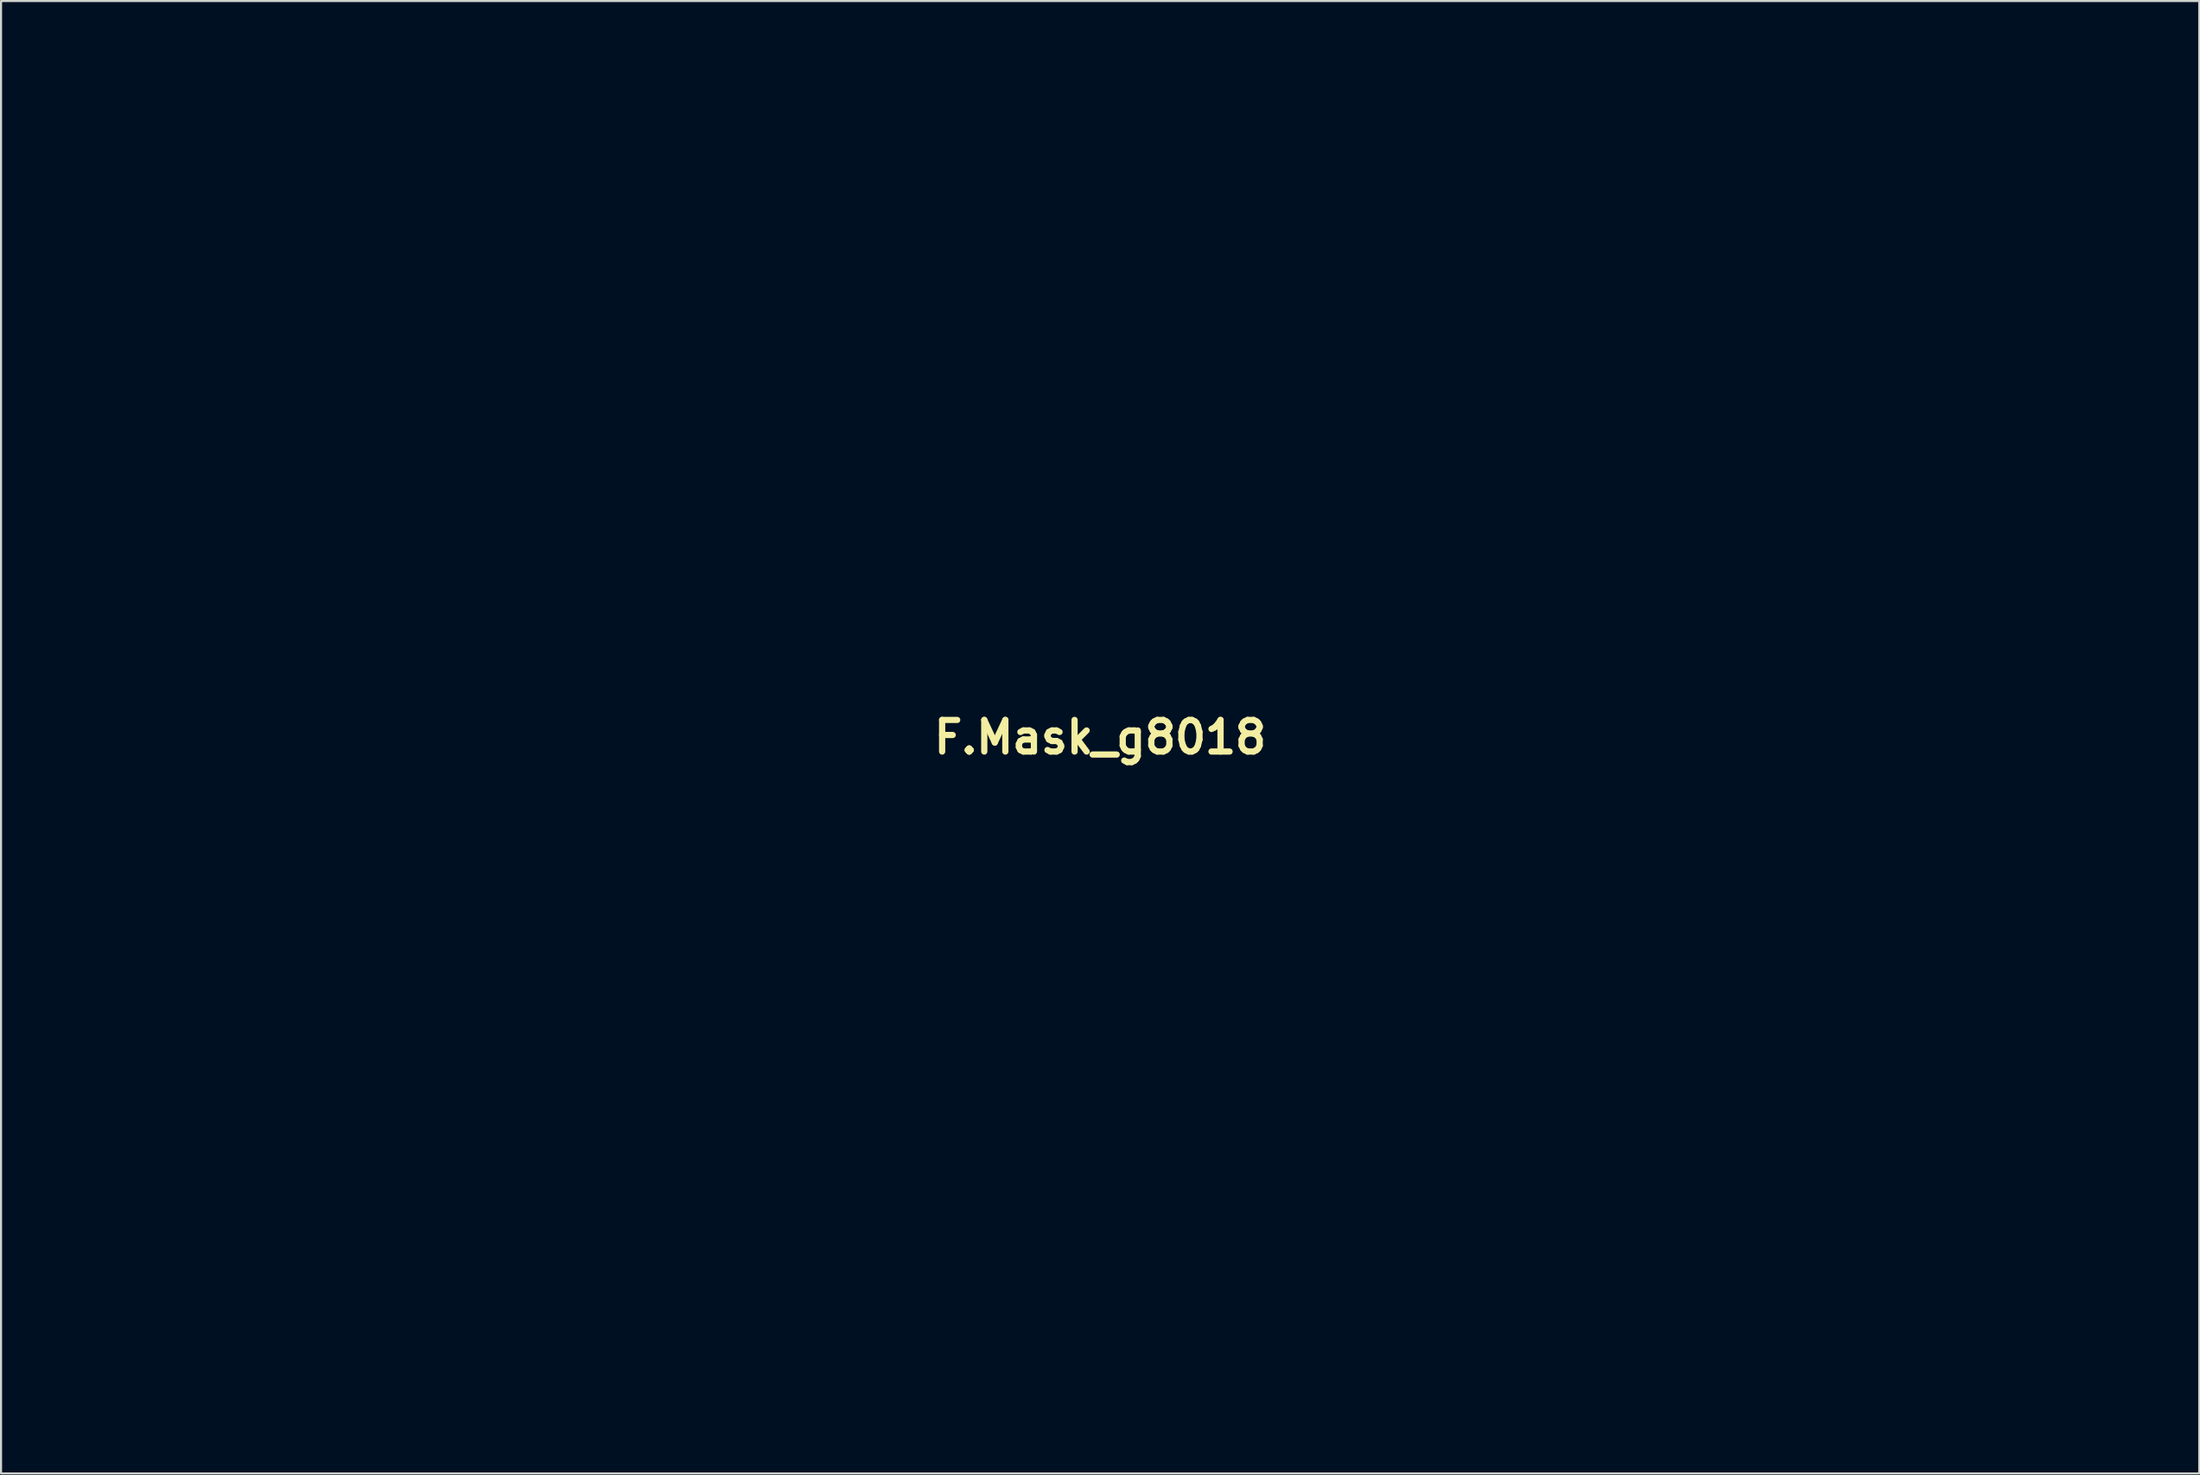
<source format=kicad_pcb>
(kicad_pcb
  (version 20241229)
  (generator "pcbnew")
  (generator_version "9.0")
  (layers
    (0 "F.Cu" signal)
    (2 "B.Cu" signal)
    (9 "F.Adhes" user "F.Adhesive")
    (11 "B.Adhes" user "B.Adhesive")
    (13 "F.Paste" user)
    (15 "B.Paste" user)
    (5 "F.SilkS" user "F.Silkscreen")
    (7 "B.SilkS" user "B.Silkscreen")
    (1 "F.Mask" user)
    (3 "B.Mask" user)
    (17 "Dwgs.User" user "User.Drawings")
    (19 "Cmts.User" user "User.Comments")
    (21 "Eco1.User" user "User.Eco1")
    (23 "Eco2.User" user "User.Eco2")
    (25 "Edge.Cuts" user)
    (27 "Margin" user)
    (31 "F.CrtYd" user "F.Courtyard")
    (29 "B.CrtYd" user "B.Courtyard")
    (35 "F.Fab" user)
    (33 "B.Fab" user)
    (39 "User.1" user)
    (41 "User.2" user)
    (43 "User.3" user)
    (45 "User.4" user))
  (footprint "F.Mask_g8018"
    (layer "F.Cu")
    (at 50.005 32.504)
    (property "Reference" "F.Mask_g8018" (at 0 0 0) (layer "F.SilkS") (effects (font (size 1.524 1.524) (thickness 0.3))))
    (attr through_hole)
    (fp_poly (pts (xy -0.815 27.753) (xy -0.81 27.77) (xy -0.826 27.785) (xy -0.844 27.793) (xy -0.85 27.783) (xy -0.851 27.769) (xy -0.846 27.742) (xy -0.831 27.739) (xy -0.815 27.753)) (stroke (width 0.01) (type solid)) (fill yes) (layer "F.Mask"))
    (fp_poly (pts (xy 19.455 -29.485) (xy 19.456 -29.477) (xy 19.445 -29.468) (xy 19.421 -29.465) (xy 19.399 -29.466) (xy 19.4 -29.471) (xy 19.412 -29.477) (xy 19.442 -29.487) (xy 19.455 -29.485)) (stroke (width 0.01) (type solid)) (fill yes) (layer "F.Mask"))
    (fp_poly (pts (xy 19.888 -28.398) (xy 19.897 -28.389) (xy 19.898 -28.388) (xy 19.907 -28.37) (xy 19.896 -28.36) (xy 19.886 -28.357) (xy 19.86 -28.353) (xy 19.816 -28.35) (xy 19.764 -28.348) (xy 19.748 -28.348) (xy 19.641 -28.348) (xy 19.761 -28.379) (xy 19.817 -28.393) (xy 19.853 -28.401) (xy 19.875 -28.402) (xy 19.888 -28.398)) (stroke (width 0.01) (type solid)) (fill yes) (layer "F.Mask"))
    (fp_poly (pts (xy -3.245 28.794) (xy -3.157 28.811) (xy -3.085 28.846) (xy -3.027 28.901) (xy -2.982 28.977) (xy -2.961 29.031) (xy -2.938 29.125) (xy -2.937 29.211) (xy -2.957 29.296) (xy -2.96 29.306) (xy -2.998 29.374) (xy -3.053 29.424) (xy -3.127 29.457) (xy -3.151 29.463) (xy -3.201 29.472) (xy -3.243 29.475) (xy -3.289 29.47) (xy -3.326 29.463) (xy -3.408 29.435) (xy -3.476 29.388) (xy -3.529 29.326) (xy -3.564 29.252) (xy -3.58 29.169) (xy -3.58 29.155) (xy -3.302 29.155) (xy -3.296 29.203) (xy -3.282 29.239) (xy -3.262 29.259) (xy -3.239 29.262) (xy -3.218 29.243) (xy -3.214 29.236) (xy -3.203 29.203) (xy -3.2 29.16) (xy -3.204 29.114) (xy -3.213 29.071) (xy -3.226 29.039) (xy -3.242 29.023) (xy -3.249 29.022) (xy -3.274 29.039) (xy -3.292 29.077) (xy -3.301 29.131) (xy -3.302 29.155) (xy -3.58 29.155) (xy -3.577 29.081) (xy -3.551 28.99) (xy -3.546 28.978) (xy -3.5 28.898) (xy -3.441 28.841) (xy -3.371 28.806) (xy -3.288 28.793) (xy -3.245 28.794)) (stroke (width 0.01) (type solid)) (fill yes) (layer "F.Mask"))
    (fp_poly (pts (xy 21.355 -29.397) (xy 21.415 -29.393) (xy 21.461 -29.384) (xy 21.498 -29.37) (xy 21.528 -29.345) (xy 21.558 -29.308) (xy 21.589 -29.254) (xy 21.626 -29.18) (xy 21.631 -29.172) (xy 21.656 -29.119) (xy 21.688 -29.052) (xy 21.724 -28.975) (xy 21.763 -28.89) (xy 21.803 -28.801) (xy 21.844 -28.712) (xy 21.882 -28.627) (xy 21.917 -28.548) (xy 21.947 -28.48) (xy 21.97 -28.425) (xy 21.985 -28.388) (xy 21.989 -28.375) (xy 21.993 -28.362) (xy 21.989 -28.354) (xy 21.975 -28.349) (xy 21.946 -28.347) (xy 21.898 -28.347) (xy 21.873 -28.347) (xy 21.817 -28.348) (xy 21.769 -28.352) (xy 21.736 -28.357) (xy 21.726 -28.36) (xy 21.71 -28.377) (xy 21.688 -28.411) (xy 21.663 -28.455) (xy 21.655 -28.471) (xy 21.625 -28.531) (xy 21.591 -28.604) (xy 21.552 -28.686) (xy 21.511 -28.776) (xy 21.469 -28.869) (xy 21.427 -28.963) (xy 21.386 -29.056) (xy 21.348 -29.142) (xy 21.314 -29.221) (xy 21.286 -29.288) (xy 21.264 -29.341) (xy 21.251 -29.376) (xy 21.247 -29.391) (xy 21.26 -29.397) (xy 21.297 -29.4) (xy 21.355 -29.397)) (stroke (width 0.01) (type solid)) (fill yes) (layer "F.Mask"))
    (fp_poly (pts (xy -2.551 28.785) (xy -2.504 28.787) (xy -2.469 28.793) (xy -2.44 28.801) (xy -2.41 28.815) (xy -2.407 28.816) (xy -2.338 28.863) (xy -2.291 28.92) (xy -2.266 28.988) (xy -2.264 29.006) (xy -2.266 29.079) (xy -2.289 29.139) (xy -2.334 29.186) (xy -2.401 29.222) (xy -2.471 29.242) (xy -2.568 29.264) (xy -2.562 29.316) (xy -2.562 29.377) (xy -2.578 29.42) (xy -2.611 29.448) (xy -2.665 29.462) (xy -2.713 29.464) (xy -2.759 29.461) (xy -2.789 29.452) (xy -2.811 29.435) (xy -2.834 29.397) (xy -2.852 29.337) (xy -2.863 29.256) (xy -2.869 29.156) (xy -2.868 29.05) (xy -2.866 29.02) (xy -2.6 29.02) (xy -2.597 29.056) (xy -2.597 29.059) (xy -2.588 29.098) (xy -2.551 29.063) (xy -2.528 29.033) (xy -2.515 29.004) (xy -2.515 28.999) (xy -2.526 28.97) (xy -2.552 28.949) (xy -2.576 28.943) (xy -2.588 28.955) (xy -2.597 28.983) (xy -2.6 29.02) (xy -2.866 29.02) (xy -2.864 28.961) (xy -2.855 28.895) (xy -2.84 28.847) (xy -2.814 28.816) (xy -2.775 28.797) (xy -2.721 28.788) (xy -2.647 28.785) (xy -2.617 28.785) (xy -2.551 28.785)) (stroke (width 0.01) (type solid)) (fill yes) (layer "F.Mask"))
    (fp_poly (pts (xy -4.997 -29.809) (xy -4.976 -29.78) (xy -4.946 -29.735) (xy -4.908 -29.677) (xy -4.864 -29.609) (xy -4.815 -29.533) (xy -4.764 -29.453) (xy -4.712 -29.371) (xy -4.661 -29.291) (xy -4.612 -29.214) (xy -4.568 -29.144) (xy -4.531 -29.083) (xy -4.502 -29.035) (xy -4.498 -29.029) (xy -4.431 -28.915) (xy -4.505 -28.818) (xy -4.547 -28.764) (xy -4.597 -28.702) (xy -4.658 -28.628) (xy -4.731 -28.543) (xy -4.817 -28.443) (xy -4.917 -28.327) (xy -4.989 -28.245) (xy -5.056 -28.168) (xy -5.108 -28.109) (xy -5.147 -28.065) (xy -5.174 -28.035) (xy -5.192 -28.017) (xy -5.202 -28.01) (xy -5.206 -28.012) (xy -5.206 -28.021) (xy -5.204 -28.036) (xy -5.202 -28.048) (xy -5.198 -28.076) (xy -5.192 -28.126) (xy -5.184 -28.196) (xy -5.174 -28.283) (xy -5.163 -28.384) (xy -5.151 -28.496) (xy -5.137 -28.617) (xy -5.123 -28.744) (xy -5.109 -28.873) (xy -5.095 -29.003) (xy -5.082 -29.129) (xy -5.069 -29.251) (xy -5.056 -29.364) (xy -5.046 -29.466) (xy -5.036 -29.555) (xy -5.029 -29.626) (xy -5.024 -29.679) (xy -5.021 -29.708) (xy -5.017 -29.758) (xy -5.012 -29.796) (xy -5.007 -29.817) (xy -5.005 -29.819) (xy -4.997 -29.809)) (stroke (width 0.01) (type solid)) (fill yes) (layer "F.Mask"))
    (fp_poly (pts (xy -0.57 29.878) (xy -0.478 29.905) (xy -0.395 29.949) (xy -0.334 30.001) (xy -0.295 30.055) (xy -0.261 30.127) (xy -0.232 30.207) (xy -0.213 30.289) (xy -0.206 30.362) (xy -0.207 30.385) (xy -0.224 30.489) (xy -0.255 30.573) (xy -0.301 30.64) (xy -0.364 30.691) (xy -0.405 30.713) (xy -0.459 30.729) (xy -0.529 30.74) (xy -0.605 30.744) (xy -0.678 30.741) (xy -0.737 30.73) (xy -0.834 30.691) (xy -0.914 30.634) (xy -0.975 30.562) (xy -1.017 30.477) (xy -1.038 30.381) (xy -1.038 30.375) (xy -0.685 30.375) (xy -0.68 30.411) (xy -0.668 30.435) (xy -0.641 30.46) (xy -0.61 30.469) (xy -0.581 30.461) (xy -0.564 30.439) (xy -0.557 30.4) (xy -0.555 30.346) (xy -0.558 30.288) (xy -0.564 30.236) (xy -0.571 30.209) (xy -0.589 30.174) (xy -0.609 30.162) (xy -0.631 30.17) (xy -0.651 30.197) (xy -0.668 30.241) (xy -0.68 30.298) (xy -0.683 30.323) (xy -0.685 30.375) (xy -1.038 30.375) (xy -1.037 30.276) (xy -1.022 30.194) (xy -0.986 30.095) (xy -0.935 30.011) (xy -0.871 29.945) (xy -0.796 29.898) (xy -0.754 29.883) (xy -0.664 29.87) (xy -0.57 29.878)) (stroke (width 0.01) (type solid)) (fill yes) (layer "F.Mask"))
    (fp_poly (pts (xy 0.432 28.811) (xy 0.505 28.847) (xy 0.546 28.878) (xy 0.574 28.91) (xy 0.597 28.949) (xy 0.618 29.002) (xy 0.627 29.03) (xy 0.646 29.093) (xy 0.656 29.141) (xy 0.658 29.182) (xy 0.653 29.224) (xy 0.64 29.275) (xy 0.639 29.277) (xy 0.608 29.352) (xy 0.56 29.408) (xy 0.494 29.447) (xy 0.411 29.467) (xy 0.389 29.47) (xy 0.338 29.471) (xy 0.287 29.467) (xy 0.271 29.464) (xy 0.184 29.435) (xy 0.11 29.387) (xy 0.055 29.323) (xy 0.03 29.277) (xy 0.018 29.231) (xy 0.014 29.171) (xy 0.014 29.149) (xy 0.287 29.149) (xy 0.288 29.193) (xy 0.296 29.228) (xy 0.303 29.24) (xy 0.329 29.257) (xy 0.357 29.259) (xy 0.376 29.246) (xy 0.382 29.222) (xy 0.384 29.182) (xy 0.383 29.135) (xy 0.379 29.09) (xy 0.373 29.056) (xy 0.369 29.046) (xy 0.351 29.025) (xy 0.338 29.02) (xy 0.319 29.031) (xy 0.303 29.061) (xy 0.292 29.103) (xy 0.287 29.149) (xy 0.014 29.149) (xy 0.015 29.104) (xy 0.023 29.042) (xy 0.032 29.004) (xy 0.063 28.941) (xy 0.109 28.882) (xy 0.162 28.835) (xy 0.196 28.815) (xy 0.27 28.794) (xy 0.351 28.793) (xy 0.432 28.811)) (stroke (width 0.01) (type solid)) (fill yes) (layer "F.Mask"))
    (fp_poly (pts (xy -1.81 28.791) (xy -1.781 28.806) (xy -1.768 28.829) (xy -1.771 28.861) (xy -1.79 28.89) (xy -1.826 28.914) (xy -1.872 28.928) (xy -1.898 28.931) (xy -1.92 28.934) (xy -1.929 28.95) (xy -1.93 28.973) (xy -1.928 29.007) (xy -1.918 29.022) (xy -1.894 29.022) (xy -1.869 29.016) (xy -1.817 29.011) (xy -1.776 29.024) (xy -1.749 29.053) (xy -1.742 29.078) (xy -1.75 29.118) (xy -1.778 29.15) (xy -1.821 29.168) (xy -1.855 29.172) (xy -1.887 29.175) (xy -1.904 29.186) (xy -1.91 29.204) (xy -1.914 29.237) (xy -1.9 29.255) (xy -1.867 29.261) (xy -1.86 29.261) (xy -1.819 29.269) (xy -1.785 29.291) (xy -1.767 29.321) (xy -1.765 29.332) (xy -1.775 29.357) (xy -1.802 29.389) (xy -1.838 29.421) (xy -1.877 29.447) (xy -1.912 29.463) (xy -1.984 29.475) (xy -2.055 29.473) (xy -2.114 29.458) (xy -2.12 29.454) (xy -2.16 29.429) (xy -2.187 29.398) (xy -2.206 29.355) (xy -2.218 29.294) (xy -2.222 29.257) (xy -2.227 29.183) (xy -2.226 29.103) (xy -2.221 29.022) (xy -2.212 28.949) (xy -2.199 28.889) (xy -2.187 28.854) (xy -2.165 28.81) (xy -2.019 28.794) (xy -1.928 28.785) (xy -1.858 28.784) (xy -1.81 28.791)) (stroke (width 0.01) (type solid)) (fill yes) (layer "F.Mask"))
    (fp_poly (pts (xy 1.298 28.794) (xy 1.345 28.825) (xy 1.367 28.849) (xy 1.382 28.871) (xy 1.392 28.89) (xy 1.396 28.915) (xy 1.397 28.95) (xy 1.394 29.003) (xy 1.393 29.017) (xy 1.384 29.105) (xy 1.367 29.191) (xy 1.344 29.271) (xy 1.318 29.338) (xy 1.289 29.386) (xy 1.287 29.388) (xy 1.231 29.435) (xy 1.16 29.465) (xy 1.079 29.478) (xy 0.99 29.472) (xy 0.917 29.453) (xy 0.846 29.42) (xy 0.793 29.376) (xy 0.758 29.318) (xy 0.738 29.242) (xy 0.732 29.153) (xy 0.736 29.046) (xy 0.749 28.959) (xy 0.77 28.892) (xy 0.8 28.848) (xy 0.8 28.848) (xy 0.842 28.821) (xy 0.889 28.808) (xy 0.937 28.809) (xy 0.979 28.823) (xy 1.009 28.848) (xy 1.019 28.872) (xy 1.019 28.898) (xy 1.016 28.941) (xy 1.009 28.996) (xy 1.003 29.033) (xy 0.991 29.106) (xy 0.988 29.159) (xy 0.992 29.193) (xy 1.006 29.213) (xy 1.03 29.221) (xy 1.049 29.223) (xy 1.074 29.218) (xy 1.092 29.201) (xy 1.104 29.17) (xy 1.113 29.119) (xy 1.118 29.053) (xy 1.126 28.967) (xy 1.135 28.902) (xy 1.147 28.855) (xy 1.164 28.823) (xy 1.186 28.802) (xy 1.196 28.796) (xy 1.246 28.783) (xy 1.298 28.794)) (stroke (width 0.01) (type solid)) (fill yes) (layer "F.Mask"))
    (fp_poly (pts (xy 3.232 28.791) (xy 3.261 28.806) (xy 3.274 28.829) (xy 3.271 28.861) (xy 3.252 28.89) (xy 3.216 28.914) (xy 3.17 28.928) (xy 3.144 28.931) (xy 3.122 28.934) (xy 3.113 28.95) (xy 3.111 28.973) (xy 3.113 29.007) (xy 3.123 29.022) (xy 3.148 29.022) (xy 3.173 29.016) (xy 3.225 29.011) (xy 3.266 29.024) (xy 3.293 29.053) (xy 3.3 29.078) (xy 3.292 29.118) (xy 3.264 29.15) (xy 3.221 29.168) (xy 3.187 29.172) (xy 3.155 29.175) (xy 3.138 29.186) (xy 3.132 29.204) (xy 3.128 29.237) (xy 3.142 29.255) (xy 3.175 29.261) (xy 3.182 29.261) (xy 3.223 29.269) (xy 3.257 29.291) (xy 3.275 29.321) (xy 3.277 29.332) (xy 3.266 29.357) (xy 3.24 29.389) (xy 3.204 29.421) (xy 3.165 29.447) (xy 3.13 29.463) (xy 3.058 29.475) (xy 2.987 29.473) (xy 2.928 29.458) (xy 2.922 29.454) (xy 2.882 29.429) (xy 2.855 29.398) (xy 2.836 29.355) (xy 2.824 29.294) (xy 2.82 29.257) (xy 2.815 29.183) (xy 2.816 29.103) (xy 2.821 29.022) (xy 2.83 28.949) (xy 2.843 28.889) (xy 2.855 28.854) (xy 2.877 28.81) (xy 3.023 28.794) (xy 3.114 28.785) (xy 3.183 28.784) (xy 3.232 28.791)) (stroke (width 0.01) (type solid)) (fill yes) (layer "F.Mask"))
    (fp_poly (pts (xy 2.553 28.788) (xy 2.625 28.817) (xy 2.682 28.864) (xy 2.683 28.866) (xy 2.71 28.912) (xy 2.716 28.96) (xy 2.705 29.003) (xy 2.678 29.037) (xy 2.637 29.056) (xy 2.616 29.058) (xy 2.572 29.051) (xy 2.529 29.035) (xy 2.496 29.012) (xy 2.482 28.993) (xy 2.473 28.973) (xy 2.463 28.979) (xy 2.455 29.009) (xy 2.448 29.062) (xy 2.444 29.103) (xy 2.441 29.162) (xy 2.44 29.201) (xy 2.444 29.225) (xy 2.451 29.241) (xy 2.455 29.245) (xy 2.468 29.254) (xy 2.483 29.255) (xy 2.506 29.245) (xy 2.543 29.223) (xy 2.553 29.217) (xy 2.598 29.191) (xy 2.63 29.178) (xy 2.657 29.175) (xy 2.674 29.178) (xy 2.71 29.192) (xy 2.732 29.212) (xy 2.74 29.248) (xy 2.739 29.296) (xy 2.729 29.345) (xy 2.712 29.382) (xy 2.676 29.417) (xy 2.622 29.444) (xy 2.555 29.462) (xy 2.483 29.469) (xy 2.41 29.465) (xy 2.4 29.463) (xy 2.325 29.435) (xy 2.26 29.387) (xy 2.21 29.318) (xy 2.207 29.313) (xy 2.188 29.271) (xy 2.177 29.233) (xy 2.172 29.187) (xy 2.172 29.147) (xy 2.179 29.036) (xy 2.203 28.945) (xy 2.242 28.874) (xy 2.297 28.822) (xy 2.368 28.791) (xy 2.454 28.779) (xy 2.464 28.779) (xy 2.553 28.788)) (stroke (width 0.01) (type solid)) (fill yes) (layer "F.Mask"))
    (fp_poly (pts (xy 1.544 29.868) (xy 1.602 29.898) (xy 1.635 29.927) (xy 1.689 29.981) (xy 1.689 30.109) (xy 1.682 30.239) (xy 1.663 30.363) (xy 1.633 30.477) (xy 1.592 30.575) (xy 1.565 30.622) (xy 1.51 30.684) (xy 1.438 30.727) (xy 1.35 30.75) (xy 1.246 30.755) (xy 1.156 30.745) (xy 1.057 30.718) (xy 0.975 30.675) (xy 0.911 30.615) (xy 0.867 30.539) (xy 0.855 30.506) (xy 0.846 30.456) (xy 0.841 30.388) (xy 0.84 30.31) (xy 0.843 30.228) (xy 0.85 30.149) (xy 0.859 30.081) (xy 0.869 30.04) (xy 0.899 29.978) (xy 0.943 29.931) (xy 0.998 29.899) (xy 1.057 29.886) (xy 1.116 29.893) (xy 1.171 29.921) (xy 1.172 29.921) (xy 1.193 29.942) (xy 1.206 29.967) (xy 1.211 30.001) (xy 1.209 30.048) (xy 1.199 30.114) (xy 1.194 30.144) (xy 1.178 30.238) (xy 1.17 30.31) (xy 1.169 30.362) (xy 1.176 30.396) (xy 1.191 30.415) (xy 1.193 30.416) (xy 1.239 30.43) (xy 1.278 30.42) (xy 1.306 30.391) (xy 1.318 30.366) (xy 1.326 30.332) (xy 1.332 30.283) (xy 1.336 30.214) (xy 1.337 30.197) (xy 1.344 30.093) (xy 1.357 30.012) (xy 1.375 29.951) (xy 1.4 29.907) (xy 1.431 29.88) (xy 1.432 29.879) (xy 1.487 29.861) (xy 1.544 29.868)) (stroke (width 0.01) (type solid)) (fill yes) (layer "F.Mask"))
    (fp_poly (pts (xy 2.278 29.874) (xy 2.367 29.888) (xy 2.445 29.911) (xy 2.507 29.94) (xy 2.527 29.954) (xy 2.553 29.982) (xy 2.564 30.013) (xy 2.565 30.041) (xy 2.562 30.084) (xy 2.549 30.113) (xy 2.523 30.133) (xy 2.479 30.148) (xy 2.433 30.157) (xy 2.385 30.166) (xy 2.348 30.174) (xy 2.328 30.18) (xy 2.326 30.181) (xy 2.325 30.196) (xy 2.328 30.231) (xy 2.333 30.281) (xy 2.34 30.341) (xy 2.342 30.356) (xy 2.353 30.465) (xy 2.353 30.552) (xy 2.343 30.622) (xy 2.321 30.677) (xy 2.288 30.719) (xy 2.274 30.73) (xy 2.245 30.742) (xy 2.2 30.746) (xy 2.148 30.744) (xy 2.1 30.735) (xy 2.071 30.724) (xy 2.036 30.703) (xy 2.01 30.676) (xy 1.994 30.64) (xy 1.985 30.59) (xy 1.981 30.522) (xy 1.98 30.464) (xy 1.981 30.383) (xy 1.984 30.32) (xy 1.988 30.269) (xy 1.995 30.222) (xy 2.001 30.191) (xy 2.001 30.17) (xy 1.985 30.163) (xy 1.974 30.163) (xy 1.942 30.159) (xy 1.899 30.152) (xy 1.885 30.148) (xy 1.833 30.126) (xy 1.794 30.092) (xy 1.771 30.05) (xy 1.765 30.007) (xy 1.78 29.966) (xy 1.794 29.949) (xy 1.844 29.917) (xy 1.913 29.893) (xy 1.995 29.877) (xy 2.087 29.868) (xy 2.183 29.867) (xy 2.278 29.874)) (stroke (width 0.01) (type solid)) (fill yes) (layer "F.Mask"))
    (fp_poly (pts (xy -2.38 29.873) (xy -2.313 29.879) (xy -2.26 29.891) (xy -2.209 29.911) (xy -2.204 29.914) (xy -2.136 29.953) (xy -2.084 29.999) (xy -2.043 30.058) (xy -2.008 30.136) (xy -2.007 30.137) (xy -1.973 30.247) (xy -1.959 30.347) (xy -1.964 30.441) (xy -1.974 30.487) (xy -2.008 30.575) (xy -2.056 30.644) (xy -2.119 30.694) (xy -2.2 30.726) (xy -2.298 30.741) (xy -2.323 30.742) (xy -2.38 30.742) (xy -2.433 30.74) (xy -2.473 30.735) (xy -2.48 30.734) (xy -2.573 30.698) (xy -2.655 30.641) (xy -2.722 30.567) (xy -2.757 30.508) (xy -2.773 30.469) (xy -2.782 30.426) (xy -2.786 30.371) (xy -2.787 30.342) (xy -2.435 30.342) (xy -2.434 30.362) (xy -2.426 30.417) (xy -2.409 30.45) (xy -2.381 30.465) (xy -2.361 30.467) (xy -2.337 30.464) (xy -2.323 30.45) (xy -2.312 30.419) (xy -2.311 30.414) (xy -2.303 30.35) (xy -2.308 30.276) (xy -2.325 30.203) (xy -2.326 30.201) (xy -2.343 30.172) (xy -2.362 30.164) (xy -2.383 30.175) (xy -2.403 30.201) (xy -2.42 30.24) (xy -2.431 30.288) (xy -2.435 30.342) (xy -2.787 30.342) (xy -2.787 30.34) (xy -2.778 30.223) (xy -2.75 30.119) (xy -2.703 30.031) (xy -2.638 29.959) (xy -2.565 29.911) (xy -2.522 29.889) (xy -2.488 29.877) (xy -2.455 29.872) (xy -2.411 29.872) (xy -2.38 29.873)) (stroke (width 0.01) (type solid)) (fill yes) (layer "F.Mask"))
    (fp_poly (pts (xy -0.261 28.781) (xy -0.209 28.793) (xy -0.167 28.814) (xy -0.13 28.845) (xy -0.1 28.878) (xy -0.091 28.905) (xy -0.103 28.931) (xy -0.126 28.957) (xy -0.165 28.985) (xy -0.204 28.994) (xy -0.236 28.982) (xy -0.244 28.975) (xy -0.272 28.943) (xy -0.29 28.927) (xy -0.304 28.924) (xy -0.311 28.926) (xy -0.332 28.946) (xy -0.338 28.976) (xy -0.336 28.985) (xy -0.323 28.998) (xy -0.293 29.02) (xy -0.252 29.047) (xy -0.233 29.058) (xy -0.165 29.101) (xy -0.116 29.139) (xy -0.085 29.177) (xy -0.069 29.217) (xy -0.064 29.263) (xy -0.064 29.269) (xy -0.065 29.313) (xy -0.073 29.342) (xy -0.092 29.367) (xy -0.105 29.381) (xy -0.155 29.418) (xy -0.22 29.448) (xy -0.29 29.469) (xy -0.353 29.476) (xy -0.403 29.471) (xy -0.458 29.461) (xy -0.476 29.456) (xy -0.535 29.431) (xy -0.578 29.396) (xy -0.603 29.355) (xy -0.607 29.321) (xy -0.598 29.286) (xy -0.577 29.268) (xy -0.542 29.266) (xy -0.49 29.28) (xy -0.442 29.294) (xy -0.411 29.296) (xy -0.397 29.291) (xy -0.376 29.273) (xy -0.377 29.255) (xy -0.399 29.235) (xy -0.434 29.216) (xy -0.512 29.169) (xy -0.566 29.118) (xy -0.598 29.061) (xy -0.61 28.995) (xy -0.61 28.99) (xy -0.598 28.927) (xy -0.565 28.873) (xy -0.507 28.827) (xy -0.484 28.814) (xy -0.437 28.792) (xy -0.393 28.782) (xy -0.338 28.778) (xy -0.33 28.778) (xy -0.261 28.781)) (stroke (width 0.01) (type solid)) (fill yes) (layer "F.Mask"))
    (fp_poly (pts (xy -5.874 -30.148) (xy -5.807 -30.147) (xy -5.73 -30.144) (xy -5.71 -30.144) (xy -5.45 -30.134) (xy -5.457 -30.069) (xy -5.459 -30.045) (xy -5.465 -29.999) (xy -5.473 -29.932) (xy -5.484 -29.846) (xy -5.496 -29.744) (xy -5.51 -29.629) (xy -5.526 -29.501) (xy -5.543 -29.364) (xy -5.56 -29.221) (xy -5.57 -29.146) (xy -5.589 -28.992) (xy -5.608 -28.838) (xy -5.626 -28.686) (xy -5.644 -28.541) (xy -5.661 -28.405) (xy -5.676 -28.281) (xy -5.689 -28.173) (xy -5.7 -28.083) (xy -5.709 -28.014) (xy -5.71 -28.002) (xy -5.744 -27.715) (xy -5.897 -27.707) (xy -5.996 -27.702) (xy -6.087 -27.7) (xy -6.168 -27.699) (xy -6.233 -27.701) (xy -6.281 -27.704) (xy -6.308 -27.709) (xy -6.31 -27.71) (xy -6.321 -27.73) (xy -6.32 -27.745) (xy -6.316 -27.765) (xy -6.309 -27.807) (xy -6.3 -27.869) (xy -6.289 -27.947) (xy -6.276 -28.038) (xy -6.262 -28.14) (xy -6.247 -28.249) (xy -6.231 -28.362) (xy -6.216 -28.477) (xy -6.201 -28.59) (xy -6.187 -28.699) (xy -6.174 -28.8) (xy -6.163 -28.891) (xy -6.16 -28.916) (xy -6.149 -29.007) (xy -6.135 -29.11) (xy -6.121 -29.221) (xy -6.105 -29.337) (xy -6.089 -29.455) (xy -6.073 -29.573) (xy -6.057 -29.686) (xy -6.042 -29.791) (xy -6.028 -29.886) (xy -6.016 -29.966) (xy -6.006 -30.03) (xy -5.999 -30.073) (xy -5.996 -30.086) (xy -5.987 -30.12) (xy -5.979 -30.143) (xy -5.977 -30.146) (xy -5.963 -30.148) (xy -5.927 -30.148) (xy -5.874 -30.148)) (stroke (width 0.01) (type solid)) (fill yes) (layer "F.Mask"))
    (fp_poly (pts (xy -1.412 29.856) (xy -1.326 29.882) (xy -1.264 29.915) (xy -1.209 29.959) (xy -1.175 30.007) (xy -1.159 30.064) (xy -1.159 30.068) (xy -1.157 30.104) (xy -1.164 30.129) (xy -1.185 30.156) (xy -1.197 30.169) (xy -1.23 30.197) (xy -1.26 30.21) (xy -1.298 30.213) (xy -1.357 30.205) (xy -1.41 30.181) (xy -1.449 30.147) (xy -1.459 30.131) (xy -1.474 30.107) (xy -1.487 30.105) (xy -1.496 30.126) (xy -1.501 30.172) (xy -1.504 30.241) (xy -1.505 30.293) (xy -1.505 30.361) (xy -1.504 30.408) (xy -1.501 30.438) (xy -1.497 30.454) (xy -1.489 30.462) (xy -1.479 30.465) (xy -1.477 30.465) (xy -1.452 30.46) (xy -1.414 30.443) (xy -1.368 30.417) (xy -1.368 30.417) (xy -1.302 30.382) (xy -1.248 30.367) (xy -1.201 30.371) (xy -1.162 30.393) (xy -1.144 30.41) (xy -1.134 30.427) (xy -1.131 30.454) (xy -1.132 30.496) (xy -1.132 30.504) (xy -1.143 30.577) (xy -1.168 30.632) (xy -1.211 30.674) (xy -1.267 30.706) (xy -1.324 30.724) (xy -1.395 30.737) (xy -1.471 30.744) (xy -1.541 30.742) (xy -1.598 30.733) (xy -1.599 30.733) (xy -1.66 30.705) (xy -1.722 30.662) (xy -1.775 30.611) (xy -1.792 30.591) (xy -1.833 30.515) (xy -1.857 30.424) (xy -1.867 30.326) (xy -1.861 30.225) (xy -1.841 30.127) (xy -1.806 30.037) (xy -1.759 29.961) (xy -1.732 29.931) (xy -1.666 29.886) (xy -1.588 29.858) (xy -1.501 29.848) (xy -1.412 29.856)) (stroke (width 0.01) (type solid)) (fill yes) (layer "F.Mask"))
    (fp_poly (pts (xy -15.277 -30.134) (xy -15.221 -30.133) (xy -15.181 -30.131) (xy -15.163 -30.128) (xy -15.162 -30.128) (xy -15.164 -30.114) (xy -15.173 -30.079) (xy -15.189 -30.024) (xy -15.211 -29.954) (xy -15.237 -29.869) (xy -15.268 -29.773) (xy -15.303 -29.669) (xy -15.322 -29.61) (xy -15.361 -29.493) (xy -15.407 -29.358) (xy -15.456 -29.208) (xy -15.509 -29.049) (xy -15.563 -28.885) (xy -15.617 -28.722) (xy -15.669 -28.564) (xy -15.716 -28.422) (xy -15.758 -28.296) (xy -15.797 -28.177) (xy -15.834 -28.067) (xy -15.867 -27.968) (xy -15.895 -27.883) (xy -15.919 -27.815) (xy -15.936 -27.764) (xy -15.947 -27.733) (xy -15.951 -27.725) (xy -15.966 -27.719) (xy -16.002 -27.714) (xy -16.053 -27.709) (xy -16.116 -27.705) (xy -16.187 -27.702) (xy -16.261 -27.7) (xy -16.333 -27.698) (xy -16.399 -27.698) (xy -16.455 -27.7) (xy -16.497 -27.702) (xy -16.52 -27.707) (xy -16.523 -27.709) (xy -16.519 -27.725) (xy -16.507 -27.761) (xy -16.489 -27.813) (xy -16.466 -27.88) (xy -16.44 -27.956) (xy -16.42 -28.013) (xy -16.393 -28.089) (xy -16.359 -28.185) (xy -16.32 -28.296) (xy -16.278 -28.417) (xy -16.233 -28.546) (xy -16.188 -28.676) (xy -16.144 -28.804) (xy -16.129 -28.848) (xy -16.068 -29.025) (xy -16.009 -29.194) (xy -15.954 -29.354) (xy -15.902 -29.503) (xy -15.854 -29.639) (xy -15.811 -29.76) (xy -15.774 -29.865) (xy -15.743 -29.951) (xy -15.719 -30.017) (xy -15.702 -30.061) (xy -15.7 -30.067) (xy -15.675 -30.131) (xy -15.423 -30.134) (xy -15.346 -30.135) (xy -15.277 -30.134)) (stroke (width 0.01) (type solid)) (fill yes) (layer "F.Mask"))
    (fp_poly (pts (xy -3.164 29.856) (xy -3.089 29.877) (xy -3.021 29.909) (xy -2.967 29.951) (xy -2.928 30.002) (xy -2.909 30.06) (xy -2.908 30.08) (xy -2.914 30.117) (xy -2.933 30.15) (xy -2.951 30.17) (xy -2.984 30.198) (xy -3.015 30.211) (xy -3.05 30.213) (xy -3.11 30.205) (xy -3.163 30.181) (xy -3.202 30.147) (xy -3.211 30.131) (xy -3.226 30.108) (xy -3.238 30.107) (xy -3.246 30.127) (xy -3.252 30.171) (xy -3.255 30.239) (xy -3.256 30.292) (xy -3.257 30.36) (xy -3.256 30.407) (xy -3.254 30.437) (xy -3.25 30.454) (xy -3.242 30.462) (xy -3.232 30.465) (xy -3.228 30.465) (xy -3.2 30.46) (xy -3.157 30.44) (xy -3.119 30.417) (xy -3.058 30.383) (xy -3.006 30.367) (xy -2.959 30.37) (xy -2.928 30.381) (xy -2.902 30.399) (xy -2.888 30.43) (xy -2.883 30.476) (xy -2.886 30.526) (xy -2.897 30.586) (xy -2.92 30.632) (xy -2.962 30.67) (xy -3.014 30.701) (xy -3.058 30.72) (xy -3.101 30.733) (xy -3.152 30.739) (xy -3.197 30.742) (xy -3.28 30.742) (xy -3.34 30.734) (xy -3.354 30.73) (xy -3.446 30.683) (xy -3.52 30.619) (xy -3.574 30.54) (xy -3.607 30.447) (xy -3.619 30.342) (xy -3.619 30.337) (xy -3.616 30.281) (xy -3.608 30.214) (xy -3.595 30.147) (xy -3.58 30.086) (xy -3.565 30.041) (xy -3.561 30.033) (xy -3.52 29.972) (xy -3.467 29.92) (xy -3.41 29.883) (xy -3.405 29.881) (xy -3.326 29.857) (xy -3.245 29.849) (xy -3.164 29.856)) (stroke (width 0.01) (type solid)) (fill yes) (layer "F.Mask"))
    (fp_poly (pts (xy -1.112 28.794) (xy -1.077 28.806) (xy -1.051 28.829) (xy -1.032 28.865) (xy -1.02 28.918) (xy -1.013 28.99) (xy -1.01 29.084) (xy -1.01 29.121) (xy -1.01 29.198) (xy -1.011 29.254) (xy -1.014 29.295) (xy -1.019 29.325) (xy -1.027 29.35) (xy -1.037 29.374) (xy -1.038 29.376) (xy -1.072 29.426) (xy -1.114 29.455) (xy -1.171 29.464) (xy -1.175 29.464) (xy -1.211 29.458) (xy -1.245 29.438) (xy -1.278 29.401) (xy -1.315 29.344) (xy -1.333 29.312) (xy -1.384 29.216) (xy -1.384 29.296) (xy -1.39 29.363) (xy -1.405 29.415) (xy -1.429 29.448) (xy -1.442 29.456) (xy -1.468 29.461) (xy -1.505 29.464) (xy -1.513 29.464) (xy -1.557 29.458) (xy -1.593 29.435) (xy -1.6 29.428) (xy -1.62 29.403) (xy -1.635 29.372) (xy -1.644 29.33) (xy -1.649 29.275) (xy -1.651 29.204) (xy -1.397 29.204) (xy -1.391 29.21) (xy -1.384 29.204) (xy -1.391 29.197) (xy -1.397 29.204) (xy -1.651 29.204) (xy -1.651 29.202) (xy -1.649 29.108) (xy -1.649 29.103) (xy -1.644 29.018) (xy -1.637 28.954) (xy -1.625 28.907) (xy -1.607 28.873) (xy -1.581 28.847) (xy -1.55 28.827) (xy -1.496 28.806) (xy -1.449 28.804) (xy -1.405 28.822) (xy -1.364 28.862) (xy -1.323 28.924) (xy -1.281 29.01) (xy -1.28 29.013) (xy -1.258 29.064) (xy -1.267 28.994) (xy -1.274 28.917) (xy -1.271 28.862) (xy -1.256 28.824) (xy -1.228 28.802) (xy -1.186 28.792) (xy -1.157 28.791) (xy -1.112 28.794)) (stroke (width 0.01) (type solid)) (fill yes) (layer "F.Mask"))
    (fp_poly (pts (xy 1.855 28.786) (xy 1.901 28.79) (xy 1.936 28.799) (xy 1.962 28.81) (xy 2.019 28.852) (xy 2.058 28.911) (xy 2.077 28.976) (xy 2.081 29.038) (xy 2.067 29.087) (xy 2.035 29.133) (xy 2.025 29.143) (xy 2 29.169) (xy 1.984 29.186) (xy 1.981 29.19) (xy 1.989 29.2) (xy 2.009 29.223) (xy 2.031 29.247) (xy 2.073 29.301) (xy 2.091 29.347) (xy 2.084 29.387) (xy 2.053 29.422) (xy 1.998 29.453) (xy 1.997 29.454) (xy 1.944 29.469) (xy 1.896 29.463) (xy 1.849 29.435) (xy 1.804 29.39) (xy 1.776 29.358) (xy 1.761 29.344) (xy 1.754 29.345) (xy 1.753 29.36) (xy 1.753 29.366) (xy 1.744 29.415) (xy 1.718 29.447) (xy 1.679 29.463) (xy 1.636 29.473) (xy 1.602 29.474) (xy 1.562 29.465) (xy 1.553 29.463) (xy 1.522 29.451) (xy 1.5 29.433) (xy 1.486 29.406) (xy 1.478 29.365) (xy 1.474 29.306) (xy 1.473 29.242) (xy 1.475 29.128) (xy 1.48 29.053) (xy 1.727 29.053) (xy 1.729 29.09) (xy 1.733 29.115) (xy 1.737 29.121) (xy 1.753 29.115) (xy 1.781 29.1) (xy 1.788 29.096) (xy 1.82 29.067) (xy 1.828 29.036) (xy 1.81 29.004) (xy 1.789 28.984) (xy 1.761 28.971) (xy 1.741 28.982) (xy 1.73 29.016) (xy 1.727 29.053) (xy 1.48 29.053) (xy 1.481 29.03) (xy 1.491 28.95) (xy 1.505 28.89) (xy 1.521 28.852) (xy 1.526 28.846) (xy 1.568 28.818) (xy 1.633 28.798) (xy 1.721 28.787) (xy 1.791 28.785) (xy 1.855 28.786)) (stroke (width 0.01) (type solid)) (fill yes) (layer "F.Mask"))
    (fp_poly (pts (xy 3.074 29.851) (xy 3.159 29.872) (xy 3.167 29.875) (xy 3.208 29.898) (xy 3.249 29.929) (xy 3.283 29.962) (xy 3.304 29.991) (xy 3.306 29.997) (xy 3.302 30.028) (xy 3.284 30.064) (xy 3.255 30.098) (xy 3.223 30.122) (xy 3.178 30.132) (xy 3.133 30.123) (xy 3.099 30.098) (xy 3.089 30.082) (xy 3.065 30.056) (xy 3.036 30.048) (xy 3.008 30.06) (xy 2.997 30.074) (xy 2.99 30.097) (xy 2.997 30.12) (xy 3.019 30.145) (xy 3.061 30.175) (xy 3.123 30.212) (xy 3.208 30.266) (xy 3.27 30.316) (xy 3.313 30.366) (xy 3.338 30.418) (xy 3.347 30.458) (xy 3.346 30.531) (xy 3.324 30.593) (xy 3.278 30.645) (xy 3.26 30.659) (xy 3.167 30.711) (xy 3.063 30.743) (xy 2.955 30.752) (xy 2.861 30.741) (xy 2.784 30.718) (xy 2.721 30.688) (xy 2.676 30.653) (xy 2.659 30.63) (xy 2.644 30.582) (xy 2.644 30.535) (xy 2.658 30.496) (xy 2.667 30.487) (xy 2.682 30.475) (xy 2.697 30.471) (xy 2.721 30.475) (xy 2.759 30.488) (xy 2.767 30.491) (xy 2.836 30.512) (xy 2.889 30.518) (xy 2.926 30.51) (xy 2.946 30.495) (xy 2.941 30.474) (xy 2.913 30.447) (xy 2.862 30.417) (xy 2.861 30.416) (xy 2.794 30.378) (xy 2.744 30.343) (xy 2.707 30.307) (xy 2.676 30.263) (xy 2.671 30.255) (xy 2.642 30.183) (xy 2.636 30.111) (xy 2.654 30.042) (xy 2.674 30.007) (xy 2.732 29.946) (xy 2.806 29.899) (xy 2.892 29.866) (xy 2.983 29.85) (xy 3.074 29.851)) (stroke (width 0.01) (type solid)) (fill yes) (layer "F.Mask"))
    (fp_poly (pts (xy 0.568 29.867) (xy 0.623 29.884) (xy 0.667 29.917) (xy 0.69 29.949) (xy 0.699 29.979) (xy 0.708 30.028) (xy 0.717 30.089) (xy 0.724 30.156) (xy 0.733 30.303) (xy 0.73 30.429) (xy 0.715 30.534) (xy 0.689 30.618) (xy 0.652 30.68) (xy 0.641 30.692) (xy 0.614 30.717) (xy 0.588 30.729) (xy 0.553 30.734) (xy 0.527 30.734) (xy 0.483 30.732) (xy 0.447 30.726) (xy 0.433 30.722) (xy 0.408 30.7) (xy 0.376 30.656) (xy 0.339 30.595) (xy 0.297 30.517) (xy 0.283 30.488) (xy 0.233 30.388) (xy 0.239 30.501) (xy 0.239 30.581) (xy 0.231 30.64) (xy 0.213 30.683) (xy 0.184 30.712) (xy 0.162 30.725) (xy 0.106 30.744) (xy 0.053 30.741) (xy 0.019 30.729) (xy -0.02 30.707) (xy -0.05 30.68) (xy -0.071 30.642) (xy -0.086 30.591) (xy -0.096 30.524) (xy -0.1 30.437) (xy -0.101 30.365) (xy -0.1 30.252) (xy -0.095 30.16) (xy -0.086 30.088) (xy -0.072 30.032) (xy -0.051 29.988) (xy -0.024 29.954) (xy 0.012 29.926) (xy 0.018 29.922) (xy 0.071 29.901) (xy 0.131 29.894) (xy 0.189 29.902) (xy 0.235 29.925) (xy 0.239 29.927) (xy 0.264 29.956) (xy 0.296 30.003) (xy 0.329 30.06) (xy 0.361 30.122) (xy 0.387 30.183) (xy 0.388 30.185) (xy 0.399 30.212) (xy 0.403 30.217) (xy 0.401 30.2) (xy 0.4 30.194) (xy 0.396 30.164) (xy 0.391 30.117) (xy 0.387 30.062) (xy 0.386 30.051) (xy 0.382 29.999) (xy 0.382 29.965) (xy 0.387 29.943) (xy 0.397 29.926) (xy 0.407 29.914) (xy 0.454 29.881) (xy 0.509 29.865) (xy 0.568 29.867)) (stroke (width 0.01) (type solid)) (fill yes) (layer "F.Mask"))
    (fp_poly (pts (xy -0.117 -30.137) (xy 0.058 -30.137) (xy 0.228 -30.137) (xy 0.388 -30.136) (xy 0.538 -30.136) (xy 0.676 -30.135) (xy 0.8 -30.134) (xy 0.909 -30.133) (xy 1 -30.132) (xy 1.071 -30.131) (xy 1.122 -30.13) (xy 1.149 -30.129) (xy 1.154 -30.129) (xy 1.169 -30.123) (xy 1.178 -30.113) (xy 1.181 -30.092) (xy 1.18 -30.055) (xy 1.178 -30.027) (xy 1.174 -29.981) (xy 1.17 -29.945) (xy 1.166 -29.927) (xy 1.165 -29.926) (xy 1.152 -29.925) (xy 1.116 -29.922) (xy 1.062 -29.92) (xy 0.993 -29.917) (xy 0.913 -29.914) (xy 0.824 -29.91) (xy 0.73 -29.907) (xy 0.636 -29.904) (xy 0.543 -29.902) (xy 0.457 -29.899) (xy 0.379 -29.898) (xy 0.314 -29.897) (xy 0.291 -29.896) (xy 0.219 -29.896) (xy 0.21 -29.023) (xy 0.208 -28.869) (xy 0.206 -28.717) (xy 0.204 -28.57) (xy 0.202 -28.43) (xy 0.2 -28.301) (xy 0.198 -28.184) (xy 0.196 -28.084) (xy 0.194 -28.003) (xy 0.193 -27.943) (xy 0.192 -27.927) (xy 0.184 -27.705) (xy -0.057 -27.704) (xy -0.136 -27.704) (xy -0.209 -27.704) (xy -0.271 -27.705) (xy -0.317 -27.706) (xy -0.341 -27.708) (xy -0.384 -27.713) (xy -0.376 -28.281) (xy -0.373 -28.418) (xy -0.371 -28.565) (xy -0.368 -28.715) (xy -0.365 -28.862) (xy -0.362 -29.002) (xy -0.358 -29.129) (xy -0.356 -29.236) (xy -0.355 -29.248) (xy -0.352 -29.371) (xy -0.35 -29.472) (xy -0.349 -29.555) (xy -0.35 -29.623) (xy -0.353 -29.68) (xy -0.358 -29.729) (xy -0.365 -29.773) (xy -0.374 -29.817) (xy -0.381 -29.848) (xy -0.397 -29.909) (xy -0.59 -29.909) (xy -0.664 -29.909) (xy -0.756 -29.91) (xy -0.858 -29.912) (xy -0.962 -29.914) (xy -1.061 -29.917) (xy -1.071 -29.917) (xy -1.359 -29.925) (xy -1.359 -30.137) (xy -0.117 -30.137)) (stroke (width 0.01) (type solid)) (fill yes) (layer "F.Mask"))
    (fp_poly (pts (xy -13.324 -30.137) (xy -13.156 -30.137) (xy -12.992 -30.137) (xy -12.833 -30.136) (xy -12.681 -30.136) (xy -12.54 -30.135) (xy -12.411 -30.134) (xy -12.297 -30.133) (xy -12.201 -30.132) (xy -12.124 -30.13) (xy -12.069 -30.129) (xy -12.057 -30.129) (xy -11.84 -30.121) (xy -11.851 -30.075) (xy -11.86 -30.044) (xy -11.872 -30.005) (xy -11.886 -29.966) (xy -11.897 -29.935) (xy -11.904 -29.919) (xy -11.904 -29.919) (xy -11.917 -29.918) (xy -11.952 -29.918) (xy -12.007 -29.916) (xy -12.079 -29.915) (xy -12.166 -29.913) (xy -12.264 -29.912) (xy -12.37 -29.91) (xy -12.381 -29.91) (xy -12.855 -29.902) (xy -12.885 -29.82) (xy -12.91 -29.748) (xy -12.94 -29.656) (xy -12.973 -29.551) (xy -13.007 -29.438) (xy -13.041 -29.322) (xy -13.073 -29.208) (xy -13.1 -29.108) (xy -13.126 -29.013) (xy -13.158 -28.893) (xy -13.198 -28.749) (xy -13.244 -28.582) (xy -13.298 -28.391) (xy -13.358 -28.177) (xy -13.424 -27.94) (xy -13.431 -27.917) (xy -13.45 -27.85) (xy -13.467 -27.792) (xy -13.481 -27.748) (xy -13.49 -27.721) (xy -13.492 -27.715) (xy -13.507 -27.712) (xy -13.542 -27.71) (xy -13.594 -27.708) (xy -13.657 -27.706) (xy -13.727 -27.705) (xy -13.8 -27.704) (xy -13.871 -27.703) (xy -13.935 -27.703) (xy -13.989 -27.704) (xy -14.026 -27.705) (xy -14.042 -27.707) (xy -14.059 -27.712) (xy -14.064 -27.723) (xy -14.058 -27.746) (xy -14.051 -27.766) (xy -14.044 -27.788) (xy -14.031 -27.831) (xy -14.011 -27.894) (xy -13.987 -27.973) (xy -13.958 -28.067) (xy -13.926 -28.173) (xy -13.891 -28.288) (xy -13.854 -28.411) (xy -13.816 -28.538) (xy -13.777 -28.667) (xy -13.738 -28.795) (xy -13.701 -28.92) (xy -13.665 -29.041) (xy -13.631 -29.153) (xy -13.6 -29.255) (xy -13.574 -29.344) (xy -13.552 -29.417) (xy -13.546 -29.44) (xy -13.525 -29.511) (xy -13.504 -29.586) (xy -13.483 -29.663) (xy -13.464 -29.735) (xy -13.447 -29.8) (xy -13.434 -29.852) (xy -13.426 -29.888) (xy -13.424 -29.902) (xy -13.436 -29.903) (xy -13.471 -29.905) (xy -13.525 -29.906) (xy -13.596 -29.908) (xy -13.68 -29.909) (xy -13.775 -29.91) (xy -13.846 -29.91) (xy -13.952 -29.911) (xy -14.053 -29.912) (xy -14.145 -29.913) (xy -14.226 -29.915) (xy -14.291 -29.917) (xy -14.337 -29.919) (xy -14.352 -29.92) (xy -14.435 -29.928) (xy -14.404 -30.032) (xy -14.373 -30.137) (xy -13.324 -30.137)) (stroke (width 0.01) (type solid)) (fill yes) (layer "F.Mask"))
    (fp_poly (pts (xy 7.771 -30.089) (xy 7.777 -30.063) (xy 7.787 -30.017) (xy 7.799 -29.953) (xy 7.813 -29.878) (xy 7.828 -29.794) (xy 7.836 -29.75) (xy 7.854 -29.648) (xy 7.874 -29.536) (xy 7.895 -29.424) (xy 7.914 -29.319) (xy 7.93 -29.23) (xy 7.932 -29.223) (xy 7.946 -29.143) (xy 7.959 -29.067) (xy 7.971 -28.999) (xy 7.979 -28.947) (xy 7.983 -28.917) (xy 7.991 -28.846) (xy 7.675 -28.837) (xy 7.596 -28.836) (xy 7.496 -28.834) (xy 7.379 -28.833) (xy 7.249 -28.831) (xy 7.111 -28.83) (xy 6.969 -28.83) (xy 6.828 -28.829) (xy 6.724 -28.829) (xy 6.089 -28.829) (xy 6.042 -28.797) (xy 6.026 -28.786) (xy 6.013 -28.773) (xy 6.002 -28.759) (xy 5.994 -28.739) (xy 5.988 -28.713) (xy 5.985 -28.679) (xy 5.984 -28.634) (xy 5.986 -28.577) (xy 5.991 -28.506) (xy 5.999 -28.419) (xy 6.009 -28.314) (xy 6.022 -28.189) (xy 6.037 -28.042) (xy 6.052 -27.904) (xy 6.059 -27.839) (xy 6.064 -27.784) (xy 6.068 -27.743) (xy 6.069 -27.721) (xy 6.068 -27.718) (xy 6.054 -27.716) (xy 6.019 -27.714) (xy 5.968 -27.712) (xy 5.907 -27.71) (xy 5.838 -27.708) (xy 5.768 -27.707) (xy 5.701 -27.706) (xy 5.642 -27.706) (xy 5.596 -27.706) (xy 5.567 -27.708) (xy 5.502 -27.713) (xy 5.488 -27.829) (xy 5.48 -27.895) (xy 5.472 -27.974) (xy 5.464 -28.052) (xy 5.461 -28.086) (xy 5.456 -28.136) (xy 5.449 -28.205) (xy 5.439 -28.291) (xy 5.429 -28.388) (xy 5.417 -28.49) (xy 5.405 -28.594) (xy 5.404 -28.607) (xy 5.384 -28.776) (xy 5.366 -28.945) (xy 5.347 -29.11) (xy 5.33 -29.27) (xy 5.315 -29.421) (xy 5.3 -29.561) (xy 5.288 -29.687) (xy 5.277 -29.798) (xy 5.269 -29.887) (xy 5.817 -29.887) (xy 5.818 -29.855) (xy 5.822 -29.802) (xy 5.828 -29.736) (xy 5.836 -29.66) (xy 5.844 -29.581) (xy 5.853 -29.504) (xy 5.862 -29.434) (xy 5.869 -29.376) (xy 5.874 -29.346) (xy 5.889 -29.27) (xy 5.907 -29.211) (xy 5.932 -29.16) (xy 5.959 -29.118) (xy 5.983 -29.083) (xy 6.687 -29.083) (xy 6.818 -29.083) (xy 6.942 -29.083) (xy 7.055 -29.084) (xy 7.155 -29.085) (xy 7.241 -29.085) (xy 7.309 -29.086) (xy 7.359 -29.087) (xy 7.386 -29.088) (xy 7.391 -29.089) (xy 7.389 -29.103) (xy 7.384 -29.137) (xy 7.376 -29.187) (xy 7.367 -29.246) (xy 7.366 -29.251) (xy 7.355 -29.325) (xy 7.341 -29.414) (xy 7.328 -29.506) (xy 7.316 -29.591) (xy 7.316 -29.594) (xy 7.306 -29.663) (xy 7.295 -29.726) (xy 7.286 -29.776) (xy 7.277 -29.809) (xy 7.274 -29.816) (xy 7.253 -29.845) (xy 7.22 -29.872) (xy 7.214 -29.876) (xy 7.203 -29.882) (xy 7.191 -29.887) (xy 7.176 -29.891) (xy 7.155 -29.894) (xy 7.126 -29.897) (xy 7.088 -29.899) (xy 7.037 -29.901) (xy 6.972 -29.902) (xy 6.891 -29.903) (xy 6.791 -29.904) (xy 6.671 -29.905) (xy 6.528 -29.906) (xy 6.493 -29.906) (xy 6.345 -29.907) (xy 6.22 -29.908) (xy 6.116 -29.908) (xy 6.032 -29.908) (xy 5.965 -29.908) (xy 5.914 -29.907) (xy 5.876 -29.905) (xy 5.849 -29.903) (xy 5.832 -29.9) (xy 5.822 -29.897) (xy 5.818 -29.893) (xy 5.817 -29.888) (xy 5.817 -29.887) (xy 5.269 -29.887) (xy 5.269 -29.89) (xy 5.264 -29.961) (xy 5.262 -29.994) (xy 5.254 -30.137) (xy 7.759 -30.137) (xy 7.771 -30.089)) (stroke (width 0.01) (type solid)) (fill yes) (layer "F.Mask"))
    (fp_poly (pts (xy -2.541 -30.149) (xy -2.474 -30.147) (xy -2.41 -30.145) (xy -2.355 -30.142) (xy -2.327 -30.139) (xy -2.26 -30.131) (xy -2.503 -29.845) (xy -2.577 -29.757) (xy -2.659 -29.662) (xy -2.741 -29.566) (xy -2.821 -29.473) (xy -2.893 -29.39) (xy -2.938 -29.339) (xy -2.995 -29.273) (xy -3.048 -29.211) (xy -3.094 -29.156) (xy -3.131 -29.112) (xy -3.154 -29.082) (xy -3.16 -29.074) (xy -3.183 -29.03) (xy -3.189 -28.986) (xy -3.178 -28.936) (xy -3.15 -28.876) (xy -3.136 -28.851) (xy -3.116 -28.817) (xy -3.083 -28.766) (xy -3.039 -28.699) (xy -2.987 -28.621) (xy -2.929 -28.533) (xy -2.866 -28.438) (xy -2.8 -28.34) (xy -2.734 -28.242) (xy -2.669 -28.147) (xy -2.608 -28.056) (xy -2.552 -27.974) (xy -2.503 -27.903) (xy -2.463 -27.847) (xy -2.448 -27.826) (xy -2.362 -27.705) (xy -2.543 -27.702) (xy -2.62 -27.701) (xy -2.698 -27.702) (xy -2.77 -27.704) (xy -2.826 -27.708) (xy -2.83 -27.708) (xy -2.936 -27.718) (xy -3.091 -27.954) (xy -3.14 -28.029) (xy -3.189 -28.103) (xy -3.235 -28.171) (xy -3.274 -28.228) (xy -3.303 -28.269) (xy -3.308 -28.276) (xy -3.342 -28.324) (xy -3.373 -28.372) (xy -3.396 -28.41) (xy -3.398 -28.415) (xy -3.438 -28.469) (xy -3.49 -28.504) (xy -3.55 -28.52) (xy -3.612 -28.514) (xy -3.67 -28.486) (xy -3.687 -28.47) (xy -3.719 -28.437) (xy -3.763 -28.39) (xy -3.816 -28.33) (xy -3.878 -28.261) (xy -3.946 -28.184) (xy -4.012 -28.107) (xy -4.082 -28.026) (xy -4.147 -27.951) (xy -4.205 -27.884) (xy -4.255 -27.827) (xy -4.294 -27.782) (xy -4.321 -27.753) (xy -4.333 -27.74) (xy -4.352 -27.733) (xy -4.39 -27.726) (xy -4.443 -27.72) (xy -4.505 -27.713) (xy -4.572 -27.708) (xy -4.64 -27.704) (xy -4.704 -27.701) (xy -4.759 -27.7) (xy -4.8 -27.701) (xy -4.823 -27.704) (xy -4.826 -27.707) (xy -4.818 -27.721) (xy -4.795 -27.752) (xy -4.761 -27.794) (xy -4.718 -27.846) (xy -4.668 -27.903) (xy -4.615 -27.963) (xy -4.578 -28.003) (xy -4.526 -28.06) (xy -4.461 -28.135) (xy -4.383 -28.225) (xy -4.294 -28.328) (xy -4.197 -28.442) (xy -4.093 -28.566) (xy -3.984 -28.696) (xy -3.921 -28.771) (xy -3.87 -28.834) (xy -3.829 -28.887) (xy -3.8 -28.927) (xy -3.785 -28.954) (xy -3.784 -28.962) (xy -3.792 -28.974) (xy -3.813 -29.006) (xy -3.845 -29.053) (xy -3.886 -29.115) (xy -3.934 -29.189) (xy -3.989 -29.271) (xy -4.049 -29.361) (xy -4.111 -29.455) (xy -4.175 -29.551) (xy -4.238 -29.647) (xy -4.3 -29.741) (xy -4.359 -29.829) (xy -4.412 -29.91) (xy -4.459 -29.982) (xy -4.498 -30.041) (xy -4.528 -30.085) (xy -4.546 -30.113) (xy -4.551 -30.121) (xy -4.549 -30.127) (xy -4.535 -30.131) (xy -4.505 -30.134) (xy -4.458 -30.136) (xy -4.39 -30.137) (xy -4.302 -30.137) (xy -4.043 -30.137) (xy -3.943 -29.988) (xy -3.874 -29.885) (xy -3.805 -29.784) (xy -3.739 -29.69) (xy -3.677 -29.605) (xy -3.623 -29.532) (xy -3.578 -29.475) (xy -3.55 -29.442) (xy -3.516 -29.406) (xy -3.491 -29.386) (xy -3.468 -29.377) (xy -3.439 -29.375) (xy -3.381 -29.386) (xy -3.345 -29.407) (xy -3.325 -29.425) (xy -3.292 -29.46) (xy -3.248 -29.508) (xy -3.195 -29.567) (xy -3.135 -29.634) (xy -3.073 -29.707) (xy -3.065 -29.715) (xy -3 -29.791) (xy -2.936 -29.865) (xy -2.877 -29.933) (xy -2.826 -29.992) (xy -2.785 -30.039) (xy -2.758 -30.07) (xy -2.758 -30.07) (xy -2.688 -30.15) (xy -2.541 -30.149)) (stroke (width 0.01) (type solid)) (fill yes) (layer "F.Mask"))
    (fp_poly (pts (xy 3.197 -30.134) (xy 4.464 -30.131) (xy 4.48 -29.985) (xy 4.496 -29.833) (xy 4.512 -29.675) (xy 4.528 -29.511) (xy 4.545 -29.344) (xy 4.561 -29.175) (xy 4.577 -29.006) (xy 4.593 -28.84) (xy 4.608 -28.679) (xy 4.622 -28.523) (xy 4.635 -28.376) (xy 4.647 -28.238) (xy 4.658 -28.113) (xy 4.667 -28.001) (xy 4.674 -27.905) (xy 4.68 -27.827) (xy 4.683 -27.768) (xy 4.685 -27.731) (xy 4.684 -27.717) (xy 4.669 -27.714) (xy 4.633 -27.712) (xy 4.581 -27.71) (xy 4.518 -27.709) (xy 4.447 -27.708) (xy 4.374 -27.707) (xy 4.303 -27.707) (xy 4.239 -27.708) (xy 4.187 -27.709) (xy 4.15 -27.711) (xy 4.134 -27.714) (xy 4.134 -27.714) (xy 4.13 -27.728) (xy 4.125 -27.765) (xy 4.119 -27.82) (xy 4.111 -27.89) (xy 4.103 -27.972) (xy 4.095 -28.063) (xy 4.095 -28.069) (xy 4.081 -28.22) (xy 4.069 -28.348) (xy 4.057 -28.454) (xy 4.046 -28.541) (xy 4.036 -28.612) (xy 4.025 -28.667) (xy 4.013 -28.709) (xy 4.001 -28.74) (xy 3.988 -28.763) (xy 3.985 -28.767) (xy 3.975 -28.779) (xy 3.964 -28.789) (xy 3.951 -28.797) (xy 3.933 -28.804) (xy 3.908 -28.81) (xy 3.875 -28.814) (xy 3.83 -28.818) (xy 3.772 -28.82) (xy 3.699 -28.822) (xy 3.609 -28.824) (xy 3.499 -28.825) (xy 3.368 -28.826) (xy 3.235 -28.826) (xy 2.565 -28.83) (xy 2.565 -28.623) (xy 2.566 -28.551) (xy 2.567 -28.46) (xy 2.57 -28.357) (xy 2.573 -28.247) (xy 2.577 -28.138) (xy 2.58 -28.07) (xy 2.584 -27.979) (xy 2.587 -27.897) (xy 2.589 -27.826) (xy 2.591 -27.771) (xy 2.591 -27.734) (xy 2.59 -27.719) (xy 2.59 -27.719) (xy 2.575 -27.716) (xy 2.54 -27.713) (xy 2.489 -27.711) (xy 2.427 -27.709) (xy 2.359 -27.707) (xy 2.289 -27.706) (xy 2.223 -27.705) (xy 2.165 -27.705) (xy 2.12 -27.706) (xy 2.099 -27.707) (xy 2.056 -27.714) (xy 2.033 -27.725) (xy 2.027 -27.734) (xy 2.024 -27.756) (xy 2.02 -27.8) (xy 2.016 -27.866) (xy 2.011 -27.95) (xy 2.006 -28.05) (xy 2.001 -28.165) (xy 1.996 -28.291) (xy 1.991 -28.427) (xy 1.986 -28.57) (xy 1.981 -28.715) (xy 1.977 -28.844) (xy 1.971 -28.991) (xy 1.966 -29.145) (xy 1.96 -29.3) (xy 1.954 -29.445) (xy 1.949 -29.566) (xy 1.944 -29.671) (xy 1.94 -29.771) (xy 1.937 -29.862) (xy 1.936 -29.892) (xy 2.486 -29.892) (xy 2.495 -29.719) (xy 2.504 -29.556) (xy 2.516 -29.413) (xy 2.529 -29.294) (xy 2.545 -29.198) (xy 2.551 -29.172) (xy 2.573 -29.077) (xy 3.001 -29.081) (xy 3.429 -29.086) (xy 3.429 -29.05) (xy 3.43 -29.013) (xy 3.45 -29.046) (xy 3.471 -29.079) (xy 3.73 -29.087) (xy 3.809 -29.089) (xy 3.878 -29.091) (xy 3.934 -29.094) (xy 3.974 -29.096) (xy 3.992 -29.098) (xy 3.993 -29.098) (xy 3.994 -29.112) (xy 3.993 -29.147) (xy 3.99 -29.199) (xy 3.986 -29.263) (xy 3.981 -29.336) (xy 3.976 -29.413) (xy 3.97 -29.491) (xy 3.965 -29.564) (xy 3.959 -29.629) (xy 3.954 -29.681) (xy 3.951 -29.714) (xy 3.939 -29.78) (xy 3.92 -29.826) (xy 3.89 -29.86) (xy 3.844 -29.887) (xy 3.841 -29.889) (xy 3.827 -29.894) (xy 3.807 -29.898) (xy 3.778 -29.902) (xy 3.738 -29.904) (xy 3.684 -29.906) (xy 3.614 -29.907) (xy 3.526 -29.908) (xy 3.416 -29.908) (xy 3.345 -29.908) (xy 3.229 -29.908) (xy 3.111 -29.907) (xy 2.997 -29.906) (xy 2.891 -29.905) (xy 2.798 -29.903) (xy 2.723 -29.901) (xy 2.688 -29.9) (xy 2.486 -29.892) (xy 1.936 -29.892) (xy 1.934 -29.942) (xy 1.932 -30.005) (xy 1.931 -30.049) (xy 1.93 -30.064) (xy 1.93 -30.137) (xy 3.197 -30.134)) (stroke (width 0.01) (type solid)) (fill yes) (layer "F.Mask"))
    (fp_poly (pts (xy 22.422 -30.107) (xy 22.432 -30.089) (xy 22.452 -30.049) (xy 22.483 -29.987) (xy 22.524 -29.905) (xy 22.575 -29.802) (xy 22.635 -29.68) (xy 22.704 -29.54) (xy 22.782 -29.381) (xy 22.868 -29.205) (xy 22.962 -29.013) (xy 23.063 -28.804) (xy 23.172 -28.581) (xy 23.288 -28.343) (xy 23.329 -28.258) (xy 23.592 -27.718) (xy 23.216 -27.71) (xy 23.078 -27.708) (xy 22.917 -27.706) (xy 22.734 -27.705) (xy 22.534 -27.704) (xy 22.317 -27.704) (xy 22.086 -27.704) (xy 21.843 -27.705) (xy 21.591 -27.706) (xy 21.345 -27.708) (xy 20.929 -27.712) (xy 20.91 -27.753) (xy 20.902 -27.773) (xy 20.884 -27.814) (xy 20.859 -27.874) (xy 20.828 -27.948) (xy 20.791 -28.035) (xy 20.751 -28.132) (xy 20.707 -28.235) (xy 20.69 -28.277) (xy 20.644 -28.386) (xy 20.59 -28.514) (xy 20.53 -28.656) (xy 20.466 -28.808) (xy 20.399 -28.965) (xy 20.332 -29.122) (xy 20.267 -29.275) (xy 20.205 -29.42) (xy 20.2 -29.432) (xy 20.147 -29.556) (xy 20.097 -29.673) (xy 20.051 -29.78) (xy 20.05 -29.78) (xy 20.607 -29.78) (xy 20.61 -29.753) (xy 20.618 -29.718) (xy 20.633 -29.672) (xy 20.656 -29.612) (xy 20.687 -29.537) (xy 20.728 -29.442) (xy 20.76 -29.37) (xy 20.796 -29.288) (xy 20.84 -29.19) (xy 20.888 -29.082) (xy 20.938 -28.971) (xy 20.985 -28.863) (xy 21.012 -28.804) (xy 21.075 -28.663) (xy 21.129 -28.543) (xy 21.175 -28.441) (xy 21.214 -28.356) (xy 21.248 -28.285) (xy 21.278 -28.226) (xy 21.304 -28.175) (xy 21.328 -28.132) (xy 21.337 -28.117) (xy 21.365 -28.071) (xy 21.388 -28.04) (xy 21.415 -28.018) (xy 21.452 -27.998) (xy 21.48 -27.984) (xy 21.532 -27.962) (xy 21.563 -27.953) (xy 21.574 -27.957) (xy 21.582 -27.961) (xy 21.604 -27.964) (xy 21.642 -27.967) (xy 21.698 -27.969) (xy 21.772 -27.97) (xy 21.868 -27.972) (xy 21.985 -27.972) (xy 22.114 -27.973) (xy 22.256 -27.973) (xy 22.375 -27.974) (xy 22.474 -27.975) (xy 22.553 -27.978) (xy 22.617 -27.981) (xy 22.666 -27.985) (xy 22.703 -27.991) (xy 22.731 -27.999) (xy 22.752 -28.008) (xy 22.768 -28.02) (xy 22.781 -28.034) (xy 22.783 -28.037) (xy 22.799 -28.062) (xy 22.808 -28.091) (xy 22.809 -28.126) (xy 22.802 -28.169) (xy 22.786 -28.223) (xy 22.761 -28.291) (xy 22.725 -28.375) (xy 22.678 -28.477) (xy 22.653 -28.531) (xy 22.628 -28.584) (xy 22.594 -28.657) (xy 22.551 -28.746) (xy 22.503 -28.849) (xy 22.45 -28.961) (xy 22.395 -29.079) (xy 22.337 -29.201) (xy 22.285 -29.311) (xy 22.224 -29.441) (xy 22.173 -29.55) (xy 22.13 -29.64) (xy 22.095 -29.712) (xy 22.067 -29.769) (xy 22.045 -29.813) (xy 22.027 -29.845) (xy 22.012 -29.868) (xy 22.001 -29.882) (xy 21.991 -29.891) (xy 21.981 -29.896) (xy 21.972 -29.899) (xy 21.97 -29.9) (xy 21.947 -29.902) (xy 21.902 -29.905) (xy 21.838 -29.907) (xy 21.759 -29.908) (xy 21.667 -29.91) (xy 21.566 -29.911) (xy 21.459 -29.912) (xy 21.349 -29.912) (xy 21.24 -29.912) (xy 21.135 -29.912) (xy 21.037 -29.911) (xy 20.949 -29.91) (xy 20.875 -29.909) (xy 20.818 -29.907) (xy 20.781 -29.905) (xy 20.775 -29.904) (xy 20.707 -29.887) (xy 20.653 -29.859) (xy 20.619 -29.823) (xy 20.61 -29.802) (xy 20.607 -29.78) (xy 20.05 -29.78) (xy 20.009 -29.877) (xy 19.973 -29.961) (xy 19.944 -30.029) (xy 19.922 -30.08) (xy 19.909 -30.112) (xy 19.905 -30.121) (xy 19.908 -30.124) (xy 19.922 -30.126) (xy 19.947 -30.128) (xy 19.984 -30.13) (xy 20.036 -30.132) (xy 20.102 -30.133) (xy 20.185 -30.134) (xy 20.286 -30.135) (xy 20.405 -30.136) (xy 20.544 -30.136) (xy 20.705 -30.137) (xy 20.889 -30.137) (xy 21.096 -30.137) (xy 21.15 -30.137) (xy 22.402 -30.137) (xy 22.422 -30.107)) (stroke (width 0.01) (type solid)) (fill yes) (layer "F.Mask"))
    (fp_poly (pts (xy 17.377 -30.146) (xy 17.534 -30.144) (xy 17.699 -30.142) (xy 17.865 -30.141) (xy 18.03 -30.14) (xy 18.189 -30.139) (xy 18.338 -30.138) (xy 18.471 -30.137) (xy 18.587 -30.137) (xy 18.639 -30.137) (xy 19.111 -30.137) (xy 19.199 -29.928) (xy 18.708 -29.92) (xy 18.575 -29.918) (xy 18.427 -29.916) (xy 18.274 -29.914) (xy 18.121 -29.913) (xy 17.977 -29.911) (xy 17.847 -29.911) (xy 17.791 -29.91) (xy 17.666 -29.909) (xy 17.558 -29.908) (xy 17.468 -29.905) (xy 17.398 -29.902) (xy 17.35 -29.899) (xy 17.326 -29.895) (xy 17.291 -29.872) (xy 17.265 -29.835) (xy 17.251 -29.793) (xy 17.253 -29.765) (xy 17.262 -29.74) (xy 17.277 -29.699) (xy 17.296 -29.652) (xy 17.298 -29.648) (xy 17.317 -29.602) (xy 17.341 -29.539) (xy 17.369 -29.469) (xy 17.397 -29.399) (xy 17.399 -29.392) (xy 17.433 -29.307) (xy 17.461 -29.242) (xy 17.487 -29.194) (xy 17.511 -29.16) (xy 17.537 -29.134) (xy 17.564 -29.115) (xy 17.573 -29.111) (xy 17.583 -29.106) (xy 17.595 -29.103) (xy 17.613 -29.1) (xy 17.636 -29.097) (xy 17.668 -29.095) (xy 17.71 -29.093) (xy 17.763 -29.091) (xy 17.83 -29.09) (xy 17.912 -29.089) (xy 18.01 -29.088) (xy 18.128 -29.087) (xy 18.266 -29.087) (xy 18.426 -29.086) (xy 18.576 -29.085) (xy 19.543 -29.082) (xy 19.587 -28.988) (xy 19.609 -28.941) (xy 19.628 -28.9) (xy 19.639 -28.872) (xy 19.64 -28.869) (xy 19.649 -28.842) (xy 19.048 -28.841) (xy 18.805 -28.84) (xy 18.587 -28.838) (xy 18.395 -28.836) (xy 18.228 -28.833) (xy 18.087 -28.828) (xy 17.971 -28.823) (xy 17.88 -28.818) (xy 17.814 -28.811) (xy 17.774 -28.803) (xy 17.766 -28.801) (xy 17.717 -28.77) (xy 17.682 -28.729) (xy 17.666 -28.683) (xy 17.666 -28.674) (xy 17.671 -28.643) (xy 17.684 -28.6) (xy 17.703 -28.552) (xy 17.703 -28.552) (xy 17.721 -28.508) (xy 17.745 -28.448) (xy 17.772 -28.378) (xy 17.799 -28.306) (xy 17.805 -28.289) (xy 17.831 -28.222) (xy 17.856 -28.158) (xy 17.879 -28.105) (xy 17.896 -28.068) (xy 17.9 -28.06) (xy 17.931 -28.008) (xy 18.138 -27.993) (xy 18.188 -27.99) (xy 18.26 -27.987) (xy 18.352 -27.983) (xy 18.46 -27.98) (xy 18.583 -27.977) (xy 18.717 -27.974) (xy 18.859 -27.971) (xy 19.006 -27.968) (xy 19.156 -27.966) (xy 19.176 -27.966) (xy 19.319 -27.963) (xy 19.454 -27.961) (xy 19.58 -27.959) (xy 19.694 -27.956) (xy 19.794 -27.954) (xy 19.878 -27.951) (xy 19.944 -27.949) (xy 19.99 -27.946) (xy 20.013 -27.944) (xy 20.016 -27.944) (xy 20.023 -27.929) (xy 20.037 -27.897) (xy 20.054 -27.854) (xy 20.072 -27.808) (xy 20.088 -27.766) (xy 20.1 -27.734) (xy 20.104 -27.718) (xy 20.092 -27.717) (xy 20.056 -27.716) (xy 19.999 -27.716) (xy 19.923 -27.715) (xy 19.829 -27.714) (xy 19.72 -27.714) (xy 19.598 -27.714) (xy 19.465 -27.713) (xy 19.323 -27.713) (xy 19.174 -27.713) (xy 19.02 -27.713) (xy 18.863 -27.713) (xy 18.704 -27.713) (xy 18.547 -27.714) (xy 18.394 -27.714) (xy 18.245 -27.714) (xy 18.104 -27.715) (xy 17.971 -27.715) (xy 17.85 -27.716) (xy 17.743 -27.717) (xy 17.651 -27.717) (xy 17.576 -27.718) (xy 17.521 -27.719) (xy 17.487 -27.72) (xy 17.477 -27.721) (xy 17.467 -27.723) (xy 17.458 -27.728) (xy 17.449 -27.738) (xy 17.438 -27.755) (xy 17.426 -27.782) (xy 17.41 -27.82) (xy 17.391 -27.874) (xy 17.366 -27.944) (xy 17.335 -28.033) (xy 17.297 -28.143) (xy 17.271 -28.219) (xy 17.237 -28.315) (xy 17.198 -28.428) (xy 17.153 -28.554) (xy 17.105 -28.691) (xy 17.054 -28.834) (xy 17.002 -28.982) (xy 16.949 -29.13) (xy 16.898 -29.275) (xy 16.848 -29.415) (xy 16.801 -29.546) (xy 16.758 -29.665) (xy 16.721 -29.768) (xy 16.691 -29.852) (xy 16.675 -29.896) (xy 16.652 -29.959) (xy 16.631 -30.018) (xy 16.614 -30.068) (xy 16.604 -30.098) (xy 16.586 -30.154) (xy 17.377 -30.146)) (stroke (width 0.01) (type solid)) (fill yes) (layer "F.Mask"))
    (fp_poly (pts (xy 9.804 -30.134) (xy 10.041 -30.133) (xy 10.254 -30.132) (xy 10.443 -30.131) (xy 10.607 -30.13) (xy 10.747 -30.128) (xy 10.862 -30.127) (xy 10.953 -30.125) (xy 11.018 -30.123) (xy 11.058 -30.12) (xy 11.073 -30.118) (xy 11.084 -30.098) (xy 11.096 -30.064) (xy 11.108 -30.022) (xy 11.117 -29.98) (xy 11.123 -29.945) (xy 11.122 -29.926) (xy 11.121 -29.925) (xy 11.107 -29.924) (xy 11.07 -29.922) (xy 11.011 -29.921) (xy 10.932 -29.919) (xy 10.836 -29.917) (xy 10.725 -29.916) (xy 10.599 -29.914) (xy 10.462 -29.913) (xy 10.315 -29.912) (xy 10.16 -29.911) (xy 10.12 -29.911) (xy 9.129 -29.905) (xy 9.137 -29.859) (xy 9.144 -29.823) (xy 9.155 -29.77) (xy 9.169 -29.703) (xy 9.185 -29.626) (xy 9.203 -29.543) (xy 9.222 -29.457) (xy 9.24 -29.373) (xy 9.258 -29.293) (xy 9.273 -29.222) (xy 9.287 -29.163) (xy 9.297 -29.12) (xy 9.303 -29.097) (xy 9.304 -29.094) (xy 9.318 -29.091) (xy 9.354 -29.088) (xy 9.408 -29.086) (xy 9.477 -29.084) (xy 9.557 -29.083) (xy 9.619 -29.083) (xy 9.693 -29.083) (xy 9.788 -29.082) (xy 9.901 -29.082) (xy 10.028 -29.081) (xy 10.166 -29.079) (xy 10.309 -29.078) (xy 10.455 -29.077) (xy 10.6 -29.075) (xy 10.634 -29.075) (xy 10.786 -29.073) (xy 10.915 -29.071) (xy 11.022 -29.07) (xy 11.109 -29.068) (xy 11.179 -29.066) (xy 11.234 -29.065) (xy 11.275 -29.063) (xy 11.304 -29.06) (xy 11.324 -29.057) (xy 11.337 -29.054) (xy 11.343 -29.049) (xy 11.347 -29.045) (xy 11.348 -29.04) (xy 11.353 -29.013) (xy 11.359 -28.972) (xy 11.364 -28.929) (xy 11.374 -28.845) (xy 10.44 -28.836) (xy 10.258 -28.834) (xy 10.1 -28.832) (xy 9.963 -28.831) (xy 9.847 -28.829) (xy 9.749 -28.827) (xy 9.668 -28.824) (xy 9.602 -28.822) (xy 9.549 -28.818) (xy 9.508 -28.814) (xy 9.477 -28.809) (xy 9.454 -28.802) (xy 9.437 -28.795) (xy 9.425 -28.787) (xy 9.415 -28.777) (xy 9.407 -28.765) (xy 9.403 -28.759) (xy 9.393 -28.741) (xy 9.387 -28.721) (xy 9.387 -28.693) (xy 9.39 -28.651) (xy 9.396 -28.602) (xy 9.414 -28.479) (xy 9.435 -28.364) (xy 9.458 -28.26) (xy 9.483 -28.17) (xy 9.508 -28.098) (xy 9.534 -28.045) (xy 9.553 -28.02) (xy 9.59 -27.984) (xy 9.885 -27.976) (xy 9.956 -27.975) (xy 10.05 -27.973) (xy 10.161 -27.971) (xy 10.286 -27.97) (xy 10.421 -27.969) (xy 10.562 -27.968) (xy 10.706 -27.967) (xy 10.848 -27.967) (xy 10.865 -27.966) (xy 10.995 -27.966) (xy 11.119 -27.965) (xy 11.232 -27.965) (xy 11.334 -27.964) (xy 11.421 -27.962) (xy 11.492 -27.961) (xy 11.543 -27.96) (xy 11.572 -27.958) (xy 11.578 -27.958) (xy 11.592 -27.949) (xy 11.605 -27.929) (xy 11.618 -27.894) (xy 11.632 -27.841) (xy 11.648 -27.768) (xy 11.653 -27.742) (xy 11.654 -27.736) (xy 11.652 -27.73) (xy 11.646 -27.726) (xy 11.633 -27.723) (xy 11.611 -27.72) (xy 11.577 -27.717) (xy 11.531 -27.715) (xy 11.468 -27.713) (xy 11.388 -27.712) (xy 11.288 -27.71) (xy 11.166 -27.708) (xy 11.096 -27.707) (xy 10.951 -27.705) (xy 10.79 -27.704) (xy 10.617 -27.703) (xy 10.435 -27.702) (xy 10.248 -27.702) (xy 10.061 -27.702) (xy 9.878 -27.702) (xy 9.701 -27.703) (xy 9.535 -27.704) (xy 9.384 -27.705) (xy 9.252 -27.707) (xy 9.168 -27.708) (xy 8.982 -27.712) (xy 8.975 -27.753) (xy 8.966 -27.801) (xy 8.954 -27.87) (xy 8.938 -27.959) (xy 8.919 -28.063) (xy 8.899 -28.179) (xy 8.876 -28.306) (xy 8.852 -28.438) (xy 8.828 -28.574) (xy 8.803 -28.711) (xy 8.779 -28.844) (xy 8.756 -28.972) (xy 8.735 -29.09) (xy 8.715 -29.196) (xy 8.699 -29.288) (xy 8.693 -29.318) (xy 8.667 -29.463) (xy 8.644 -29.589) (xy 8.624 -29.699) (xy 8.606 -29.798) (xy 8.59 -29.892) (xy 8.574 -29.985) (xy 8.557 -30.083) (xy 8.554 -30.102) (xy 8.548 -30.138) (xy 9.804 -30.134)) (stroke (width 0.01) (type solid)) (fill yes) (layer "F.Mask"))
    (fp_poly (pts (xy -19.799 -30.077) (xy -19.81 -30.05) (xy -19.83 -30.002) (xy -19.859 -29.933) (xy -19.897 -29.844) (xy -19.943 -29.738) (xy -19.996 -29.614) (xy -20.056 -29.474) (xy -20.123 -29.32) (xy -20.195 -29.153) (xy -20.272 -28.975) (xy -20.335 -28.829) (xy -20.368 -28.754) (xy -20.408 -28.661) (xy -20.453 -28.556) (xy -20.501 -28.446) (xy -20.548 -28.335) (xy -20.593 -28.232) (xy -20.633 -28.138) (xy -20.672 -28.048) (xy -20.709 -27.966) (xy -20.74 -27.894) (xy -20.766 -27.838) (xy -20.784 -27.8) (xy -20.787 -27.793) (xy -20.826 -27.716) (xy -21.408 -27.707) (xy -21.54 -27.705) (xy -21.693 -27.704) (xy -21.859 -27.702) (xy -22.035 -27.701) (xy -22.215 -27.7) (xy -22.393 -27.699) (xy -22.563 -27.699) (xy -22.718 -27.699) (xy -22.875 -27.699) (xy -23.01 -27.699) (xy -23.122 -27.7) (xy -23.215 -27.7) (xy -23.289 -27.702) (xy -23.347 -27.703) (xy -23.39 -27.705) (xy -23.42 -27.707) (xy -23.439 -27.71) (xy -23.449 -27.714) (xy -23.452 -27.716) (xy -23.452 -27.722) (xy -23.449 -27.735) (xy -23.442 -27.754) (xy -23.431 -27.781) (xy -23.416 -27.817) (xy -23.395 -27.863) (xy -23.368 -27.921) (xy -23.348 -27.962) (xy -22.698 -27.962) (xy -22.052 -27.969) (xy -21.888 -27.971) (xy -21.748 -27.973) (xy -21.631 -27.975) (xy -21.536 -27.978) (xy -21.462 -27.981) (xy -21.407 -27.984) (xy -21.371 -27.988) (xy -21.355 -27.991) (xy -21.318 -28.007) (xy -21.283 -28.033) (xy -21.248 -28.073) (xy -21.21 -28.128) (xy -21.169 -28.202) (xy -21.142 -28.254) (xy -21.08 -28.38) (xy -21.032 -28.487) (xy -20.998 -28.576) (xy -20.977 -28.648) (xy -20.97 -28.706) (xy -20.976 -28.75) (xy -20.994 -28.783) (xy -21.025 -28.806) (xy -21.047 -28.814) (xy -21.074 -28.819) (xy -21.123 -28.823) (xy -21.19 -28.826) (xy -21.273 -28.83) (xy -21.368 -28.832) (xy -21.471 -28.834) (xy -21.58 -28.836) (xy -21.69 -28.837) (xy -21.799 -28.837) (xy -21.904 -28.836) (xy -22 -28.834) (xy -22.075 -28.832) (xy -22.164 -28.829) (xy -22.232 -28.825) (xy -22.282 -28.822) (xy -22.318 -28.818) (xy -22.342 -28.812) (xy -22.36 -28.805) (xy -22.373 -28.797) (xy -22.393 -28.775) (xy -22.421 -28.733) (xy -22.455 -28.676) (xy -22.492 -28.606) (xy -22.531 -28.529) (xy -22.57 -28.447) (xy -22.607 -28.364) (xy -22.637 -28.291) (xy -22.664 -28.218) (xy -22.681 -28.157) (xy -22.69 -28.098) (xy -22.692 -28.064) (xy -22.698 -27.962) (xy -23.348 -27.962) (xy -23.335 -27.991) (xy -23.295 -28.075) (xy -23.248 -28.173) (xy -23.193 -28.287) (xy -23.129 -28.419) (xy -23.057 -28.568) (xy -22.974 -28.736) (xy -22.882 -28.925) (xy -22.78 -29.135) (xy -22.756 -29.185) (xy -22.696 -29.307) (xy -22.174 -29.307) (xy -22.173 -29.253) (xy -22.17 -29.217) (xy -22.162 -29.195) (xy -22.15 -29.179) (xy -22.149 -29.178) (xy -22.132 -29.156) (xy -22.136 -29.14) (xy -22.139 -29.126) (xy -22.12 -29.11) (xy -22.108 -29.104) (xy -22.073 -29.08) (xy -22.04 -29.046) (xy -22.035 -29.039) (xy -22.009 -29.007) (xy -21.993 -28.997) (xy -21.985 -29.009) (xy -21.984 -29.037) (xy -21.984 -29.08) (xy -21.428 -29.085) (xy -21.287 -29.086) (xy -21.169 -29.088) (xy -21.071 -29.089) (xy -20.992 -29.092) (xy -20.929 -29.096) (xy -20.88 -29.101) (xy -20.842 -29.108) (xy -20.812 -29.118) (xy -20.79 -29.13) (xy -20.771 -29.145) (xy -20.755 -29.163) (xy -20.737 -29.185) (xy -20.732 -29.192) (xy -20.717 -29.217) (xy -20.694 -29.261) (xy -20.664 -29.32) (xy -20.631 -29.389) (xy -20.596 -29.463) (xy -20.562 -29.539) (xy -20.53 -29.611) (xy -20.502 -29.675) (xy -20.481 -29.728) (xy -20.468 -29.763) (xy -20.466 -29.77) (xy -20.464 -29.788) (xy -20.472 -29.805) (xy -20.493 -29.825) (xy -20.531 -29.853) (xy -20.534 -29.855) (xy -20.61 -29.909) (xy -21.871 -29.909) (xy -21.999 -29.647) (xy -22.044 -29.556) (xy -22.079 -29.487) (xy -22.106 -29.439) (xy -22.125 -29.41) (xy -22.137 -29.399) (xy -22.14 -29.399) (xy -22.156 -29.411) (xy -22.166 -29.407) (xy -22.171 -29.384) (xy -22.174 -29.34) (xy -22.174 -29.307) (xy -22.696 -29.307) (xy -22.293 -30.131) (xy -21.035 -30.134) (xy -19.776 -30.137) (xy -19.799 -30.077)) (stroke (width 0.01) (type solid)) (fill yes) (layer "F.Mask"))
    (fp_poly (pts (xy 15.588 -30.145) (xy 15.657 -30.143) (xy 15.719 -30.139) (xy 15.769 -30.134) (xy 15.802 -30.128) (xy 15.81 -30.125) (xy 15.818 -30.111) (xy 15.832 -30.076) (xy 15.851 -30.024) (xy 15.873 -29.959) (xy 15.898 -29.884) (xy 15.908 -29.851) (xy 15.926 -29.794) (xy 15.952 -29.717) (xy 15.984 -29.62) (xy 16.022 -29.508) (xy 16.064 -29.382) (xy 16.111 -29.245) (xy 16.16 -29.099) (xy 16.211 -28.949) (xy 16.264 -28.795) (xy 16.307 -28.67) (xy 16.357 -28.524) (xy 16.405 -28.383) (xy 16.451 -28.252) (xy 16.492 -28.13) (xy 16.53 -28.021) (xy 16.562 -27.927) (xy 16.589 -27.848) (xy 16.61 -27.787) (xy 16.624 -27.747) (xy 16.63 -27.728) (xy 16.63 -27.727) (xy 16.639 -27.699) (xy 16.438 -27.7) (xy 16.359 -27.701) (xy 16.279 -27.703) (xy 16.207 -27.705) (xy 16.15 -27.708) (xy 16.135 -27.709) (xy 16.033 -27.718) (xy 15.868 -27.857) (xy 15.829 -27.891) (xy 15.773 -27.94) (xy 15.702 -28.001) (xy 15.618 -28.073) (xy 15.525 -28.154) (xy 15.423 -28.242) (xy 15.316 -28.336) (xy 15.206 -28.432) (xy 15.094 -28.529) (xy 14.96 -28.647) (xy 14.843 -28.748) (xy 14.742 -28.836) (xy 14.657 -28.91) (xy 14.585 -28.972) (xy 14.525 -29.023) (xy 14.476 -29.065) (xy 14.436 -29.098) (xy 14.405 -29.123) (xy 14.38 -29.142) (xy 14.36 -29.156) (xy 14.344 -29.166) (xy 14.33 -29.174) (xy 14.317 -29.18) (xy 14.315 -29.181) (xy 14.262 -29.191) (xy 14.214 -29.178) (xy 14.175 -29.142) (xy 14.166 -29.128) (xy 14.159 -29.115) (xy 14.155 -29.102) (xy 14.152 -29.086) (xy 14.151 -29.067) (xy 14.154 -29.041) (xy 14.16 -29.008) (xy 14.17 -28.964) (xy 14.185 -28.908) (xy 14.204 -28.838) (xy 14.229 -28.752) (xy 14.259 -28.648) (xy 14.296 -28.524) (xy 14.339 -28.379) (xy 14.351 -28.34) (xy 14.386 -28.221) (xy 14.419 -28.11) (xy 14.449 -28.008) (xy 14.475 -27.919) (xy 14.497 -27.843) (xy 14.514 -27.785) (xy 14.524 -27.745) (xy 14.529 -27.728) (xy 14.529 -27.727) (xy 14.517 -27.717) (xy 14.481 -27.712) (xy 14.462 -27.711) (xy 14.411 -27.711) (xy 14.351 -27.709) (xy 14.313 -27.707) (xy 14.262 -27.705) (xy 14.198 -27.705) (xy 14.129 -27.707) (xy 14.101 -27.707) (xy 13.971 -27.712) (xy 13.933 -27.83) (xy 13.919 -27.877) (xy 13.899 -27.944) (xy 13.876 -28.024) (xy 13.851 -28.112) (xy 13.826 -28.202) (xy 13.818 -28.233) (xy 13.79 -28.335) (xy 13.757 -28.452) (xy 13.722 -28.576) (xy 13.687 -28.696) (xy 13.655 -28.805) (xy 13.651 -28.82) (xy 13.62 -28.925) (xy 13.586 -29.046) (xy 13.55 -29.174) (xy 13.514 -29.3) (xy 13.483 -29.414) (xy 13.475 -29.442) (xy 13.448 -29.541) (xy 13.42 -29.641) (xy 13.393 -29.739) (xy 13.367 -29.828) (xy 13.346 -29.901) (xy 13.336 -29.934) (xy 13.317 -29.997) (xy 13.302 -30.052) (xy 13.29 -30.094) (xy 13.285 -30.118) (xy 13.284 -30.121) (xy 13.29 -30.127) (xy 13.309 -30.131) (xy 13.344 -30.134) (xy 13.396 -30.136) (xy 13.47 -30.137) (xy 13.566 -30.137) (xy 13.568 -30.137) (xy 13.852 -30.137) (xy 14.472 -29.62) (xy 14.63 -29.487) (xy 14.771 -29.369) (xy 14.895 -29.266) (xy 15.002 -29.177) (xy 15.095 -29.099) (xy 15.175 -29.033) (xy 15.242 -28.978) (xy 15.299 -28.932) (xy 15.345 -28.894) (xy 15.383 -28.864) (xy 15.413 -28.841) (xy 15.438 -28.822) (xy 15.457 -28.809) (xy 15.472 -28.799) (xy 15.485 -28.791) (xy 15.489 -28.789) (xy 15.54 -28.77) (xy 15.583 -28.774) (xy 15.618 -28.801) (xy 15.634 -28.823) (xy 15.646 -28.846) (xy 15.654 -28.869) (xy 15.655 -28.896) (xy 15.651 -28.931) (xy 15.641 -28.979) (xy 15.624 -29.044) (xy 15.603 -29.116) (xy 15.591 -29.154) (xy 15.574 -29.211) (xy 15.551 -29.283) (xy 15.525 -29.367) (xy 15.496 -29.459) (xy 15.465 -29.557) (xy 15.433 -29.656) (xy 15.402 -29.754) (xy 15.372 -29.846) (xy 15.345 -29.931) (xy 15.321 -30.004) (xy 15.302 -30.062) (xy 15.289 -30.101) (xy 15.283 -30.116) (xy 15.285 -30.125) (xy 15.301 -30.132) (xy 15.335 -30.137) (xy 15.391 -30.143) (xy 15.397 -30.143) (xy 15.453 -30.146) (xy 15.518 -30.146) (xy 15.588 -30.145)) (stroke (width 0.01) (type solid)) (fill yes) (layer "F.Mask"))
    (fp_poly (pts (xy -9.298 -30.14) (xy -9.223 -30.14) (xy -9.155 -30.138) (xy -9.1 -30.136) (xy -9.062 -30.134) (xy -9.045 -30.131) (xy -9.044 -30.13) (xy -9.043 -30.127) (xy -9.039 -30.117) (xy -9.032 -30.1) (xy -9.022 -30.074) (xy -9.008 -30.037) (xy -8.99 -29.987) (xy -8.966 -29.923) (xy -8.937 -29.843) (xy -8.902 -29.746) (xy -8.859 -29.63) (xy -8.81 -29.494) (xy -8.752 -29.335) (xy -8.75 -29.331) (xy -8.708 -29.215) (xy -8.674 -29.122) (xy -8.645 -29.047) (xy -8.622 -28.988) (xy -8.603 -28.943) (xy -8.587 -28.909) (xy -8.573 -28.884) (xy -8.559 -28.865) (xy -8.545 -28.85) (xy -8.539 -28.843) (xy -8.508 -28.817) (xy -8.483 -28.806) (xy -8.45 -28.806) (xy -8.437 -28.807) (xy -8.379 -28.823) (xy -8.342 -28.85) (xy -8.31 -28.883) (xy -8.265 -28.935) (xy -8.206 -29.006) (xy -8.135 -29.095) (xy -8.053 -29.2) (xy -7.959 -29.32) (xy -7.856 -29.455) (xy -7.791 -29.54) (xy -7.724 -29.629) (xy -7.656 -29.717) (xy -7.592 -29.802) (xy -7.533 -29.878) (xy -7.482 -29.943) (xy -7.443 -29.993) (xy -7.427 -30.013) (xy -7.327 -30.137) (xy -6.786 -30.137) (xy -6.791 -30.07) (xy -6.796 -30.018) (xy -6.804 -29.947) (xy -6.815 -29.858) (xy -6.828 -29.753) (xy -6.843 -29.636) (xy -6.86 -29.508) (xy -6.879 -29.371) (xy -6.899 -29.227) (xy -6.92 -29.078) (xy -6.941 -28.928) (xy -6.963 -28.777) (xy -6.985 -28.628) (xy -7.006 -28.483) (xy -7.027 -28.344) (xy -7.046 -28.214) (xy -7.065 -28.094) (xy -7.082 -27.986) (xy -7.097 -27.894) (xy -7.109 -27.818) (xy -7.12 -27.761) (xy -7.127 -27.725) (xy -7.131 -27.713) (xy -7.146 -27.711) (xy -7.181 -27.708) (xy -7.233 -27.706) (xy -7.296 -27.704) (xy -7.367 -27.702) (xy -7.44 -27.702) (xy -7.511 -27.701) (xy -7.575 -27.701) (xy -7.629 -27.702) (xy -7.668 -27.704) (xy -7.686 -27.706) (xy -7.687 -27.707) (xy -7.688 -27.721) (xy -7.685 -27.757) (xy -7.678 -27.815) (xy -7.667 -27.894) (xy -7.652 -27.997) (xy -7.633 -28.123) (xy -7.612 -28.264) (xy -7.602 -28.338) (xy -7.594 -28.42) (xy -7.59 -28.497) (xy -7.589 -28.528) (xy -7.588 -28.653) (xy -7.63 -28.69) (xy -7.662 -28.714) (xy -7.693 -28.726) (xy -7.701 -28.727) (xy -7.719 -28.726) (xy -7.738 -28.719) (xy -7.758 -28.707) (xy -7.781 -28.686) (xy -7.809 -28.656) (xy -7.843 -28.614) (xy -7.884 -28.559) (xy -7.933 -28.49) (xy -7.993 -28.404) (xy -8.064 -28.3) (xy -8.131 -28.2) (xy -8.197 -28.102) (xy -8.259 -28.01) (xy -8.316 -27.927) (xy -8.367 -27.854) (xy -8.409 -27.794) (xy -8.441 -27.749) (xy -8.461 -27.721) (xy -8.468 -27.713) (xy -8.489 -27.707) (xy -8.529 -27.703) (xy -8.581 -27.701) (xy -8.64 -27.701) (xy -8.698 -27.703) (xy -8.751 -27.706) (xy -8.791 -27.711) (xy -8.813 -27.718) (xy -8.814 -27.719) (xy -8.821 -27.734) (xy -8.834 -27.769) (xy -8.854 -27.824) (xy -8.879 -27.894) (xy -8.908 -27.977) (xy -8.94 -28.071) (xy -8.972 -28.167) (xy -9.015 -28.294) (xy -9.051 -28.399) (xy -9.081 -28.484) (xy -9.106 -28.551) (xy -9.127 -28.603) (xy -9.145 -28.641) (xy -9.161 -28.669) (xy -9.176 -28.687) (xy -9.19 -28.699) (xy -9.195 -28.702) (xy -9.24 -28.714) (xy -9.289 -28.71) (xy -9.33 -28.691) (xy -9.334 -28.687) (xy -9.351 -28.668) (xy -9.368 -28.644) (xy -9.384 -28.613) (xy -9.399 -28.573) (xy -9.416 -28.52) (xy -9.434 -28.454) (xy -9.454 -28.371) (xy -9.476 -28.27) (xy -9.502 -28.147) (xy -9.525 -28.036) (xy -9.543 -27.95) (xy -9.559 -27.871) (xy -9.574 -27.805) (xy -9.585 -27.753) (xy -9.593 -27.72) (xy -9.596 -27.709) (xy -9.611 -27.705) (xy -9.649 -27.703) (xy -9.706 -27.702) (xy -9.78 -27.702) (xy -9.868 -27.703) (xy -9.967 -27.705) (xy -10.05 -27.708) (xy -10.104 -27.711) (xy -10.136 -27.713) (xy -10.153 -27.719) (xy -10.157 -27.727) (xy -10.155 -27.74) (xy -10.151 -27.76) (xy -10.142 -27.801) (xy -10.129 -27.86) (xy -10.114 -27.933) (xy -10.096 -28.016) (xy -10.078 -28.107) (xy -10.077 -28.111) (xy -10.065 -28.168) (xy -10.048 -28.246) (xy -10.028 -28.343) (xy -10.003 -28.456) (xy -9.976 -28.583) (xy -9.947 -28.72) (xy -9.916 -28.865) (xy -9.883 -29.014) (xy -9.851 -29.166) (xy -9.818 -29.316) (xy -9.787 -29.462) (xy -9.756 -29.602) (xy -9.728 -29.731) (xy -9.702 -29.849) (xy -9.68 -29.951) (xy -9.662 -30.034) (xy -9.648 -30.097) (xy -9.645 -30.109) (xy -9.642 -30.12) (xy -9.634 -30.128) (xy -9.619 -30.133) (xy -9.592 -30.136) (xy -9.549 -30.138) (xy -9.486 -30.139) (xy -9.458 -30.14) (xy -9.378 -30.141) (xy -9.298 -30.14)) (stroke (width 0.01) (type solid)) (fill yes) (layer "F.Mask"))
    (fp_poly (pts (xy -17.333 -30.149) (xy -17.19 -30.149) (xy -17.055 -30.148) (xy -16.927 -30.148) (xy -16.811 -30.147) (xy -16.708 -30.145) (xy -16.619 -30.144) (xy -16.548 -30.143) (xy -16.496 -30.141) (xy -16.466 -30.139) (xy -16.459 -30.138) (xy -16.464 -30.12) (xy -16.475 -30.087) (xy -16.486 -30.058) (xy -16.498 -30.027) (xy -16.516 -29.977) (xy -16.541 -29.911) (xy -16.569 -29.834) (xy -16.6 -29.75) (xy -16.62 -29.693) (xy -16.651 -29.61) (xy -16.679 -29.534) (xy -16.703 -29.47) (xy -16.723 -29.419) (xy -16.737 -29.387) (xy -16.743 -29.376) (xy -16.758 -29.363) (xy -16.789 -29.338) (xy -16.833 -29.303) (xy -16.887 -29.261) (xy -16.935 -29.225) (xy -17.014 -29.166) (xy -17.079 -29.116) (xy -17.136 -29.071) (xy -17.193 -29.025) (xy -17.256 -28.974) (xy -17.264 -28.967) (xy -17.261 -28.954) (xy -17.246 -28.924) (xy -17.22 -28.882) (xy -17.186 -28.831) (xy -17.174 -28.814) (xy -17.122 -28.738) (xy -17.082 -28.68) (xy -17.055 -28.636) (xy -17.038 -28.604) (xy -17.029 -28.581) (xy -17.027 -28.563) (xy -17.028 -28.556) (xy -17.034 -28.537) (xy -17.047 -28.498) (xy -17.067 -28.443) (xy -17.091 -28.376) (xy -17.119 -28.302) (xy -17.126 -28.283) (xy -17.155 -28.203) (xy -17.183 -28.127) (xy -17.207 -28.059) (xy -17.227 -28.005) (xy -17.239 -27.969) (xy -17.24 -27.965) (xy -17.257 -27.917) (xy -17.279 -27.858) (xy -17.299 -27.805) (xy -17.336 -27.715) (xy -17.566 -27.707) (xy -17.612 -27.706) (xy -17.662 -27.704) (xy -17.719 -27.703) (xy -17.785 -27.703) (xy -17.86 -27.702) (xy -17.946 -27.702) (xy -18.045 -27.701) (xy -18.158 -27.702) (xy -18.286 -27.702) (xy -18.431 -27.702) (xy -18.594 -27.703) (xy -18.777 -27.704) (xy -18.981 -27.705) (xy -19.207 -27.707) (xy -19.457 -27.708) (xy -19.466 -27.708) (xy -19.613 -27.709) (xy -19.735 -27.711) (xy -19.833 -27.713) (xy -19.906 -27.716) (xy -19.957 -27.719) (xy -19.984 -27.722) (xy -19.99 -27.725) (xy -19.985 -27.74) (xy -19.972 -27.775) (xy -19.951 -27.826) (xy -19.925 -27.89) (xy -19.894 -27.962) (xy -19.883 -27.988) (xy -19.851 -28.063) (xy -19.848 -28.071) (xy -19.244 -28.071) (xy -19.236 -28.048) (xy -19.215 -28.028) (xy -19.196 -28.014) (xy -19.157 -27.992) (xy -19.114 -27.98) (xy -19.063 -27.975) (xy -18.99 -27.972) (xy -18.897 -27.97) (xy -18.789 -27.969) (xy -18.669 -27.969) (xy -18.543 -27.97) (xy -18.417 -27.971) (xy -18.294 -27.974) (xy -18.179 -27.977) (xy -18.178 -27.977) (xy -18.071 -27.981) (xy -17.987 -27.985) (xy -17.922 -27.991) (xy -17.872 -28) (xy -17.835 -28.012) (xy -17.807 -28.029) (xy -17.785 -28.051) (xy -17.766 -28.08) (xy -17.746 -28.117) (xy -17.746 -28.118) (xy -17.708 -28.202) (xy -17.671 -28.301) (xy -17.636 -28.407) (xy -17.607 -28.512) (xy -17.585 -28.609) (xy -17.574 -28.685) (xy -17.569 -28.74) (xy -17.566 -28.786) (xy -17.566 -28.815) (xy -17.567 -28.824) (xy -17.581 -28.825) (xy -17.618 -28.827) (xy -17.675 -28.828) (xy -17.75 -28.829) (xy -17.841 -28.83) (xy -17.945 -28.831) (xy -18.059 -28.832) (xy -18.182 -28.832) (xy -18.201 -28.832) (xy -18.354 -28.833) (xy -18.483 -28.833) (xy -18.591 -28.832) (xy -18.681 -28.831) (xy -18.753 -28.829) (xy -18.811 -28.825) (xy -18.856 -28.821) (xy -18.891 -28.816) (xy -18.917 -28.809) (xy -18.937 -28.801) (xy -18.953 -28.791) (xy -18.964 -28.781) (xy -18.99 -28.75) (xy -19.021 -28.699) (xy -19.055 -28.632) (xy -19.091 -28.555) (xy -19.128 -28.47) (xy -19.162 -28.384) (xy -19.192 -28.3) (xy -19.217 -28.222) (xy -19.234 -28.156) (xy -19.243 -28.106) (xy -19.244 -28.071) (xy -19.848 -28.071) (xy -19.812 -28.156) (xy -19.767 -28.262) (xy -19.72 -28.376) (xy -19.671 -28.493) (xy -19.623 -28.607) (xy -19.602 -28.658) (xy -19.555 -28.772) (xy -19.5 -28.903) (xy -19.441 -29.045) (xy -19.38 -29.191) (xy -19.319 -29.336) (xy -19.309 -29.36) (xy -18.808 -29.36) (xy -18.807 -29.312) (xy -18.802 -29.172) (xy -18.707 -29.076) (xy -18.612 -28.98) (xy -18.608 -29.031) (xy -18.604 -29.082) (xy -18.049 -29.086) (xy -17.916 -29.086) (xy -17.806 -29.087) (xy -17.716 -29.088) (xy -17.644 -29.09) (xy -17.588 -29.091) (xy -17.546 -29.093) (xy -17.514 -29.096) (xy -17.49 -29.1) (xy -17.472 -29.104) (xy -17.458 -29.109) (xy -17.445 -29.116) (xy -17.441 -29.118) (xy -17.403 -29.142) (xy -17.371 -29.173) (xy -17.343 -29.213) (xy -17.315 -29.269) (xy -17.285 -29.343) (xy -17.272 -29.38) (xy -17.247 -29.45) (xy -17.219 -29.523) (xy -17.193 -29.588) (xy -17.176 -29.63) (xy -17.152 -29.687) (xy -17.138 -29.728) (xy -17.134 -29.76) (xy -17.138 -29.79) (xy -17.146 -29.818) (xy -17.153 -29.836) (xy -17.16 -29.851) (xy -17.17 -29.864) (xy -17.184 -29.874) (xy -17.206 -29.882) (xy -17.236 -29.889) (xy -17.277 -29.894) (xy -17.331 -29.898) (xy -17.4 -29.901) (xy -17.485 -29.902) (xy -17.59 -29.904) (xy -17.716 -29.905) (xy -17.864 -29.906) (xy -17.896 -29.906) (xy -18.552 -29.91) (xy -18.651 -29.661) (xy -18.684 -29.579) (xy -18.709 -29.517) (xy -18.728 -29.474) (xy -18.742 -29.447) (xy -18.753 -29.432) (xy -18.761 -29.428) (xy -18.769 -29.431) (xy -18.771 -29.432) (xy -18.791 -29.448) (xy -18.802 -29.451) (xy -18.805 -29.439) (xy -18.807 -29.407) (xy -18.808 -29.36) (xy -19.309 -29.36) (xy -19.262 -29.472) (xy -19.226 -29.557) (xy -19.182 -29.662) (xy -19.141 -29.761) (xy -19.104 -29.85) (xy -19.072 -29.928) (xy -19.047 -29.991) (xy -19.028 -30.037) (xy -19.018 -30.064) (xy -19.017 -30.069) (xy -19.001 -30.098) (xy -18.983 -30.113) (xy -18.962 -30.119) (xy -18.921 -30.124) (xy -18.864 -30.13) (xy -18.797 -30.135) (xy -18.753 -30.138) (xy -18.703 -30.14) (xy -18.632 -30.142) (xy -18.545 -30.143) (xy -18.442 -30.145) (xy -18.326 -30.146) (xy -18.2 -30.147) (xy -18.064 -30.148) (xy -17.923 -30.149) (xy -17.776 -30.149) (xy -17.628 -30.149) (xy -17.479 -30.149) (xy -17.333 -30.149)) (stroke (width 0.01) (type solid)) (fill yes) (layer "F.Mask"))
    (fp_poly (pts (xy 0.356 22.495) (xy 0.361 22.514) (xy 0.37 22.555) (xy 0.382 22.614) (xy 0.397 22.689) (xy 0.414 22.776) (xy 0.433 22.873) (xy 0.444 22.936) (xy 0.463 23.037) (xy 0.482 23.13) (xy 0.498 23.213) (xy 0.513 23.283) (xy 0.525 23.336) (xy 0.534 23.369) (xy 0.537 23.379) (xy 0.547 23.39) (xy 0.569 23.405) (xy 0.604 23.424) (xy 0.655 23.447) (xy 0.724 23.477) (xy 0.814 23.514) (xy 0.863 23.534) (xy 0.946 23.568) (xy 1.023 23.598) (xy 1.089 23.624) (xy 1.141 23.644) (xy 1.176 23.656) (xy 1.191 23.66) (xy 1.205 23.653) (xy 1.238 23.634) (xy 1.287 23.603) (xy 1.349 23.563) (xy 1.422 23.515) (xy 1.503 23.46) (xy 1.579 23.41) (xy 1.695 23.332) (xy 1.791 23.269) (xy 1.867 23.22) (xy 1.924 23.186) (xy 1.963 23.166) (xy 1.984 23.159) (xy 1.984 23.159) (xy 1.996 23.162) (xy 2.014 23.171) (xy 2.038 23.19) (xy 2.071 23.218) (xy 2.115 23.258) (xy 2.17 23.311) (xy 2.24 23.38) (xy 2.326 23.465) (xy 2.33 23.469) (xy 2.403 23.542) (xy 2.47 23.611) (xy 2.529 23.671) (xy 2.577 23.723) (xy 2.614 23.762) (xy 2.636 23.788) (xy 2.642 23.798) (xy 2.635 23.812) (xy 2.615 23.844) (xy 2.583 23.893) (xy 2.542 23.954) (xy 2.493 24.026) (xy 2.438 24.106) (xy 2.392 24.173) (xy 2.333 24.258) (xy 2.278 24.337) (xy 2.23 24.408) (xy 2.191 24.468) (xy 2.161 24.515) (xy 2.142 24.545) (xy 2.137 24.555) (xy 2.141 24.574) (xy 2.154 24.611) (xy 2.174 24.664) (xy 2.2 24.729) (xy 2.23 24.802) (xy 2.263 24.879) (xy 2.297 24.956) (xy 2.33 25.03) (xy 2.361 25.097) (xy 2.388 25.154) (xy 2.409 25.196) (xy 2.424 25.219) (xy 2.427 25.223) (xy 2.444 25.228) (xy 2.483 25.236) (xy 2.54 25.248) (xy 2.614 25.263) (xy 2.7 25.279) (xy 2.796 25.297) (xy 2.877 25.312) (xy 3.008 25.336) (xy 3.114 25.357) (xy 3.198 25.374) (xy 3.26 25.388) (xy 3.3 25.399) (xy 3.321 25.408) (xy 3.324 25.41) (xy 3.328 25.428) (xy 3.331 25.467) (xy 3.334 25.524) (xy 3.337 25.595) (xy 3.338 25.678) (xy 3.34 25.768) (xy 3.34 25.861) (xy 3.341 25.955) (xy 3.34 26.045) (xy 3.339 26.127) (xy 3.337 26.199) (xy 3.335 26.257) (xy 3.332 26.296) (xy 3.328 26.313) (xy 3.312 26.321) (xy 3.27 26.333) (xy 3.203 26.348) (xy 3.112 26.368) (xy 2.995 26.39) (xy 2.89 26.41) (xy 2.769 26.432) (xy 2.671 26.451) (xy 2.594 26.466) (xy 2.535 26.479) (xy 2.492 26.49) (xy 2.463 26.499) (xy 2.446 26.508) (xy 2.44 26.512) (xy 2.429 26.53) (xy 2.411 26.567) (xy 2.387 26.621) (xy 2.359 26.686) (xy 2.328 26.76) (xy 2.295 26.839) (xy 2.263 26.918) (xy 2.232 26.994) (xy 2.205 27.063) (xy 2.183 27.122) (xy 2.167 27.166) (xy 2.159 27.191) (xy 2.159 27.195) (xy 2.166 27.21) (xy 2.186 27.243) (xy 2.217 27.292) (xy 2.258 27.354) (xy 2.307 27.426) (xy 2.362 27.506) (xy 2.4 27.561) (xy 2.458 27.645) (xy 2.511 27.722) (xy 2.557 27.791) (xy 2.595 27.848) (xy 2.623 27.892) (xy 2.638 27.919) (xy 2.642 27.927) (xy 2.633 27.941) (xy 2.608 27.97) (xy 2.57 28.012) (xy 2.521 28.063) (xy 2.464 28.122) (xy 2.401 28.186) (xy 2.335 28.253) (xy 2.268 28.319) (xy 2.202 28.383) (xy 2.142 28.441) (xy 2.088 28.492) (xy 2.043 28.533) (xy 2.01 28.561) (xy 1.992 28.574) (xy 1.989 28.575) (xy 1.974 28.568) (xy 1.94 28.549) (xy 1.89 28.518) (xy 1.828 28.478) (xy 1.754 28.431) (xy 1.674 28.378) (xy 1.617 28.34) (xy 1.533 28.284) (xy 1.455 28.232) (xy 1.387 28.188) (xy 1.33 28.151) (xy 1.287 28.124) (xy 1.261 28.108) (xy 1.254 28.105) (xy 1.238 28.111) (xy 1.205 28.126) (xy 1.158 28.149) (xy 1.102 28.178) (xy 1.083 28.188) (xy 1.024 28.218) (xy 0.973 28.243) (xy 0.933 28.261) (xy 0.91 28.27) (xy 0.907 28.27) (xy 0.889 28.26) (xy 0.872 28.235) (xy 0.872 28.235) (xy 0.861 28.211) (xy 0.843 28.17) (xy 0.821 28.117) (xy 0.795 28.056) (xy 0.769 27.992) (xy 0.744 27.929) (xy 0.721 27.871) (xy 0.702 27.824) (xy 0.69 27.791) (xy 0.686 27.778) (xy 0.696 27.767) (xy 0.722 27.746) (xy 0.761 27.719) (xy 0.791 27.699) (xy 0.934 27.59) (xy 1.065 27.46) (xy 1.182 27.311) (xy 1.284 27.147) (xy 1.37 26.968) (xy 1.439 26.778) (xy 1.489 26.578) (xy 1.52 26.37) (xy 1.525 26.314) (xy 1.53 26.227) (xy 1.533 26.153) (xy 1.532 26.085) (xy 1.527 26.012) (xy 1.519 25.924) (xy 1.518 25.914) (xy 1.508 25.821) (xy 1.499 25.748) (xy 1.49 25.688) (xy 1.48 25.636) (xy 1.467 25.585) (xy 1.451 25.53) (xy 1.44 25.495) (xy 1.371 25.314) (xy 1.287 25.152) (xy 1.187 25.009) (xy 1.071 24.886) (xy 0.942 24.783) (xy 0.822 24.712) (xy 0.67 24.649) (xy 0.503 24.603) (xy 0.325 24.574) (xy 0.139 24.564) (xy -0.051 24.573) (xy -0.057 24.574) (xy -0.126 24.582) (xy -0.204 24.593) (xy -0.286 24.606) (xy -0.37 24.621) (xy -0.451 24.637) (xy -0.526 24.652) (xy -0.59 24.667) (xy -0.641 24.68) (xy -0.674 24.691) (xy -0.686 24.699) (xy -0.678 24.711) (xy -0.658 24.738) (xy -0.628 24.776) (xy -0.594 24.818) (xy -0.552 24.869) (xy -0.522 24.902) (xy -0.5 24.92) (xy -0.483 24.926) (xy -0.477 24.925) (xy -0.455 24.92) (xy -0.413 24.913) (xy -0.358 24.903) (xy -0.295 24.892) (xy -0.286 24.89) (xy -0.191 24.877) (xy -0.085 24.867) (xy 0.027 24.861) (xy 0.14 24.859) (xy 0.248 24.86) (xy 0.347 24.865) (xy 0.43 24.874) (xy 0.483 24.884) (xy 0.587 24.917) (xy 0.668 24.956) (xy 0.725 25.003) (xy 0.76 25.058) (xy 0.772 25.107) (xy 0.773 25.153) (xy 0.763 25.191) (xy 0.745 25.227) (xy 0.695 25.293) (xy 0.623 25.362) (xy 0.533 25.43) (xy 0.429 25.494) (xy 0.314 25.553) (xy 0.251 25.58) (xy 0.206 25.601) (xy 0.172 25.62) (xy 0.154 25.634) (xy 0.152 25.637) (xy 0.155 25.654) (xy 0.163 25.691) (xy 0.174 25.748) (xy 0.19 25.82) (xy 0.208 25.904) (xy 0.229 25.998) (xy 0.242 26.056) (xy 0.263 26.154) (xy 0.283 26.243) (xy 0.299 26.322) (xy 0.313 26.387) (xy 0.322 26.435) (xy 0.327 26.464) (xy 0.327 26.47) (xy 0.32 26.462) (xy 0.302 26.435) (xy 0.274 26.39) (xy 0.238 26.331) (xy 0.195 26.259) (xy 0.146 26.177) (xy 0.101 26.1) (xy 0.039 25.994) (xy -0.012 25.908) (xy -0.053 25.84) (xy -0.086 25.79) (xy -0.111 25.754) (xy -0.131 25.731) (xy -0.146 25.72) (xy -0.157 25.718) (xy -0.167 25.724) (xy -0.167 25.724) (xy -0.167 25.738) (xy -0.162 25.772) (xy -0.152 25.822) (xy -0.139 25.884) (xy -0.132 25.917) (xy -0.117 25.982) (xy -0.106 26.038) (xy -0.098 26.08) (xy -0.094 26.104) (xy -0.094 26.108) (xy -0.104 26.1) (xy -0.128 26.078) (xy -0.164 26.042) (xy -0.21 25.996) (xy -0.262 25.943) (xy -0.262 25.942) (xy -0.425 25.773) (xy -0.637 25.785) (xy -0.808 25.789) (xy -0.96 25.782) (xy -1.09 25.764) (xy -1.2 25.735) (xy -1.288 25.694) (xy -1.353 25.643) (xy -1.382 25.607) (xy -1.404 25.571) (xy -1.418 25.544) (xy -1.422 25.532) (xy -1.414 25.487) (xy -1.39 25.432) (xy -1.356 25.377) (xy -1.345 25.362) (xy -1.318 25.324) (xy -1.304 25.295) (xy -1.303 25.282) (xy -1.319 25.26) (xy -1.344 25.228) (xy -1.375 25.19) (xy -1.407 25.151) (xy -1.437 25.117) (xy -1.46 25.093) (xy -1.471 25.083) (xy -1.471 25.082) (xy -1.487 25.092) (xy -1.515 25.118) (xy -1.55 25.157) (xy -1.589 25.203) (xy -1.629 25.254) (xy -1.652 25.286) (xy -1.732 25.416) (xy -1.79 25.555) (xy -1.829 25.705) (xy -1.849 25.869) (xy -1.85 26.041) (xy -1.84 26.188) (xy -1.819 26.327) (xy -1.786 26.463) (xy -1.74 26.603) (xy -1.679 26.754) (xy -1.665 26.784) (xy -1.565 26.983) (xy -1.446 27.167) (xy -1.307 27.338) (xy -1.148 27.499) (xy -0.966 27.651) (xy -0.891 27.706) (xy -0.893 27.719) (xy -0.904 27.751) (xy -0.922 27.799) (xy -0.946 27.857) (xy -0.973 27.924) (xy -1.003 27.994) (xy -1.033 28.063) (xy -1.061 28.128) (xy -1.087 28.185) (xy -1.108 28.23) (xy -1.123 28.259) (xy -1.129 28.268) (xy -1.147 28.264) (xy -1.181 28.251) (xy -1.23 28.229) (xy -1.286 28.201) (xy -1.309 28.19) (xy -1.367 28.159) (xy -1.419 28.134) (xy -1.458 28.115) (xy -1.482 28.106) (xy -1.485 28.105) (xy -1.499 28.112) (xy -1.532 28.131) (xy -1.58 28.162) (xy -1.641 28.202) (xy -1.713 28.249) (xy -1.793 28.302) (xy -1.849 28.34) (xy -1.933 28.396) (xy -2.012 28.448) (xy -2.081 28.493) (xy -2.139 28.53) (xy -2.184 28.556) (xy -2.211 28.572) (xy -2.219 28.574) (xy -2.233 28.566) (xy -2.263 28.541) (xy -2.306 28.502) (xy -2.361 28.452) (xy -2.425 28.392) (xy -2.495 28.324) (xy -2.562 28.258) (xy -2.637 28.185) (xy -2.705 28.117) (xy -2.765 28.056) (xy -2.815 28.005) (xy -2.852 27.966) (xy -2.876 27.94) (xy -2.883 27.93) (xy -2.876 27.917) (xy -2.856 27.886) (xy -2.825 27.839) (xy -2.784 27.779) (xy -2.736 27.708) (xy -2.681 27.629) (xy -2.64 27.57) (xy -2.582 27.487) (xy -2.528 27.41) (xy -2.481 27.341) (xy -2.442 27.284) (xy -2.413 27.242) (xy -2.396 27.215) (xy -2.392 27.208) (xy -2.394 27.191) (xy -2.406 27.154) (xy -2.424 27.102) (xy -2.449 27.037) (xy -2.478 26.963) (xy -2.51 26.885) (xy -2.543 26.805) (xy -2.576 26.727) (xy -2.608 26.655) (xy -2.636 26.593) (xy -2.66 26.543) (xy -2.677 26.511) (xy -2.686 26.498) (xy -2.704 26.492) (xy -2.745 26.483) (xy -2.803 26.47) (xy -2.878 26.455) (xy -2.964 26.438) (xy -3.06 26.42) (xy -3.118 26.41) (xy -3.217 26.391) (xy -3.309 26.374) (xy -3.39 26.359) (xy -3.458 26.345) (xy -3.508 26.335) (xy -3.539 26.327) (xy -3.546 26.325) (xy -3.552 26.32) (xy -3.557 26.312) (xy -3.561 26.296) (xy -3.564 26.272) (xy -3.566 26.235) (xy -3.567 26.185) (xy -3.568 26.118) (xy -3.569 26.032) (xy -3.569 25.924) (xy -3.569 25.865) (xy -3.568 25.739) (xy -3.568 25.636) (xy -3.567 25.555) (xy -3.565 25.494) (xy -3.562 25.45) (xy -3.559 25.421) (xy -3.555 25.406) (xy -3.553 25.403) (xy -3.537 25.398) (xy -3.499 25.389) (xy -3.442 25.377) (xy -3.369 25.362) (xy -3.283 25.345) (xy -3.187 25.327) (xy -3.105 25.312) (xy -2.976 25.288) (xy -2.871 25.268) (xy -2.788 25.251) (xy -2.725 25.236) (xy -2.683 25.225) (xy -2.658 25.216) (xy -2.652 25.212) (xy -2.643 25.196) (xy -2.625 25.161) (xy -2.601 25.11) (xy -2.572 25.047) (xy -2.54 24.976) (xy -2.506 24.9) (xy -2.472 24.825) (xy -2.441 24.752) (xy -2.413 24.687) (xy -2.39 24.633) (xy -2.375 24.594) (xy -2.37 24.58) (xy -2.371 24.568) (xy -2.379 24.548) (xy -2.395 24.517) (xy -2.421 24.475) (xy -2.458 24.419) (xy -2.506 24.347) (xy -2.568 24.258) (xy -2.618 24.186) (xy -2.677 24.1) (xy -2.733 24.02) (xy -2.781 23.949) (xy -2.822 23.889) (xy -2.831 23.876) (xy -2.258 23.876) (xy -2.25 23.886) (xy -2.226 23.914) (xy -2.187 23.957) (xy -2.134 24.015) (xy -2.069 24.085) (xy -1.992 24.168) (xy -1.906 24.26) (xy -1.811 24.362) (xy -1.709 24.471) (xy -1.6 24.586) (xy -1.518 24.674) (xy -0.774 25.463) (xy -0.688 25.463) (xy -0.636 25.461) (xy -0.586 25.456) (xy -0.556 25.45) (xy -0.522 25.434) (xy -0.488 25.409) (xy -0.461 25.379) (xy -0.447 25.353) (xy -0.447 25.343) (xy -0.456 25.332) (xy -0.482 25.306) (xy -0.523 25.264) (xy -0.578 25.209) (xy -0.644 25.143) (xy -0.721 25.067) (xy -0.807 24.983) (xy -0.899 24.891) (xy -0.998 24.794) (xy -1.1 24.693) (xy -1.205 24.59) (xy -1.311 24.487) (xy -1.416 24.384) (xy -1.519 24.283) (xy -1.618 24.187) (xy -1.711 24.095) (xy -1.798 24.011) (xy -1.876 23.935) (xy -1.944 23.87) (xy -2 23.816) (xy -2.043 23.775) (xy -2.071 23.749) (xy -2.083 23.739) (xy -2.083 23.739) (xy -2.096 23.744) (xy -2.123 23.762) (xy -2.158 23.788) (xy -2.195 23.817) (xy -2.227 23.845) (xy -2.25 23.866) (xy -2.258 23.876) (xy -2.831 23.876) (xy -2.854 23.842) (xy -2.874 23.812) (xy -2.88 23.801) (xy -2.873 23.788) (xy -2.85 23.76) (xy -2.813 23.72) (xy -2.766 23.669) (xy -2.709 23.611) (xy -2.646 23.548) (xy -2.58 23.483) (xy -2.513 23.417) (xy -2.446 23.353) (xy -2.384 23.295) (xy -2.328 23.243) (xy -2.281 23.2) (xy -2.245 23.17) (xy -2.223 23.154) (xy -2.218 23.152) (xy -2.202 23.159) (xy -2.168 23.179) (xy -2.119 23.209) (xy -2.055 23.25) (xy -1.982 23.298) (xy -1.9 23.352) (xy -1.826 23.401) (xy -1.739 23.46) (xy -1.658 23.514) (xy -1.586 23.561) (xy -1.525 23.601) (xy -1.478 23.631) (xy -1.447 23.65) (xy -1.435 23.656) (xy -1.419 23.653) (xy -1.384 23.642) (xy -1.332 23.624) (xy -1.268 23.6) (xy -1.196 23.573) (xy -1.119 23.544) (xy -1.042 23.514) (xy -0.967 23.484) (xy -0.899 23.457) (xy -0.842 23.432) (xy -0.81 23.418) (xy -0.798 23.412) (xy -0.789 23.406) (xy -0.78 23.395) (xy -0.772 23.378) (xy -0.763 23.353) (xy -0.754 23.317) (xy -0.742 23.268) (xy -0.729 23.203) (xy -0.713 23.12) (xy -0.694 23.017) (xy -0.673 22.906) (xy -0.654 22.807) (xy -0.636 22.716) (xy -0.619 22.635) (xy -0.605 22.569) (xy -0.593 22.519) (xy -0.585 22.49) (xy -0.583 22.483) (xy -0.574 22.479) (xy -0.556 22.475) (xy -0.526 22.472) (xy -0.481 22.47) (xy -0.42 22.468) (xy -0.34 22.467) (xy -0.239 22.466) (xy -0.116 22.466) (xy 0.343 22.466) (xy 0.356 22.495)) (stroke (width 0.01) (type solid)) (fill yes) (layer "F.Mask"))
    (fp_poly (pts (xy 50 32.499) (xy -50 32.499) (xy -50 -10.501) (xy -49.464 -10.501) (xy -49.463 -10.489) (xy -49.455 -10.471) (xy -49.44 -10.445) (xy -49.417 -10.409) (xy -49.384 -10.361) (xy -49.34 -10.301) (xy -49.284 -10.226) (xy -49.215 -10.133) (xy -49.14 -10.034) (xy -49.059 -9.927) (xy -48.991 -9.839) (xy -48.936 -9.768) (xy -48.893 -9.714) (xy -48.86 -9.674) (xy -48.836 -9.647) (xy -48.821 -9.633) (xy -48.812 -9.629) (xy -48.808 -9.633) (xy -48.811 -9.645) (xy -48.821 -9.667) (xy -48.841 -9.699) (xy -48.87 -9.743) (xy -48.911 -9.801) (xy -48.964 -9.873) (xy -49.03 -9.962) (xy -49.11 -10.07) (xy -49.132 -10.099) (xy -49.213 -10.206) (xy -49.279 -10.293) (xy -49.333 -10.363) (xy -49.375 -10.417) (xy -49.408 -10.457) (xy -49.432 -10.485) (xy -49.448 -10.501) (xy -49.458 -10.507) (xy -49.463 -10.505) (xy -49.464 -10.501) (xy -50 -10.501) (xy -50 -24.962) (xy -48.385 -24.962) (xy -48.357 -18.021) (xy -48.355 -17.582) (xy -48.353 -17.151) (xy -48.351 -16.73) (xy -48.349 -16.318) (xy -48.348 -15.917) (xy -48.346 -15.527) (xy -48.344 -15.149) (xy -48.342 -14.782) (xy -48.34 -14.429) (xy -48.339 -14.09) (xy -48.337 -13.765) (xy -48.335 -13.455) (xy -48.334 -13.161) (xy -48.332 -12.883) (xy -48.331 -12.623) (xy -48.329 -12.38) (xy -48.328 -12.155) (xy -48.326 -11.949) (xy -48.325 -11.763) (xy -48.324 -11.597) (xy -48.322 -11.453) (xy -48.321 -11.329) (xy -48.32 -11.229) (xy -48.319 -11.151) (xy -48.318 -11.097) (xy -48.317 -11.067) (xy -48.317 -11.061) (xy -48.307 -11.047) (xy -48.283 -11.016) (xy -48.247 -10.968) (xy -48.201 -10.907) (xy -48.145 -10.835) (xy -48.082 -10.752) (xy -48.014 -10.663) (xy -47.967 -10.602) (xy -47.628 -10.162) (xy -47.62 -8.354) (xy -47.62 -8.273) (xy -47.62 -8.167) (xy -47.619 -8.036) (xy -47.619 -7.882) (xy -47.618 -7.704) (xy -47.618 -7.503) (xy -47.617 -7.281) (xy -47.616 -7.036) (xy -47.616 -6.77) (xy -47.615 -6.483) (xy -47.614 -6.176) (xy -47.614 -5.849) (xy -47.613 -5.503) (xy -47.612 -5.138) (xy -47.611 -4.755) (xy -47.61 -4.354) (xy -47.609 -3.935) (xy -47.609 -3.501) (xy -47.608 -3.05) (xy -47.607 -2.583) (xy -47.606 -2.101) (xy -47.605 -1.605) (xy -47.604 -1.094) (xy -47.602 -0.57) (xy -47.601 -0.032) (xy -47.6 0.518) (xy -47.599 1.08) (xy -47.598 1.654) (xy -47.597 2.239) (xy -47.596 2.834) (xy -47.594 3.439) (xy -47.593 4.054) (xy -47.592 4.678) (xy -47.591 5.311) (xy -47.59 5.952) (xy -47.588 6.6) (xy -47.587 7.255) (xy -47.586 7.916) (xy -47.585 8.584) (xy -47.583 9.257) (xy -47.582 9.934) (xy -47.581 10.617) (xy -47.58 11.303) (xy -47.579 11.601) (xy -47.546 29.75) (xy -47.418 29.997) (xy -47.377 30.077) (xy -47.335 30.156) (xy -47.296 30.228) (xy -47.262 30.289) (xy -47.237 30.334) (xy -47.233 30.34) (xy -47.106 30.53) (xy -46.962 30.702) (xy -46.804 30.855) (xy -46.632 30.988) (xy -46.548 31.042) (xy -46.489 31.076) (xy -46.421 31.11) (xy -46.351 31.142) (xy -46.286 31.169) (xy -46.231 31.188) (xy -46.202 31.196) (xy -46.17 31.2) (xy -46.119 31.204) (xy -46.049 31.208) (xy -45.959 31.212) (xy -45.851 31.216) (xy -45.722 31.219) (xy -45.573 31.223) (xy -45.404 31.227) (xy -45.214 31.23) (xy -45.004 31.233) (xy -44.771 31.236) (xy -44.517 31.24) (xy -44.241 31.243) (xy -43.943 31.246) (xy -43.622 31.248) (xy -43.278 31.251) (xy -42.911 31.254) (xy -42.521 31.257) (xy -42.106 31.259) (xy -41.668 31.262) (xy -41.205 31.264) (xy -40.717 31.267) (xy -40.24 31.269) (xy -40.118 31.27) (xy -39.972 31.27) (xy -39.8 31.271) (xy -39.603 31.271) (xy -39.382 31.272) (xy -39.136 31.272) (xy -38.866 31.273) (xy -38.572 31.273) (xy -38.253 31.274) (xy -37.911 31.274) (xy -37.546 31.275) (xy -37.157 31.275) (xy -36.745 31.276) (xy -36.309 31.276) (xy -35.851 31.277) (xy -35.37 31.277) (xy -34.867 31.278) (xy -34.341 31.278) (xy -33.793 31.279) (xy -33.224 31.279) (xy -32.632 31.28) (xy -32.019 31.28) (xy -31.384 31.281) (xy -30.729 31.281) (xy -30.052 31.282) (xy -29.354 31.282) (xy -28.635 31.283) (xy -27.896 31.283) (xy -27.137 31.284) (xy -26.358 31.284) (xy -25.558 31.285) (xy -24.739 31.285) (xy -23.9 31.286) (xy -23.042 31.286) (xy -22.164 31.287) (xy -21.267 31.287) (xy -20.352 31.287) (xy -19.418 31.288) (xy -18.465 31.288) (xy -17.494 31.289) (xy -16.504 31.289) (xy -15.497 31.29) (xy -14.472 31.29) (xy -13.429 31.291) (xy -12.369 31.291) (xy -11.292 31.291) (xy -10.197 31.292) (xy -9.086 31.292) (xy -7.958 31.293) (xy -6.813 31.293) (xy -5.652 31.294) (xy -4.475 31.294) (xy -3.282 31.294) (xy -2.073 31.295) (xy -0.848 31.295) (xy 0.392 31.296) (xy 1.648 31.296) (xy 2.918 31.296) (xy 4.203 31.297) (xy 5.504 31.297) (xy 6.818 31.297) (xy 8.147 31.298) (xy 9.491 31.298) (xy 10.848 31.299) (xy 12.219 31.299) (xy 13.604 31.299) (xy 15.002 31.3) (xy 16.413 31.3) (xy 17.838 31.3) (xy 19.275 31.301) (xy 20.726 31.301) (xy 22.189 31.301) (xy 23.664 31.301) (xy 25.151 31.302) (xy 26.651 31.302) (xy 28.162 31.302) (xy 29.685 31.303) (xy 31.219 31.303) (xy 31.337 31.303) (xy 45.839 31.305) (xy 46.081 31.215) (xy 46.209 31.166) (xy 46.316 31.123) (xy 46.407 31.083) (xy 46.483 31.046) (xy 46.55 31.01) (xy 46.609 30.975) (xy 46.645 30.951) (xy 46.679 30.928) (xy 46.713 30.902) (xy 46.749 30.874) (xy 46.789 30.84) (xy 46.834 30.798) (xy 46.888 30.749) (xy 46.952 30.688) (xy 47.027 30.615) (xy 47.116 30.529) (xy 47.221 30.426) (xy 47.244 30.403) (xy 47.289 30.353) (xy 47.329 30.298) (xy 47.35 30.261) (xy 47.373 30.205) (xy 47.395 30.138) (xy 47.416 30.059) (xy 47.434 29.969) (xy 47.452 29.865) (xy 47.468 29.746) (xy 47.483 29.612) (xy 47.496 29.462) (xy 47.509 29.295) (xy 47.52 29.11) (xy 47.531 28.905) (xy 47.54 28.68) (xy 47.549 28.434) (xy 47.557 28.166) (xy 47.565 27.875) (xy 47.572 27.56) (xy 47.575 27.413) (xy 47.576 27.318) (xy 47.578 27.215) (xy 47.58 27.104) (xy 47.581 26.985) (xy 47.583 26.857) (xy 47.584 26.72) (xy 47.586 26.573) (xy 47.587 26.416) (xy 47.588 26.25) (xy 47.59 26.072) (xy 47.591 25.884) (xy 47.592 25.684) (xy 47.593 25.472) (xy 47.594 25.249) (xy 47.595 25.013) (xy 47.596 24.764) (xy 47.597 24.503) (xy 47.598 24.227) (xy 47.599 23.938) (xy 47.6 23.635) (xy 47.601 23.317) (xy 47.602 22.984) (xy 47.602 22.636) (xy 47.603 22.273) (xy 47.604 21.893) (xy 47.605 21.497) (xy 47.605 21.084) (xy 47.606 20.655) (xy 47.606 20.207) (xy 47.607 19.742) (xy 47.607 19.259) (xy 47.608 18.758) (xy 47.608 18.237) (xy 47.609 17.697) (xy 47.609 17.138) (xy 47.609 16.559) (xy 47.61 15.959) (xy 47.61 15.339) (xy 47.61 14.698) (xy 47.611 14.035) (xy 47.611 13.351) (xy 47.611 12.644) (xy 47.611 11.916) (xy 47.611 11.164) (xy 47.612 10.389) (xy 47.612 9.591) (xy 47.612 8.768) (xy 47.612 7.922) (xy 47.612 7.05) (xy 47.612 6.154) (xy 47.612 5.979) (xy 47.612 -9.658) (xy 48.908 -9.658) (xy 48.91 -9.633) (xy 48.913 -9.627) (xy 48.921 -9.639) (xy 48.941 -9.67) (xy 48.972 -9.718) (xy 49.013 -9.78) (xy 49.061 -9.855) (xy 49.116 -9.939) (xy 49.175 -10.032) (xy 49.2 -10.071) (xy 49.48 -10.507) (xy 49.477 -10.581) (xy 49.473 -10.655) (xy 49.193 -10.214) (xy 49.124 -10.105) (xy 49.068 -10.015) (xy 49.022 -9.942) (xy 48.987 -9.884) (xy 48.96 -9.838) (xy 48.94 -9.802) (xy 48.927 -9.774) (xy 48.918 -9.751) (xy 48.913 -9.732) (xy 48.911 -9.714) (xy 48.91 -9.696) (xy 48.908 -9.658) (xy 47.612 -9.658) (xy 47.612 -10.044) (xy 47.955 -10.579) (xy 48.298 -11.114) (xy 48.298 -24.994) (xy 47.703 -25.788) (xy 47.683 -26.461) (xy 47.675 -26.727) (xy 47.667 -26.969) (xy 47.659 -27.189) (xy 47.651 -27.388) (xy 47.643 -27.568) (xy 47.635 -27.73) (xy 47.626 -27.875) (xy 47.617 -28.006) (xy 47.607 -28.123) (xy 47.596 -28.229) (xy 47.584 -28.323) (xy 47.571 -28.41) (xy 47.557 -28.488) (xy 47.541 -28.561) (xy 47.524 -28.629) (xy 47.506 -28.695) (xy 47.485 -28.759) (xy 47.477 -28.784) (xy 47.44 -28.882) (xy 47.397 -28.975) (xy 47.346 -29.067) (xy 47.287 -29.158) (xy 47.216 -29.253) (xy 47.132 -29.354) (xy 47.032 -29.463) (xy 46.915 -29.582) (xy 46.83 -29.667) (xy 46.76 -29.735) (xy 46.705 -29.787) (xy 46.66 -29.827) (xy 46.622 -29.857) (xy 46.586 -29.882) (xy 46.549 -29.905) (xy 46.512 -29.925) (xy 46.431 -29.962) (xy 46.341 -29.995) (xy 46.241 -30.025) (xy 46.128 -30.05) (xy 45.999 -30.072) (xy 45.854 -30.092) (xy 45.69 -30.108) (xy 45.505 -30.123) (xy 45.297 -30.135) (xy 45.263 -30.137) (xy 45.196 -30.14) (xy 45.123 -30.143) (xy 45.043 -30.146) (xy 44.956 -30.148) (xy 44.86 -30.151) (xy 44.755 -30.153) (xy 44.64 -30.156) (xy 44.515 -30.158) (xy 44.379 -30.159) (xy 44.23 -30.161) (xy 44.069 -30.163) (xy 43.895 -30.164) (xy 43.707 -30.166) (xy 43.504 -30.167) (xy 43.286 -30.168) (xy 43.051 -30.169) (xy 42.8 -30.17) (xy 42.531 -30.171) (xy 42.244 -30.172) (xy 41.937 -30.173) (xy 41.612 -30.173) (xy 41.265 -30.174) (xy 40.898 -30.174) (xy 40.509 -30.174) (xy 40.098 -30.175) (xy 39.663 -30.175) (xy 39.204 -30.175) (xy 38.721 -30.175) (xy 38.665 -30.175) (xy 33.738 -30.175) (xy 32.431 -23.885) (xy 32.331 -23.407) (xy 32.237 -22.954) (xy 32.148 -22.524) (xy 32.063 -22.116) (xy 31.983 -21.732) (xy 31.908 -21.369) (xy 31.836 -21.027) (xy 31.769 -20.706) (xy 31.707 -20.405) (xy 31.648 -20.123) (xy 31.593 -19.859) (xy 31.542 -19.614) (xy 31.494 -19.387) (xy 31.45 -19.176) (xy 31.409 -18.981) (xy 31.371 -18.802) (xy 31.337 -18.638) (xy 31.305 -18.488) (xy 31.276 -18.353) (xy 31.25 -18.23) (xy 31.226 -18.12) (xy 31.205 -18.021) (xy 31.186 -17.934) (xy 31.169 -17.858) (xy 31.154 -17.792) (xy 31.141 -17.735) (xy 31.13 -17.687) (xy 31.121 -17.647) (xy 31.113 -17.615) (xy 31.106 -17.589) (xy 31.1 -17.57) (xy 31.096 -17.557) (xy 31.093 -17.549) (xy 31.092 -17.547) (xy 31.061 -17.509) (xy 31.013 -17.46) (xy 30.954 -17.406) (xy 30.889 -17.351) (xy 30.821 -17.299) (xy 30.797 -17.281) (xy 30.757 -17.256) (xy 30.701 -17.222) (xy 30.633 -17.184) (xy 30.56 -17.143) (xy 30.502 -17.113) (xy 30.29 -17.004) (xy 10.011 -17.017) (xy 9.244 -17.017) (xy 8.469 -17.018) (xy 7.689 -17.018) (xy 6.903 -17.019) (xy 6.112 -17.019) (xy 5.317 -17.02) (xy 4.519 -17.02) (xy 3.719 -17.021) (xy 2.917 -17.022) (xy 2.114 -17.022) (xy 1.31 -17.023) (xy 0.508 -17.023) (xy -0.293 -17.024) (xy -1.092 -17.024) (xy -1.889 -17.025) (xy -2.681 -17.025) (xy -3.47 -17.026) (xy -4.253 -17.026) (xy -5.03 -17.027) (xy -5.801 -17.028) (xy -6.564 -17.028) (xy -7.319 -17.029) (xy -8.065 -17.029) (xy -8.801 -17.03) (xy -9.527 -17.03) (xy -10.242 -17.031) (xy -10.945 -17.031) (xy -11.636 -17.032) (xy -12.312 -17.032) (xy -12.975 -17.033) (xy -13.623 -17.033) (xy -14.255 -17.034) (xy -14.87 -17.034) (xy -15.468 -17.035) (xy -16.049 -17.035) (xy -16.61 -17.036) (xy -17.152 -17.036) (xy -17.674 -17.036) (xy -18.175 -17.037) (xy -18.654 -17.037) (xy -19.11 -17.037) (xy -19.544 -17.038) (xy -19.953 -17.038) (xy -20.267 -17.038) (xy -30.266 -17.047) (xy -30.452 -17.188) (xy -30.526 -17.247) (xy -30.603 -17.31) (xy -30.678 -17.376) (xy -30.749 -17.441) (xy -30.812 -17.502) (xy -30.865 -17.556) (xy -30.905 -17.601) (xy -30.927 -17.633) (xy -30.927 -17.634) (xy -30.939 -17.664) (xy -30.955 -17.72) (xy -30.976 -17.8) (xy -31.002 -17.905) (xy -31.019 -17.974) (xy 30.28 -17.974) (xy 30.281 -17.96) (xy 30.296 -17.96) (xy 30.318 -17.974) (xy 30.326 -17.982) (xy 30.335 -17.996) (xy 30.346 -18.022) (xy 30.359 -18.063) (xy 30.375 -18.118) (xy 30.393 -18.187) (xy 30.414 -18.273) (xy 30.439 -18.376) (xy 30.466 -18.495) (xy 30.497 -18.633) (xy 30.531 -18.79) (xy 30.569 -18.967) (xy 30.611 -19.164) (xy 30.657 -19.382) (xy 30.707 -19.621) (xy 30.761 -19.884) (xy 30.82 -20.17) (xy 30.884 -20.48) (xy 30.886 -20.491) (xy 30.913 -20.621) (xy 30.942 -20.765) (xy 30.974 -20.923) (xy 31.008 -21.093) (xy 31.045 -21.273) (xy 31.083 -21.463) (xy 31.122 -21.66) (xy 31.163 -21.864) (xy 31.205 -22.072) (xy 31.247 -22.284) (xy 31.29 -22.498) (xy 31.333 -22.712) (xy 31.375 -22.925) (xy 31.417 -23.136) (xy 31.458 -23.342) (xy 31.498 -23.544) (xy 31.537 -23.738) (xy 31.574 -23.924) (xy 31.608 -24.1) (xy 31.641 -24.266) (xy 31.671 -24.418) (xy 31.698 -24.556) (xy 31.722 -24.679) (xy 31.743 -24.784) (xy 31.759 -24.872) (xy 31.772 -24.939) (xy 31.781 -24.984) (xy 31.785 -25.007) (xy 31.785 -25.01) (xy 31.782 -24.998) (xy 31.774 -24.963) (xy 31.761 -24.905) (xy 31.744 -24.825) (xy 31.722 -24.724) (xy 31.696 -24.604) (xy 31.665 -24.464) (xy 31.632 -24.306) (xy 31.594 -24.132) (xy 31.553 -23.941) (xy 31.509 -23.735) (xy 31.462 -23.516) (xy 31.412 -23.283) (xy 31.36 -23.038) (xy 31.306 -22.783) (xy 31.249 -22.517) (xy 31.19 -22.242) (xy 31.13 -21.959) (xy 31.068 -21.668) (xy 31.034 -21.505) (xy 30.971 -21.211) (xy 30.91 -20.924) (xy 30.85 -20.643) (xy 30.792 -20.371) (xy 30.736 -20.109) (xy 30.683 -19.857) (xy 30.631 -19.616) (xy 30.583 -19.388) (xy 30.537 -19.173) (xy 30.494 -18.972) (xy 30.455 -18.787) (xy 30.419 -18.618) (xy 30.386 -18.467) (xy 30.358 -18.334) (xy 30.333 -18.22) (xy 30.313 -18.126) (xy 30.298 -18.054) (xy 30.287 -18.004) (xy 30.281 -17.978) (xy 30.28 -17.974) (xy -31.019 -17.974) (xy -31.033 -18.034) (xy -31.069 -18.189) (xy -31.109 -18.368) (xy -31.154 -18.571) (xy -31.204 -18.8) (xy -31.259 -19.053) (xy -31.319 -19.33) (xy -31.383 -19.632) (xy -31.453 -19.958) (xy -31.526 -20.309) (xy -31.605 -20.684) (xy -31.689 -21.083) (xy -31.777 -21.506) (xy -31.809 -21.66) (xy -31.898 -22.094) (xy -31.987 -22.525) (xy -32.075 -22.952) (xy -32.161 -23.374) (xy -32.246 -23.791) (xy -32.329 -24.201) (xy -32.411 -24.604) (xy -32.49 -24.998) (xy -32.567 -25.384) (xy -32.642 -25.759) (xy -32.714 -26.124) (xy -32.784 -26.477) (xy -32.847 -26.797) (xy -24.828 -26.797) (xy -24.828 -18.898) (xy 25.184 -18.898) (xy 25.184 -25.065) (xy 31.789 -25.065) (xy 31.791 -25.048) (xy 31.796 -25.048) (xy 31.799 -25.065) (xy 31.797 -25.072) (xy 31.791 -25.077) (xy 31.789 -25.065) (xy 25.184 -25.065) (xy 25.184 -25.128) (xy 31.802 -25.128) (xy 31.804 -25.112) (xy 31.808 -25.111) (xy 31.812 -25.128) (xy 31.809 -25.136) (xy 31.804 -25.14) (xy 31.802 -25.128) (xy 25.184 -25.128) (xy 25.184 -25.184) (xy 31.814 -25.184) (xy 31.818 -25.174) (xy 31.822 -25.176) (xy 31.823 -25.191) (xy 31.822 -25.193) (xy 31.814 -25.191) (xy 31.814 -25.184) (xy 25.184 -25.184) (xy 25.184 -25.248) (xy 31.826 -25.248) (xy 31.831 -25.237) (xy 31.835 -25.239) (xy 31.836 -25.254) (xy 31.835 -25.256) (xy 31.827 -25.254) (xy 31.826 -25.248) (xy 25.184 -25.248) (xy 25.184 -26.797) (xy -24.828 -26.797) (xy -32.847 -26.797) (xy -32.851 -26.817) (xy -32.914 -27.143) (xy -32.975 -27.455) (xy -32.985 -27.509) (xy -24.013 -27.509) (xy -24.002 -27.47) (xy -23.978 -27.434) (xy -23.938 -27.397) (xy -23.88 -27.358) (xy -23.802 -27.314) (xy -23.755 -27.29) (xy -23.726 -27.274) (xy -23.7 -27.261) (xy -23.676 -27.249) (xy -23.653 -27.239) (xy -23.627 -27.231) (xy -23.598 -27.223) (xy -23.565 -27.217) (xy -23.524 -27.212) (xy -23.475 -27.208) (xy -23.416 -27.204) (xy -23.345 -27.202) (xy -23.26 -27.2) (xy -23.161 -27.198) (xy -23.044 -27.197) (xy -22.908 -27.196) (xy -22.753 -27.195) (xy -22.575 -27.195) (xy -22.384 -27.194) (xy -22.195 -27.193) (xy -22.011 -27.193) (xy -21.833 -27.193) (xy -21.665 -27.193) (xy -21.507 -27.194) (xy -21.363 -27.195) (xy -21.234 -27.196) (xy -21.123 -27.197) (xy -21.032 -27.199) (xy -20.964 -27.201) (xy -20.948 -27.201) (xy -20.854 -27.206) (xy -20.78 -27.209) (xy -20.723 -27.214) (xy -20.677 -27.219) (xy -20.638 -27.225) (xy -20.601 -27.233) (xy -20.562 -27.245) (xy -20.516 -27.259) (xy -20.515 -27.26) (xy -20.458 -27.278) (xy -20.407 -27.292) (xy -20.37 -27.302) (xy -20.353 -27.305) (xy -20.333 -27.3) (xy -20.296 -27.287) (xy -20.246 -27.267) (xy -20.2 -27.248) (xy -20.069 -27.191) (xy -17.238 -27.191) (xy -17.113 -27.242) (xy -17.058 -27.265) (xy -17.008 -27.287) (xy -16.972 -27.305) (xy -16.957 -27.313) (xy -16.937 -27.323) (xy -16.915 -27.326) (xy -16.885 -27.321) (xy -16.845 -27.307) (xy -16.789 -27.284) (xy -16.749 -27.265) (xy -16.678 -27.236) (xy -16.615 -27.217) (xy -16.548 -27.205) (xy -16.526 -27.203) (xy -16.436 -27.196) (xy -16.335 -27.192) (xy -16.228 -27.192) (xy -16.119 -27.194) (xy -16.013 -27.199) (xy -15.915 -27.206) (xy -15.83 -27.216) (xy -15.763 -27.228) (xy -15.731 -27.236) (xy -15.631 -27.282) (xy -15.541 -27.349) (xy -15.466 -27.431) (xy -15.465 -27.432) (xy -15.454 -27.449) (xy -15.442 -27.47) (xy -15.429 -27.498) (xy -15.414 -27.533) (xy -15.397 -27.578) (xy -15.377 -27.634) (xy -15.353 -27.704) (xy -15.324 -27.787) (xy -15.291 -27.887) (xy -15.253 -28.005) (xy -15.208 -28.142) (xy -15.158 -28.301) (xy -15.115 -28.435) (xy -15.055 -28.623) (xy -15.002 -28.788) (xy -14.956 -28.932) (xy -14.915 -29.056) (xy -14.881 -29.161) (xy -14.852 -29.249) (xy -14.827 -29.322) (xy -14.807 -29.38) (xy -14.791 -29.426) (xy -14.777 -29.461) (xy -14.767 -29.485) (xy -14.758 -29.501) (xy -14.751 -29.511) (xy -14.746 -29.515) (xy -14.744 -29.515) (xy -14.729 -29.51) (xy -14.697 -29.496) (xy -14.654 -29.477) (xy -14.641 -29.47) (xy -14.579 -29.445) (xy -14.513 -29.426) (xy -14.438 -29.412) (xy -14.35 -29.405) (xy -14.243 -29.401) (xy -14.203 -29.401) (xy -14.048 -29.401) (xy -14.093 -29.232) (xy -14.107 -29.181) (xy -14.127 -29.11) (xy -14.152 -29.023) (xy -14.181 -28.922) (xy -14.213 -28.813) (xy -14.247 -28.699) (xy -14.281 -28.584) (xy -14.283 -28.575) (xy -14.345 -28.368) (xy -14.399 -28.185) (xy -14.445 -28.026) (xy -14.483 -27.89) (xy -14.515 -27.778) (xy -14.539 -27.688) (xy -14.555 -27.621) (xy -14.565 -27.576) (xy -14.567 -27.556) (xy -14.555 -27.498) (xy -14.521 -27.436) (xy -14.469 -27.376) (xy -14.4 -27.319) (xy -14.327 -27.275) (xy -14.271 -27.248) (xy -14.217 -27.227) (xy -14.16 -27.213) (xy -14.092 -27.202) (xy -14.008 -27.194) (xy -13.964 -27.191) (xy -13.9 -27.187) (xy -13.844 -27.185) (xy -13.789 -27.185) (xy -13.731 -27.186) (xy -13.661 -27.19) (xy -13.575 -27.195) (xy -13.536 -27.197) (xy -13.412 -27.212) (xy -13.301 -27.24) (xy -13.206 -27.278) (xy -13.131 -27.327) (xy -13.104 -27.351) (xy -13.087 -27.373) (xy -13.069 -27.402) (xy -13.05 -27.439) (xy -13.029 -27.488) (xy -13.006 -27.548) (xy -12.997 -27.574) (xy -10.639 -27.574) (xy -10.635 -27.52) (xy -10.624 -27.475) (xy -10.606 -27.436) (xy -10.581 -27.403) (xy -10.55 -27.372) (xy -10.511 -27.342) (xy -10.465 -27.311) (xy -10.44 -27.294) (xy -10.391 -27.264) (xy -10.347 -27.241) (xy -10.304 -27.223) (xy -10.256 -27.21) (xy -10.201 -27.201) (xy -10.134 -27.196) (xy -10.052 -27.193) (xy -9.949 -27.192) (xy -9.9 -27.191) (xy -9.782 -27.192) (xy -9.685 -27.194) (xy -9.604 -27.199) (xy -9.534 -27.206) (xy -9.472 -27.216) (xy -9.412 -27.23) (xy -9.351 -27.249) (xy -9.317 -27.26) (xy -9.192 -27.303) (xy -9.133 -27.278) (xy -9.013 -27.237) (xy -8.876 -27.209) (xy -8.727 -27.194) (xy -8.571 -27.193) (xy -8.412 -27.204) (xy -8.256 -27.23) (xy -8.197 -27.243) (xy -8.094 -27.269) (xy -7.931 -27.235) (xy -7.855 -27.221) (xy -7.774 -27.207) (xy -7.699 -27.197) (xy -7.646 -27.191) (xy -7.571 -27.186) (xy -7.484 -27.184) (xy -7.39 -27.184) (xy -7.295 -27.187) (xy -7.205 -27.192) (xy -7.127 -27.198) (xy -7.066 -27.207) (xy -7.048 -27.21) (xy -6.982 -27.227) (xy -6.929 -27.244) (xy -6.881 -27.267) (xy -6.825 -27.299) (xy -6.811 -27.308) (xy -6.732 -27.357) (xy -6.668 -27.313) (xy -6.605 -27.274) (xy -6.54 -27.244) (xy -6.469 -27.22) (xy -6.388 -27.204) (xy -6.293 -27.193) (xy -6.181 -27.188) (xy -6.052 -27.186) (xy -5.917 -27.189) (xy -5.803 -27.196) (xy -5.707 -27.207) (xy -5.625 -27.225) (xy -5.552 -27.25) (xy -5.486 -27.282) (xy -5.432 -27.315) (xy -5.398 -27.338) (xy -5.372 -27.355) (xy -5.365 -27.359) (xy -5.349 -27.356) (xy -5.318 -27.34) (xy -5.275 -27.315) (xy -5.224 -27.282) (xy -5.222 -27.281) (xy -5.094 -27.194) (xy -4.849 -27.188) (xy -4.694 -27.186) (xy -4.553 -27.188) (xy -4.431 -27.195) (xy -4.328 -27.205) (xy -4.247 -27.219) (xy -4.235 -27.222) (xy -4.185 -27.238) (xy -4.125 -27.261) (xy -4.068 -27.286) (xy -4.064 -27.288) (xy -4.026 -27.308) (xy -3.992 -27.33) (xy -3.956 -27.357) (xy -3.915 -27.393) (xy -3.865 -27.441) (xy -3.802 -27.504) (xy -3.749 -27.557) (xy -3.7 -27.604) (xy -3.66 -27.641) (xy -3.631 -27.665) (xy -3.616 -27.673) (xy -3.602 -27.664) (xy -3.575 -27.638) (xy -3.539 -27.599) (xy -3.498 -27.55) (xy -3.482 -27.53) (xy -3.405 -27.439) (xy -3.336 -27.367) (xy -3.27 -27.311) (xy -3.203 -27.269) (xy -3.131 -27.238) (xy -3.086 -27.223) (xy -3.019 -27.209) (xy -2.932 -27.197) (xy -2.831 -27.19) (xy -2.72 -27.186) (xy -2.605 -27.185) (xy -2.491 -27.187) (xy -2.382 -27.193) (xy -2.284 -27.203) (xy -2.201 -27.215) (xy -2.142 -27.23) (xy -2.039 -27.275) (xy -1.953 -27.335) (xy -1.886 -27.408) (xy -1.839 -27.492) (xy -1.815 -27.584) (xy -1.812 -27.628) (xy -1.812 -27.659) (xy -1.817 -27.691) (xy -1.826 -27.725) (xy -1.841 -27.765) (xy -1.863 -27.811) (xy -1.893 -27.866) (xy -1.932 -27.933) (xy -1.982 -28.012) (xy -2.043 -28.107) (xy -2.117 -28.219) (xy -2.181 -28.315) (xy -2.244 -28.411) (xy -2.306 -28.504) (xy -2.363 -28.591) (xy -2.415 -28.67) (xy -2.458 -28.736) (xy -2.491 -28.788) (xy -2.512 -28.822) (xy -2.514 -28.825) (xy -2.568 -28.917) (xy -2.542 -28.954) (xy -2.526 -28.974) (xy -2.497 -29.01) (xy -2.457 -29.059) (xy -2.408 -29.118) (xy -2.353 -29.185) (xy -2.304 -29.243) (xy -2.239 -29.322) (xy -2.172 -29.403) (xy -2.108 -29.483) (xy -2.05 -29.556) (xy -2.003 -29.618) (xy -1.983 -29.644) (xy -1.944 -29.697) (xy -1.91 -29.741) (xy -1.883 -29.774) (xy -1.868 -29.791) (xy -1.866 -29.793) (xy -1.859 -29.783) (xy -1.85 -29.754) (xy -1.843 -29.728) (xy -1.82 -29.652) (xy -1.787 -29.588) (xy -1.742 -29.535) (xy -1.684 -29.492) (xy -1.61 -29.458) (xy -1.519 -29.433) (xy -1.409 -29.416) (xy -1.278 -29.405) (xy -1.125 -29.401) (xy -1.083 -29.401) (xy -0.877 -29.401) (xy -0.867 -29.366) (xy -0.864 -29.345) (xy -0.862 -29.307) (xy -0.86 -29.25) (xy -0.859 -29.174) (xy -0.858 -29.077) (xy -0.858 -28.96) (xy -0.858 -28.82) (xy -0.859 -28.658) (xy -0.86 -28.472) (xy -0.862 -28.262) (xy -0.864 -28.131) (xy -0.865 -27.982) (xy -0.866 -27.857) (xy -0.866 -27.753) (xy -0.865 -27.667) (xy -0.863 -27.598) (xy -0.859 -27.542) (xy -0.853 -27.497) (xy -0.844 -27.461) (xy -0.833 -27.432) (xy -0.819 -27.408) (xy -0.802 -27.385) (xy -0.781 -27.362) (xy -0.763 -27.344) (xy -0.705 -27.292) (xy -0.643 -27.253) (xy -0.569 -27.224) (xy -0.52 -27.209) (xy -0.476 -27.202) (xy -0.411 -27.197) (xy -0.331 -27.193) (xy -0.24 -27.192) (xy -0.143 -27.192) (xy -0.045 -27.194) (xy 0.05 -27.197) (xy 0.137 -27.202) (xy 0.21 -27.209) (xy 0.266 -27.217) (xy 0.285 -27.221) (xy 0.403 -27.267) (xy 0.51 -27.335) (xy 0.553 -27.372) (xy 0.58 -27.396) (xy 0.602 -27.419) (xy 0.62 -27.442) (xy 0.634 -27.468) (xy 0.645 -27.5) (xy 0.654 -27.541) (xy 0.66 -27.592) (xy 0.665 -27.657) (xy 0.668 -27.739) (xy 0.671 -27.84) (xy 0.673 -27.963) (xy 0.674 -28.016) (xy 0.677 -28.147) (xy 0.679 -28.289) (xy 0.681 -28.437) (xy 0.683 -28.582) (xy 0.684 -28.719) (xy 0.685 -28.841) (xy 0.686 -28.886) (xy 0.686 -28.987) (xy 0.688 -29.081) (xy 0.689 -29.167) (xy 0.691 -29.239) (xy 0.693 -29.295) (xy 0.695 -29.33) (xy 0.696 -29.337) (xy 0.705 -29.394) (xy 0.933 -29.403) (xy 1.058 -29.409) (xy 1.161 -29.419) (xy 1.246 -29.432) (xy 1.315 -29.449) (xy 1.373 -29.471) (xy 1.386 -29.478) (xy 1.423 -29.493) (xy 1.443 -29.494) (xy 1.448 -29.49) (xy 1.45 -29.481) (xy 1.453 -29.464) (xy 1.456 -29.437) (xy 1.458 -29.397) (xy 1.461 -29.344) (xy 1.465 -29.276) (xy 1.468 -29.192) (xy 1.472 -29.09) (xy 1.476 -28.968) (xy 1.481 -28.825) (xy 1.487 -28.66) (xy 1.492 -28.492) (xy 1.498 -28.303) (xy 1.504 -28.137) (xy 1.51 -27.992) (xy 1.516 -27.868) (xy 1.523 -27.762) (xy 1.531 -27.672) (xy 1.539 -27.597) (xy 1.549 -27.535) (xy 1.56 -27.483) (xy 1.573 -27.441) (xy 1.588 -27.406) (xy 1.605 -27.377) (xy 1.625 -27.352) (xy 1.647 -27.328) (xy 1.656 -27.321) (xy 1.705 -27.282) (xy 1.764 -27.252) (xy 1.834 -27.228) (xy 1.92 -27.211) (xy 2.022 -27.199) (xy 2.145 -27.193) (xy 2.273 -27.191) (xy 2.418 -27.193) (xy 2.542 -27.201) (xy 2.646 -27.214) (xy 2.736 -27.234) (xy 2.812 -27.262) (xy 2.88 -27.299) (xy 2.942 -27.345) (xy 2.983 -27.383) (xy 3.005 -27.405) (xy 3.023 -27.426) (xy 3.037 -27.449) (xy 3.048 -27.475) (xy 3.055 -27.509) (xy 3.06 -27.553) (xy 3.063 -27.61) (xy 3.064 -27.682) (xy 3.064 -27.774) (xy 3.063 -27.887) (xy 3.063 -27.917) (xy 3.059 -28.32) (xy 3.107 -28.328) (xy 3.141 -28.332) (xy 3.194 -28.332) (xy 3.258 -28.331) (xy 3.326 -28.328) (xy 3.391 -28.323) (xy 3.445 -28.318) (xy 3.482 -28.312) (xy 3.485 -28.311) (xy 3.501 -28.306) (xy 3.514 -28.297) (xy 3.524 -28.282) (xy 3.532 -28.258) (xy 3.539 -28.222) (xy 3.545 -28.17) (xy 3.552 -28.1) (xy 3.56 -28.009) (xy 3.562 -27.98) (xy 3.574 -27.844) (xy 3.586 -27.731) (xy 3.599 -27.637) (xy 3.614 -27.56) (xy 3.631 -27.497) (xy 3.652 -27.445) (xy 3.676 -27.401) (xy 3.705 -27.361) (xy 3.736 -27.329) (xy 3.78 -27.289) (xy 3.83 -27.257) (xy 3.887 -27.232) (xy 3.955 -27.214) (xy 4.037 -27.2) (xy 4.136 -27.192) (xy 4.254 -27.188) (xy 4.362 -27.187) (xy 4.483 -27.189) (xy 4.582 -27.192) (xy 4.665 -27.199) (xy 4.736 -27.21) (xy 4.799 -27.225) (xy 4.859 -27.246) (xy 4.92 -27.272) (xy 4.947 -27.286) (xy 4.996 -27.31) (xy 5.037 -27.329) (xy 5.064 -27.341) (xy 5.072 -27.343) (xy 5.087 -27.336) (xy 5.116 -27.319) (xy 5.14 -27.303) (xy 5.218 -27.262) (xy 5.316 -27.228) (xy 5.433 -27.203) (xy 5.566 -27.187) (xy 5.711 -27.181) (xy 5.856 -27.184) (xy 5.978 -27.193) (xy 6.082 -27.207) (xy 6.172 -27.229) (xy 6.257 -27.261) (xy 6.343 -27.305) (xy 6.435 -27.362) (xy 6.464 -27.382) (xy 6.514 -27.417) (xy 6.547 -27.442) (xy 6.565 -27.46) (xy 6.572 -27.476) (xy 6.572 -27.492) (xy 6.572 -27.493) (xy 6.565 -27.542) (xy 6.557 -27.607) (xy 6.549 -27.683) (xy 6.541 -27.768) (xy 6.533 -27.858) (xy 6.525 -27.949) (xy 6.518 -28.038) (xy 6.513 -28.12) (xy 6.509 -28.193) (xy 6.506 -28.252) (xy 6.505 -28.294) (xy 6.507 -28.316) (xy 6.507 -28.318) (xy 6.521 -28.319) (xy 6.558 -28.321) (xy 6.615 -28.323) (xy 6.691 -28.325) (xy 6.783 -28.327) (xy 6.889 -28.329) (xy 7.006 -28.331) (xy 7.133 -28.333) (xy 7.216 -28.335) (xy 7.395 -28.337) (xy 7.55 -28.34) (xy 7.684 -28.344) (xy 7.797 -28.347) (xy 7.893 -28.351) (xy 7.972 -28.356) (xy 8.037 -28.361) (xy 8.089 -28.368) (xy 8.131 -28.375) (xy 8.164 -28.383) (xy 8.188 -28.391) (xy 8.218 -28.403) (xy 8.235 -28.41) (xy 8.236 -28.41) (xy 8.246 -28.398) (xy 8.258 -28.362) (xy 8.274 -28.304) (xy 8.292 -28.226) (xy 8.312 -28.13) (xy 8.334 -28.016) (xy 8.357 -27.896) (xy 8.383 -27.759) (xy 8.408 -27.645) (xy 8.433 -27.551) (xy 8.459 -27.475) (xy 8.488 -27.413) (xy 8.521 -27.364) (xy 8.56 -27.324) (xy 8.604 -27.292) (xy 8.657 -27.264) (xy 8.664 -27.261) (xy 8.689 -27.249) (xy 8.712 -27.239) (xy 8.734 -27.23) (xy 8.758 -27.222) (xy 8.783 -27.214) (xy 8.813 -27.208) (xy 8.848 -27.203) (xy 8.889 -27.199) (xy 8.94 -27.195) (xy 8.999 -27.192) (xy 9.071 -27.19) (xy 9.155 -27.189) (xy 9.253 -27.187) (xy 9.367 -27.187) (xy 9.499 -27.186) (xy 9.649 -27.186) (xy 9.82 -27.187) (xy 10.012 -27.187) (xy 10.228 -27.188) (xy 10.324 -27.188) (xy 11.726 -27.191) (xy 11.879 -27.277) (xy 11.941 -27.313) (xy 12 -27.35) (xy 12.05 -27.385) (xy 12.084 -27.412) (xy 12.087 -27.414) (xy 12.115 -27.442) (xy 12.132 -27.465) (xy 12.139 -27.49) (xy 12.141 -27.527) (xy 12.141 -27.554) (xy 12.137 -27.616) (xy 12.126 -27.697) (xy 12.11 -27.788) (xy 12.089 -27.883) (xy 12.065 -27.976) (xy 12.047 -28.036) (xy 12.009 -28.133) (xy 11.963 -28.208) (xy 11.906 -28.265) (xy 11.886 -28.279) (xy 11.868 -28.29) (xy 11.851 -28.299) (xy 11.831 -28.305) (xy 11.805 -28.311) (xy 11.768 -28.315) (xy 11.717 -28.319) (xy 11.649 -28.323) (xy 11.56 -28.327) (xy 11.533 -28.328) (xy 11.454 -28.332) (xy 11.387 -28.336) (xy 11.337 -28.339) (xy 11.306 -28.342) (xy 11.295 -28.344) (xy 11.303 -28.345) (xy 11.387 -28.352) (xy 11.473 -28.369) (xy 11.551 -28.392) (xy 11.605 -28.416) (xy 11.706 -28.478) (xy 11.783 -28.542) (xy 11.838 -28.606) (xy 11.868 -28.671) (xy 11.874 -28.716) (xy 11.871 -28.752) (xy 11.861 -28.807) (xy 11.846 -28.875) (xy 11.827 -28.95) (xy 11.807 -29.029) (xy 11.785 -29.105) (xy 11.764 -29.173) (xy 11.746 -29.228) (xy 11.73 -29.265) (xy 11.728 -29.269) (xy 11.688 -29.321) (xy 11.634 -29.362) (xy 11.563 -29.394) (xy 11.473 -29.417) (xy 11.361 -29.432) (xy 11.35 -29.433) (xy 11.264 -29.441) (xy 11.392 -29.529) (xy 11.467 -29.585) (xy 11.524 -29.636) (xy 11.563 -29.687) (xy 11.586 -29.743) (xy 11.594 -29.806) (xy 11.589 -29.883) (xy 11.572 -29.976) (xy 11.557 -30.04) (xy 11.544 -30.092) (xy 12.768 -30.092) (xy 12.77 -30.004) (xy 12.776 -29.963) (xy 12.787 -29.903) (xy 12.805 -29.822) (xy 12.829 -29.722) (xy 12.857 -29.605) (xy 12.89 -29.474) (xy 12.926 -29.331) (xy 12.965 -29.179) (xy 13.006 -29.02) (xy 13.049 -28.857) (xy 13.093 -28.693) (xy 13.137 -28.529) (xy 13.181 -28.369) (xy 13.223 -28.214) (xy 13.264 -28.068) (xy 13.302 -27.932) (xy 13.337 -27.81) (xy 13.369 -27.704) (xy 13.396 -27.615) (xy 13.418 -27.548) (xy 13.427 -27.521) (xy 13.469 -27.43) (xy 13.523 -27.355) (xy 13.591 -27.295) (xy 13.674 -27.249) (xy 13.775 -27.216) (xy 13.897 -27.195) (xy 14.008 -27.186) (xy 14.076 -27.184) (xy 14.156 -27.184) (xy 14.244 -27.186) (xy 14.333 -27.189) (xy 14.417 -27.194) (xy 14.492 -27.199) (xy 14.55 -27.206) (xy 14.58 -27.211) (xy 14.657 -27.234) (xy 14.737 -27.266) (xy 14.817 -27.307) (xy 14.89 -27.351) (xy 14.952 -27.397) (xy 14.998 -27.442) (xy 15.018 -27.471) (xy 15.032 -27.516) (xy 15.036 -27.575) (xy 15.031 -27.638) (xy 15.023 -27.677) (xy 15.016 -27.711) (xy 15.013 -27.734) (xy 15.014 -27.737) (xy 15.024 -27.733) (xy 15.05 -27.714) (xy 15.09 -27.683) (xy 15.139 -27.642) (xy 15.195 -27.594) (xy 15.197 -27.592) (xy 15.306 -27.499) (xy 15.401 -27.422) (xy 15.484 -27.361) (xy 15.559 -27.312) (xy 15.627 -27.275) (xy 15.694 -27.247) (xy 15.76 -27.226) (xy 15.776 -27.222) (xy 15.826 -27.213) (xy 15.897 -27.205) (xy 15.982 -27.197) (xy 16.075 -27.191) (xy 16.171 -27.186) (xy 16.265 -27.183) (xy 16.351 -27.182) (xy 16.424 -27.183) (xy 16.441 -27.184) (xy 16.559 -27.195) (xy 16.659 -27.212) (xy 16.748 -27.237) (xy 16.819 -27.266) (xy 16.884 -27.291) (xy 16.94 -27.302) (xy 16.996 -27.299) (xy 17.059 -27.282) (xy 17.101 -27.266) (xy 17.133 -27.253) (xy 17.162 -27.241) (xy 17.189 -27.231) (xy 17.217 -27.222) (xy 17.246 -27.215) (xy 17.279 -27.208) (xy 17.316 -27.203) (xy 17.361 -27.198) (xy 17.413 -27.195) (xy 17.475 -27.192) (xy 17.549 -27.19) (xy 17.636 -27.188) (xy 17.738 -27.187) (xy 17.857 -27.186) (xy 17.993 -27.186) (xy 18.149 -27.186) (xy 18.327 -27.187) (xy 18.527 -27.187) (xy 18.631 -27.187) (xy 18.811 -27.188) (xy 18.987 -27.188) (xy 19.155 -27.189) (xy 19.315 -27.19) (xy 19.465 -27.192) (xy 19.601 -27.193) (xy 19.724 -27.195) (xy 19.829 -27.196) (xy 19.916 -27.198) (xy 19.982 -27.2) (xy 20.026 -27.201) (xy 20.036 -27.202) (xy 20.137 -27.213) (xy 20.219 -27.229) (xy 20.264 -27.242) (xy 20.332 -27.266) (xy 20.384 -27.281) (xy 20.428 -27.286) (xy 20.472 -27.282) (xy 20.524 -27.269) (xy 20.591 -27.246) (xy 20.598 -27.243) (xy 20.743 -27.191) (xy 23.624 -27.191) (xy 23.728 -27.246) (xy 23.79 -27.277) (xy 23.859 -27.308) (xy 23.921 -27.334) (xy 23.93 -27.337) (xy 23.991 -27.362) (xy 24.036 -27.388) (xy 24.072 -27.42) (xy 24.075 -27.423) (xy 24.1 -27.452) (xy 24.113 -27.476) (xy 24.117 -27.503) (xy 24.114 -27.545) (xy 24.114 -27.551) (xy 24.112 -27.57) (xy 24.109 -27.589) (xy 24.106 -27.61) (xy 24.1 -27.632) (xy 24.092 -27.658) (xy 24.081 -27.689) (xy 24.067 -27.726) (xy 24.048 -27.77) (xy 24.025 -27.822) (xy 23.997 -27.884) (xy 23.963 -27.957) (xy 23.922 -28.042) (xy 23.875 -28.14) (xy 23.82 -28.253) (xy 23.758 -28.381) (xy 23.686 -28.526) (xy 23.606 -28.69) (xy 23.516 -28.873) (xy 23.415 -29.077) (xy 23.331 -29.248) (xy 23.239 -29.434) (xy 23.158 -29.598) (xy 23.087 -29.742) (xy 23.024 -29.867) (xy 22.97 -29.976) (xy 22.922 -30.068) (xy 22.882 -30.146) (xy 22.847 -30.211) (xy 22.816 -30.264) (xy 22.79 -30.307) (xy 22.768 -30.341) (xy 22.747 -30.368) (xy 22.729 -30.388) (xy 22.711 -30.404) (xy 22.694 -30.417) (xy 22.676 -30.427) (xy 22.657 -30.437) (xy 22.652 -30.44) (xy 22.61 -30.456) (xy 22.556 -30.471) (xy 22.51 -30.479) (xy 22.483 -30.481) (xy 22.433 -30.483) (xy 22.361 -30.485) (xy 22.271 -30.487) (xy 22.163 -30.488) (xy 22.04 -30.489) (xy 21.904 -30.49) (xy 21.758 -30.491) (xy 21.603 -30.491) (xy 21.441 -30.492) (xy 21.274 -30.492) (xy 21.105 -30.492) (xy 20.936 -30.492) (xy 20.768 -30.492) (xy 20.604 -30.492) (xy 20.446 -30.491) (xy 20.296 -30.49) (xy 20.155 -30.489) (xy 20.027 -30.488) (xy 19.913 -30.487) (xy 19.815 -30.485) (xy 19.735 -30.484) (xy 19.676 -30.482) (xy 19.64 -30.48) (xy 19.635 -30.48) (xy 19.558 -30.469) (xy 19.5 -30.454) (xy 19.462 -30.437) (xy 19.407 -30.407) (xy 19.344 -30.45) (xy 19.28 -30.493) (xy 17.873 -30.493) (xy 17.645 -30.492) (xy 17.432 -30.492) (xy 17.235 -30.491) (xy 17.054 -30.491) (xy 16.892 -30.49) (xy 16.748 -30.488) (xy 16.625 -30.487) (xy 16.522 -30.485) (xy 16.442 -30.484) (xy 16.385 -30.482) (xy 16.352 -30.48) (xy 16.351 -30.48) (xy 16.267 -30.466) (xy 16.198 -30.446) (xy 16.175 -30.437) (xy 16.114 -30.406) (xy 16.07 -30.436) (xy 16.047 -30.45) (xy 16.022 -30.462) (xy 15.993 -30.472) (xy 15.957 -30.479) (xy 15.911 -30.485) (xy 15.854 -30.488) (xy 15.782 -30.491) (xy 15.693 -30.492) (xy 15.584 -30.492) (xy 15.453 -30.491) (xy 15.417 -30.491) (xy 14.94 -30.486) (xy 14.893 -30.451) (xy 14.858 -30.417) (xy 14.826 -30.373) (xy 14.816 -30.355) (xy 14.79 -30.297) (xy 14.763 -30.226) (xy 14.739 -30.153) (xy 14.721 -30.085) (xy 14.713 -30.044) (xy 14.704 -29.985) (xy 14.543 -30.116) (xy 14.427 -30.21) (xy 14.329 -30.287) (xy 14.246 -30.35) (xy 14.178 -30.398) (xy 14.123 -30.433) (xy 14.084 -30.453) (xy 14.014 -30.486) (xy 13.5 -30.486) (xy 13.387 -30.486) (xy 13.281 -30.485) (xy 13.185 -30.484) (xy 13.101 -30.483) (xy 13.033 -30.482) (xy 12.984 -30.48) (xy 12.957 -30.478) (xy 12.953 -30.477) (xy 12.906 -30.451) (xy 12.863 -30.405) (xy 12.827 -30.341) (xy 12.798 -30.265) (xy 12.778 -30.181) (xy 12.768 -30.092) (xy 11.544 -30.092) (xy 11.53 -30.145) (xy 11.503 -30.229) (xy 11.475 -30.296) (xy 11.444 -30.35) (xy 11.407 -30.394) (xy 11.362 -30.434) (xy 11.332 -30.456) (xy 11.279 -30.493) (xy 9.885 -30.492) (xy 9.681 -30.492) (xy 9.487 -30.492) (xy 9.302 -30.491) (xy 9.129 -30.49) (xy 8.969 -30.49) (xy 8.825 -30.488) (xy 8.697 -30.487) (xy 8.586 -30.486) (xy 8.496 -30.484) (xy 8.426 -30.483) (xy 8.38 -30.481) (xy 8.363 -30.48) (xy 8.279 -30.469) (xy 8.216 -30.454) (xy 8.18 -30.439) (xy 8.124 -30.41) (xy 8.066 -30.438) (xy 8.007 -30.459) (xy 7.927 -30.475) (xy 7.887 -30.48) (xy 7.853 -30.482) (xy 7.797 -30.484) (xy 7.719 -30.485) (xy 7.622 -30.487) (xy 7.509 -30.488) (xy 7.381 -30.489) (xy 7.241 -30.49) (xy 7.091 -30.491) (xy 6.932 -30.492) (xy 6.768 -30.492) (xy 6.6 -30.492) (xy 6.431 -30.492) (xy 6.262 -30.492) (xy 6.097 -30.492) (xy 5.936 -30.491) (xy 5.783 -30.491) (xy 5.638 -30.49) (xy 5.506 -30.489) (xy 5.387 -30.487) (xy 5.284 -30.486) (xy 5.2 -30.484) (xy 5.135 -30.482) (xy 5.093 -30.48) (xy 5.086 -30.48) (xy 5.002 -30.47) (xy 4.938 -30.456) (xy 4.891 -30.44) (xy 4.889 -30.438) (xy 4.831 -30.41) (xy 4.78 -30.438) (xy 4.728 -30.459) (xy 4.655 -30.474) (xy 4.616 -30.479) (xy 4.584 -30.482) (xy 4.529 -30.484) (xy 4.453 -30.485) (xy 4.358 -30.487) (xy 4.246 -30.488) (xy 4.119 -30.489) (xy 3.98 -30.49) (xy 3.831 -30.491) (xy 3.673 -30.492) (xy 3.509 -30.492) (xy 3.341 -30.493) (xy 3.171 -30.493) (xy 3.002 -30.493) (xy 2.834 -30.492) (xy 2.672 -30.492) (xy 2.516 -30.491) (xy 2.369 -30.49) (xy 2.233 -30.489) (xy 2.11 -30.488) (xy 2.002 -30.486) (xy 1.912 -30.485) (xy 1.841 -30.483) (xy 1.792 -30.481) (xy 1.772 -30.48) (xy 1.698 -30.468) (xy 1.636 -30.452) (xy 1.6 -30.438) (xy 1.543 -30.41) (xy 1.486 -30.439) (xy 1.468 -30.447) (xy 1.448 -30.454) (xy 1.425 -30.461) (xy 1.398 -30.467) (xy 1.364 -30.472) (xy 1.324 -30.476) (xy 1.274 -30.48) (xy 1.214 -30.483) (xy 1.143 -30.486) (xy 1.058 -30.488) (xy 0.959 -30.489) (xy 0.845 -30.49) (xy 0.713 -30.491) (xy 0.562 -30.491) (xy 0.391 -30.491) (xy 0.199 -30.491) (xy -0.015 -30.491) (xy -0.21 -30.49) (xy -1.594 -30.486) (xy -1.651 -30.458) (xy -1.689 -30.438) (xy -1.72 -30.42) (xy -1.73 -30.414) (xy -1.75 -30.406) (xy -1.771 -30.416) (xy -1.775 -30.42) (xy -1.8 -30.438) (xy -1.831 -30.453) (xy -1.872 -30.465) (xy -1.925 -30.475) (xy -1.995 -30.483) (xy -2.084 -30.489) (xy -2.189 -30.495) (xy -2.323 -30.499) (xy -2.453 -30.501) (xy -2.575 -30.499) (xy -2.687 -30.495) (xy -2.785 -30.488) (xy -2.866 -30.478) (xy -2.927 -30.466) (xy -2.949 -30.459) (xy -3.007 -30.432) (xy -3.062 -30.396) (xy -3.119 -30.348) (xy -3.181 -30.284) (xy -3.228 -30.231) (xy -3.272 -30.181) (xy -3.313 -30.136) (xy -3.346 -30.1) (xy -3.367 -30.078) (xy -3.368 -30.077) (xy -3.399 -30.048) (xy -3.483 -30.16) (xy -3.547 -30.242) (xy -3.611 -30.316) (xy -3.671 -30.378) (xy -3.725 -30.426) (xy -3.769 -30.457) (xy -3.78 -30.462) (xy -3.812 -30.471) (xy -3.866 -30.478) (xy -3.938 -30.484) (xy -4.025 -30.49) (xy -4.123 -30.494) (xy -4.229 -30.497) (xy -4.338 -30.498) (xy -4.448 -30.498) (xy -4.554 -30.497) (xy -4.649 -30.494) (xy -4.736 -30.489) (xy -4.802 -30.485) (xy -4.852 -30.48) (xy -4.89 -30.474) (xy -4.92 -30.466) (xy -4.948 -30.456) (xy -4.95 -30.455) (xy -4.989 -30.436) (xy -5.019 -30.418) (xy -5.03 -30.409) (xy -5.043 -30.401) (xy -5.06 -30.406) (xy -5.088 -30.429) (xy -5.109 -30.446) (xy -5.131 -30.461) (xy -5.157 -30.472) (xy -5.189 -30.481) (xy -5.23 -30.487) (xy -5.283 -30.492) (xy -5.351 -30.495) (xy -5.436 -30.496) (xy -5.54 -30.497) (xy -5.658 -30.497) (xy -5.797 -30.497) (xy -5.913 -30.495) (xy -6.009 -30.493) (xy -6.087 -30.488) (xy -6.151 -30.482) (xy -6.202 -30.474) (xy -6.243 -30.464) (xy -6.277 -30.451) (xy -6.306 -30.436) (xy -6.355 -30.406) (xy -6.396 -30.437) (xy -6.436 -30.459) (xy -6.489 -30.476) (xy -6.511 -30.481) (xy -6.546 -30.484) (xy -6.602 -30.487) (xy -6.675 -30.49) (xy -6.762 -30.492) (xy -6.857 -30.493) (xy -6.959 -30.494) (xy -7.062 -30.494) (xy -7.163 -30.493) (xy -7.259 -30.492) (xy -7.345 -30.49) (xy -7.417 -30.488) (xy -7.473 -30.485) (xy -7.508 -30.481) (xy -7.512 -30.48) (xy -7.546 -30.471) (xy -7.578 -30.458) (xy -7.611 -30.44) (xy -7.646 -30.416) (xy -7.684 -30.382) (xy -7.728 -30.338) (xy -7.78 -30.282) (xy -7.84 -30.212) (xy -7.912 -30.126) (xy -7.996 -30.022) (xy -8.047 -29.959) (xy -8.106 -29.885) (xy -8.162 -29.817) (xy -8.21 -29.758) (xy -8.25 -29.71) (xy -8.279 -29.676) (xy -8.295 -29.658) (xy -8.296 -29.657) (xy -8.304 -29.654) (xy -8.312 -29.659) (xy -8.323 -29.674) (xy -8.337 -29.702) (xy -8.356 -29.745) (xy -8.381 -29.807) (xy -8.414 -29.89) (xy -8.418 -29.9) (xy -8.464 -30.016) (xy -8.503 -30.11) (xy -8.535 -30.186) (xy -8.564 -30.247) (xy -8.589 -30.295) (xy -8.614 -30.334) (xy -8.637 -30.366) (xy -8.661 -30.393) (xy -8.685 -30.417) (xy -8.709 -30.437) (xy -8.734 -30.453) (xy -8.763 -30.466) (xy -8.799 -30.475) (xy -8.845 -30.483) (xy -8.903 -30.488) (xy -8.976 -30.491) (xy -9.066 -30.493) (xy -9.176 -30.493) (xy -9.309 -30.494) (xy -9.322 -30.494) (xy -9.456 -30.493) (xy -9.567 -30.493) (xy -9.658 -30.491) (xy -9.732 -30.488) (xy -9.79 -30.483) (xy -9.837 -30.477) (xy -9.873 -30.467) (xy -9.903 -30.455) (xy -9.928 -30.44) (xy -9.952 -30.421) (xy -9.975 -30.4) (xy -9.993 -30.381) (xy -10.009 -30.36) (xy -10.025 -30.334) (xy -10.04 -30.301) (xy -10.056 -30.26) (xy -10.073 -30.208) (xy -10.091 -30.144) (xy -10.112 -30.065) (xy -10.135 -29.969) (xy -10.162 -29.855) (xy -10.193 -29.72) (xy -10.228 -29.563) (xy -10.235 -29.534) (xy -10.267 -29.391) (xy -10.303 -29.23) (xy -10.341 -29.057) (xy -10.381 -28.88) (xy -10.421 -28.705) (xy -10.458 -28.538) (xy -10.492 -28.387) (xy -10.497 -28.365) (xy -10.535 -28.194) (xy -10.568 -28.045) (xy -10.594 -27.918) (xy -10.615 -27.808) (xy -10.629 -27.716) (xy -10.638 -27.639) (xy -10.639 -27.574) (xy -12.997 -27.574) (xy -12.981 -27.622) (xy -12.952 -27.711) (xy -12.92 -27.816) (xy -12.883 -27.939) (xy -12.842 -28.082) (xy -12.796 -28.246) (xy -12.745 -28.432) (xy -12.719 -28.524) (xy -12.674 -28.69) (xy -12.634 -28.833) (xy -12.599 -28.955) (xy -12.568 -29.057) (xy -12.542 -29.142) (xy -12.518 -29.211) (xy -12.497 -29.266) (xy -12.479 -29.308) (xy -12.461 -29.339) (xy -12.445 -29.362) (xy -12.428 -29.377) (xy -12.412 -29.386) (xy -12.387 -29.392) (xy -12.343 -29.397) (xy -12.288 -29.4) (xy -12.239 -29.401) (xy -12.065 -29.405) (xy -11.915 -29.419) (xy -11.786 -29.442) (xy -11.679 -29.475) (xy -11.593 -29.518) (xy -11.527 -29.571) (xy -11.506 -29.595) (xy -11.455 -29.676) (xy -11.415 -29.779) (xy -11.385 -29.899) (xy -11.367 -30.034) (xy -11.361 -30.171) (xy -11.361 -30.241) (xy -11.362 -30.29) (xy -11.366 -30.324) (xy -11.372 -30.348) (xy -11.381 -30.366) (xy -11.386 -30.374) (xy -11.429 -30.414) (xy -11.492 -30.448) (xy -11.572 -30.472) (xy -11.614 -30.481) (xy -11.648 -30.484) (xy -11.706 -30.487) (xy -11.784 -30.49) (xy -11.882 -30.492) (xy -11.995 -30.495) (xy -12.124 -30.497) (xy -12.264 -30.499) (xy -12.414 -30.5) (xy -12.573 -30.501) (xy -12.736 -30.502) (xy -12.903 -30.502) (xy -13.072 -30.502) (xy -13.239 -30.502) (xy -13.403 -30.501) (xy -13.562 -30.5) (xy -13.713 -30.499) (xy -13.854 -30.497) (xy -13.921 -30.496) (xy -14.552 -30.484) (xy -14.624 -30.443) (xy -14.664 -30.421) (xy -14.689 -30.412) (xy -14.705 -30.412) (xy -14.718 -30.422) (xy -14.743 -30.439) (xy -14.779 -30.458) (xy -14.79 -30.462) (xy -14.825 -30.472) (xy -14.882 -30.48) (xy -14.957 -30.488) (xy -15.045 -30.494) (xy -15.144 -30.498) (xy -15.25 -30.502) (xy -15.358 -30.503) (xy -15.464 -30.503) (xy -15.566 -30.5) (xy -15.628 -30.497) (xy -15.717 -30.492) (xy -15.785 -30.486) (xy -15.837 -30.479) (xy -15.878 -30.469) (xy -15.912 -30.455) (xy -15.945 -30.437) (xy -15.978 -30.414) (xy -15.993 -30.409) (xy -16.012 -30.415) (xy -16.042 -30.436) (xy -16.062 -30.452) (xy -16.124 -30.505) (xy -17.635 -30.505) (xy -19.145 -30.505) (xy -19.22 -30.448) (xy -19.26 -30.419) (xy -19.285 -30.404) (xy -19.301 -30.401) (xy -19.314 -30.408) (xy -19.316 -30.41) (xy -19.346 -30.431) (xy -19.386 -30.448) (xy -19.438 -30.461) (xy -19.507 -30.471) (xy -19.597 -30.478) (xy -19.625 -30.48) (xy -19.673 -30.482) (xy -19.743 -30.484) (xy -19.832 -30.486) (xy -19.939 -30.487) (xy -20.062 -30.489) (xy -20.197 -30.49) (xy -20.343 -30.491) (xy -20.498 -30.491) (xy -20.659 -30.492) (xy -20.825 -30.492) (xy -20.992 -30.492) (xy -21.16 -30.492) (xy -21.324 -30.492) (xy -21.484 -30.491) (xy -21.638 -30.491) (xy -21.782 -30.49) (xy -21.915 -30.489) (xy -22.034 -30.487) (xy -22.138 -30.486) (xy -22.223 -30.484) (xy -22.289 -30.482) (xy -22.332 -30.48) (xy -22.341 -30.48) (xy -22.44 -30.465) (xy -22.518 -30.443) (xy -22.577 -30.413) (xy -22.622 -30.372) (xy -22.637 -30.352) (xy -22.655 -30.322) (xy -22.683 -30.272) (xy -22.72 -30.202) (xy -22.765 -30.116) (xy -22.818 -30.014) (xy -22.877 -29.899) (xy -22.941 -29.773) (xy -23.01 -29.638) (xy -23.082 -29.495) (xy -23.157 -29.346) (xy -23.233 -29.194) (xy -23.31 -29.04) (xy -23.386 -28.887) (xy -23.46 -28.735) (xy -23.489 -28.677) (xy -23.578 -28.494) (xy -23.657 -28.333) (xy -23.726 -28.191) (xy -23.785 -28.069) (xy -23.836 -27.963) (xy -23.879 -27.873) (xy -23.914 -27.798) (xy -23.943 -27.735) (xy -23.966 -27.684) (xy -23.983 -27.643) (xy -23.996 -27.61) (xy -24.005 -27.585) (xy -24.01 -27.566) (xy -24.013 -27.552) (xy -24.013 -27.509) (xy -32.985 -27.509) (xy -33.032 -27.752) (xy -33.085 -28.033) (xy -33.135 -28.296) (xy -33.181 -28.542) (xy -33.223 -28.768) (xy -33.26 -28.975) (xy -33.293 -29.162) (xy -33.322 -29.327) (xy -33.346 -29.469) (xy -33.364 -29.589) (xy -33.376 -29.67) (xy -33.388 -29.754) (xy -33.4 -29.845) (xy -33.412 -29.933) (xy -33.423 -30.008) (xy -33.424 -30.016) (xy -33.445 -30.169) (xy -36.278 -30.165) (xy -36.649 -30.165) (xy -37.026 -30.164) (xy -37.405 -30.164) (xy -37.786 -30.163) (xy -38.169 -30.162) (xy -38.552 -30.161) (xy -38.935 -30.16) (xy -39.315 -30.159) (xy -39.692 -30.158) (xy -40.066 -30.156) (xy -40.435 -30.155) (xy -40.798 -30.154) (xy -41.154 -30.152) (xy -41.502 -30.151) (xy -41.841 -30.149) (xy -42.17 -30.148) (xy -42.488 -30.146) (xy -42.794 -30.145) (xy -43.087 -30.143) (xy -43.366 -30.141) (xy -43.63 -30.14) (xy -43.878 -30.138) (xy -44.109 -30.136) (xy -44.322 -30.135) (xy -44.516 -30.133) (xy -44.689 -30.131) (xy -44.842 -30.129) (xy -44.972 -30.128) (xy -45.079 -30.126) (xy -45.162 -30.125) (xy -45.174 -30.124) (xy -45.37 -30.119) (xy -45.544 -30.114) (xy -45.695 -30.109) (xy -45.828 -30.102) (xy -45.943 -30.095) (xy -46.042 -30.087) (xy -46.129 -30.077) (xy -46.203 -30.065) (xy -46.269 -30.052) (xy -46.326 -30.036) (xy -46.379 -30.018) (xy -46.428 -29.997) (xy -46.476 -29.973) (xy -46.514 -29.951) (xy -46.682 -29.842) (xy -46.843 -29.716) (xy -46.996 -29.576) (xy -47.138 -29.423) (xy -47.268 -29.261) (xy -47.383 -29.093) (xy -47.481 -28.921) (xy -47.56 -28.748) (xy -47.619 -28.577) (xy -47.644 -28.468) (xy -47.653 -28.417) (xy -47.661 -28.363) (xy -47.669 -28.303) (xy -47.676 -28.235) (xy -47.682 -28.16) (xy -47.688 -28.074) (xy -47.694 -27.976) (xy -47.699 -27.865) (xy -47.705 -27.739) (xy -47.71 -27.597) (xy -47.715 -27.436) (xy -47.72 -27.256) (xy -47.725 -27.054) (xy -47.73 -26.83) (xy -47.733 -26.683) (xy -47.753 -25.8) (xy -48.069 -25.381) (xy -48.385 -24.962) (xy -50 -24.962) (xy -50 -31.373) (xy -45.329 -31.373) (xy -45.328 -31.372) (xy -45.325 -31.371) (xy -45.318 -31.37) (xy -45.306 -31.369) (xy -45.289 -31.369) (xy -45.266 -31.368) (xy -45.236 -31.367) (xy -45.199 -31.367) (xy -45.154 -31.367) (xy -45.099 -31.366) (xy -45.036 -31.366) (xy -44.961 -31.366) (xy -44.876 -31.366) (xy -44.779 -31.366) (xy -44.669 -31.366) (xy -44.546 -31.366) (xy -44.409 -31.367) (xy -44.258 -31.367) (xy -44.091 -31.367) (xy -43.907 -31.368) (xy -43.707 -31.368) (xy -43.489 -31.369) (xy -43.252 -31.37) (xy -42.997 -31.371) (xy -42.722 -31.372) (xy -42.425 -31.373) (xy -42.108 -31.374) (xy -41.769 -31.375) (xy -41.406 -31.377) (xy -41.021 -31.378) (xy -40.611 -31.38) (xy -40.373 -31.38) (xy -38.991 -31.386) (xy 38.857 -31.386) (xy 38.871 -31.385) (xy 38.908 -31.385) (xy 38.97 -31.385) (xy 38.995 -31.385) (xy 39.088 -31.384) (xy 39.202 -31.384) (xy 39.336 -31.383) (xy 39.487 -31.383) (xy 39.655 -31.382) (xy 39.837 -31.382) (xy 40.034 -31.381) (xy 40.243 -31.38) (xy 40.462 -31.379) (xy 40.691 -31.378) (xy 40.928 -31.377) (xy 41.171 -31.376) (xy 41.42 -31.375) (xy 41.672 -31.374) (xy 41.926 -31.373) (xy 42.181 -31.372) (xy 42.436 -31.371) (xy 42.688 -31.37) (xy 42.937 -31.369) (xy 43.181 -31.368) (xy 43.419 -31.367) (xy 43.648 -31.366) (xy 43.869 -31.366) (xy 44.079 -31.365) (xy 44.277 -31.364) (xy 44.461 -31.363) (xy 44.63 -31.363) (xy 44.783 -31.362) (xy 44.918 -31.361) (xy 45.034 -31.361) (xy 45.13 -31.36) (xy 45.203 -31.36) (xy 45.252 -31.36) (xy 45.263 -31.36) (xy 45.32 -31.36) (xy 45.355 -31.361) (xy 45.369 -31.363) (xy 45.365 -31.367) (xy 45.346 -31.373) (xy 45.345 -31.373) (xy 45.33 -31.374) (xy 45.294 -31.376) (xy 45.237 -31.377) (xy 45.16 -31.378) (xy 45.062 -31.379) (xy 44.943 -31.38) (xy 44.802 -31.381) (xy 44.639 -31.382) (xy 44.454 -31.383) (xy 44.246 -31.384) (xy 44.015 -31.385) (xy 43.761 -31.385) (xy 43.484 -31.386) (xy 43.183 -31.386) (xy 42.857 -31.387) (xy 42.508 -31.387) (xy 42.133 -31.387) (xy 41.734 -31.387) (xy 41.637 -31.387) (xy 41.346 -31.387) (xy 41.068 -31.387) (xy 40.803 -31.387) (xy 40.552 -31.387) (xy 40.315 -31.387) (xy 40.094 -31.387) (xy 39.889 -31.387) (xy 39.7 -31.387) (xy 39.528 -31.387) (xy 39.375 -31.387) (xy 39.24 -31.387) (xy 39.124 -31.387) (xy 39.028 -31.387) (xy 38.953 -31.386) (xy 38.899 -31.386) (xy 38.867 -31.386) (xy 38.857 -31.386) (xy -38.991 -31.386) (xy -37.725 -31.39) (xy -41.504 -31.389) (xy -41.88 -31.388) (xy -42.239 -31.388) (xy -42.582 -31.388) (xy -42.907 -31.387) (xy -43.214 -31.387) (xy -43.502 -31.386) (xy -43.771 -31.386) (xy -44.02 -31.385) (xy -44.249 -31.384) (xy -44.458 -31.383) (xy -44.645 -31.383) (xy -44.811 -31.382) (xy -44.954 -31.381) (xy -45.075 -31.38) (xy -45.173 -31.379) (xy -45.247 -31.377) (xy -45.296 -31.376) (xy -45.321 -31.375) (xy -45.324 -31.375) (xy -45.327 -31.374) (xy -45.329 -31.373) (xy -50 -31.373) (xy -50 -32.499) (xy 50 -32.499) (xy 50 32.499)) (stroke (width 0.01) (type solid)) (fill yes) (layer "F.Mask")))
  (gr_rect
    (start -3 -3)
    (end 103.01 68.009)
    (stroke (width 0.1) (type default))
    (fill no)
    (layer "Edge.Cuts")))
</source>
